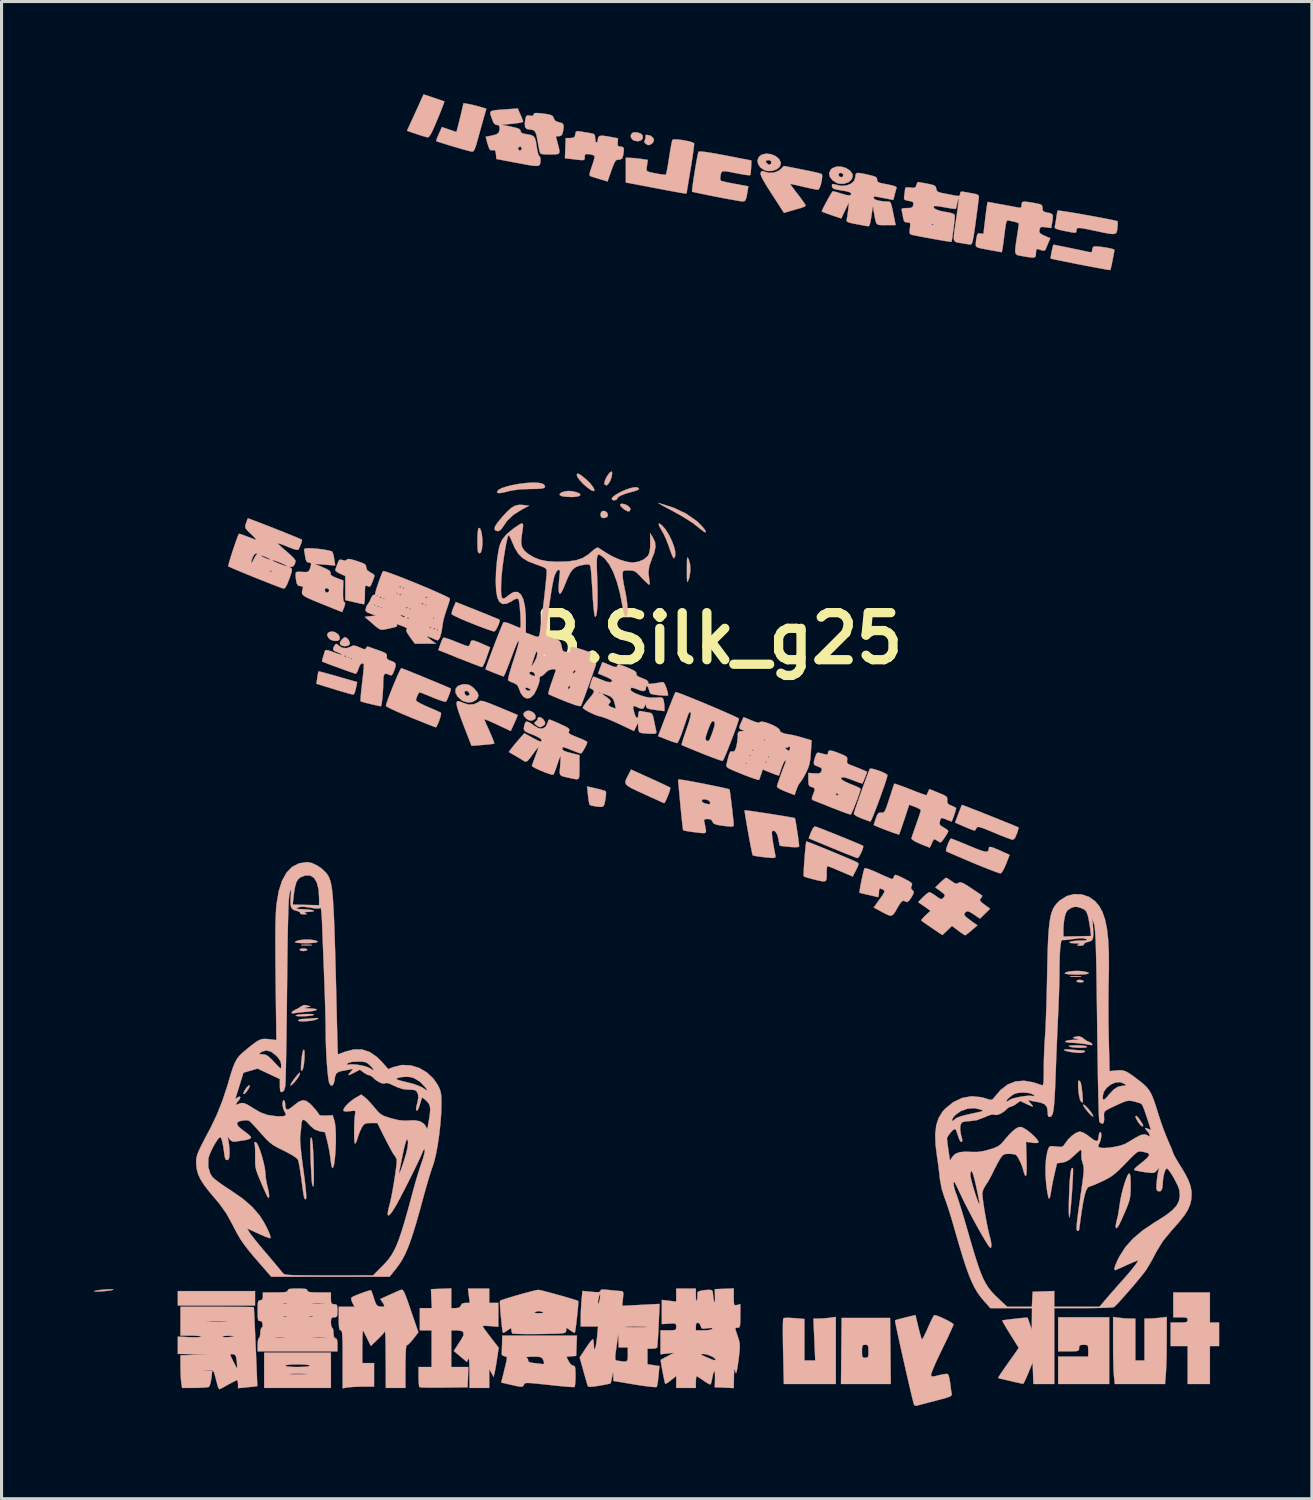
<source format=kicad_pcb>
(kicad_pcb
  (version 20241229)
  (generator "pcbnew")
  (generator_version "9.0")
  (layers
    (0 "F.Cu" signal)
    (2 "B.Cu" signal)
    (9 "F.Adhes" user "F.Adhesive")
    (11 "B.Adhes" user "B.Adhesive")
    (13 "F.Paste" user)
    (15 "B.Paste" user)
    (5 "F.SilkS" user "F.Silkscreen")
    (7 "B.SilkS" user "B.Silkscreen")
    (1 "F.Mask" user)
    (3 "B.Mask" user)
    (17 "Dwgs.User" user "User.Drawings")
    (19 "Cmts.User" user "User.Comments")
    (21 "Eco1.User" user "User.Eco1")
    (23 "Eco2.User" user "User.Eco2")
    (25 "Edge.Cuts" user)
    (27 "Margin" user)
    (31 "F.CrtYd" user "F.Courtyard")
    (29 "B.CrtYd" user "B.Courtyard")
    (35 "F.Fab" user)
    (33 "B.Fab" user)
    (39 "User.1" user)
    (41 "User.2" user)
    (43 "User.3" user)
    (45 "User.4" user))
  (footprint "B.Silk_g25"
    (layer "F.Cu")
    (at 20.19 17.612)
    (property "Reference" "B.Silk_g25" (at 0 0 0) (layer "F.SilkS") (effects (font (size 1.524 1.524) (thickness 0.3))))
    (attr through_hole)
    (fp_poly (pts (xy -14.986 21.59) (xy -17.484 21.59) (xy -17.484 21.124) (xy -14.986 21.124) (xy -14.986 21.59)) (stroke (width 0.01) (type solid)) (fill yes) (layer "B.SilkS"))
    (fp_poly (pts (xy -3.654 -4.12) (xy -3.586 -4.063) (xy -3.565 -3.982) (xy -3.57 -3.961) (xy -3.628 -3.908) (xy -3.717 -3.895) (xy -3.782 -3.923) (xy -3.81 -4.001) (xy -3.785 -4.087) (xy -3.739 -4.125) (xy -3.654 -4.12)) (stroke (width 0.01) (type solid)) (fill yes) (layer "B.SilkS"))
    (fp_poly (pts (xy 11.792 11.065) (xy 11.832 11.091) (xy 11.816 11.121) (xy 11.733 11.134) (xy 11.729 11.134) (xy 11.639 11.122) (xy 11.599 11.093) (xy 11.599 11.091) (xy 11.635 11.059) (xy 11.703 11.049) (xy 11.792 11.065)) (stroke (width 0.01) (type solid)) (fill yes) (layer "B.SilkS"))
    (fp_poly (pts (xy -13.183 9.917) (xy -13.177 9.917) (xy -13.137 9.925) (xy -13.173 9.931) (xy -13.278 9.934) (xy -13.314 9.934) (xy -13.437 9.933) (xy -13.499 9.927) (xy -13.487 9.92) (xy -13.474 9.918) (xy -13.334 9.911) (xy -13.183 9.917)) (stroke (width 0.01) (type solid)) (fill yes) (layer "B.SilkS"))
    (fp_poly (pts (xy 11.709 10.933) (xy 11.715 10.933) (xy 11.755 10.941) (xy 11.719 10.947) (xy 11.614 10.95) (xy 11.578 10.95) (xy 11.455 10.949) (xy 11.393 10.943) (xy 11.405 10.936) (xy 11.418 10.934) (xy 11.558 10.927) (xy 11.709 10.933)) (stroke (width 0.01) (type solid)) (fill yes) (layer "B.SilkS"))
    (fp_poly (pts (xy -15.157 14.478) (xy -15.182 14.55) (xy -15.244 14.648) (xy -15.26 14.668) (xy -15.33 14.74) (xy -15.363 14.744) (xy -15.365 14.732) (xy -15.341 14.66) (xy -15.279 14.562) (xy -15.262 14.541) (xy -15.193 14.47) (xy -15.159 14.466) (xy -15.157 14.478)) (stroke (width 0.01) (type solid)) (fill yes) (layer "B.SilkS"))
    (fp_poly (pts (xy -13.33 10.045) (xy -13.293 10.075) (xy -13.293 10.075) (xy -13.329 10.105) (xy -13.418 10.118) (xy -13.42 10.118) (xy -13.509 10.105) (xy -13.547 10.076) (xy -13.547 10.075) (xy -13.51 10.046) (xy -13.421 10.033) (xy -13.42 10.033) (xy -13.33 10.045)) (stroke (width 0.01) (type solid)) (fill yes) (layer "B.SilkS"))
    (fp_poly (pts (xy -12.379 -0.194) (xy -12.291 -0.129) (xy -12.243 -0.044) (xy -12.255 0.042) (xy -12.322 0.079) (xy -12.426 0.08) (xy -12.532 0.048) (xy -12.588 0.007) (xy -12.651 -0.092) (xy -12.635 -0.167) (xy -12.587 -0.205) (xy -12.485 -0.225) (xy -12.379 -0.194)) (stroke (width 0.01) (type solid)) (fill yes) (layer "B.SilkS"))
    (fp_poly (pts (xy -12.005 -0.007) (xy -11.943 0.073) (xy -11.916 0.159) (xy -11.92 0.184) (xy -11.979 0.236) (xy -12.078 0.253) (xy -12.177 0.235) (xy -12.225 0.201) (xy -12.24 0.135) (xy -12.192 0.053) (xy -12.124 -0.016) (xy -12.075 -0.042) (xy -12.005 -0.007)) (stroke (width 0.01) (type solid)) (fill yes) (layer "B.SilkS"))
    (fp_poly (pts (xy -6.053 2.355) (xy -5.965 2.411) (xy -5.91 2.489) (xy -5.909 2.574) (xy -5.929 2.606) (xy -6.022 2.662) (xy -6.135 2.645) (xy -6.223 2.582) (xy -6.294 2.494) (xy -6.296 2.428) (xy -6.245 2.371) (xy -6.153 2.336) (xy -6.053 2.355)) (stroke (width 0.01) (type solid)) (fill yes) (layer "B.SilkS"))
    (fp_poly (pts (xy -3.001 -4.337) (xy -2.9 -4.28) (xy -2.841 -4.209) (xy -2.836 -4.184) (xy -2.862 -4.119) (xy -2.935 -4.117) (xy -3.046 -4.18) (xy -3.063 -4.194) (xy -3.151 -4.278) (xy -3.171 -4.336) (xy -3.121 -4.36) (xy -3.113 -4.36) (xy -3.001 -4.337)) (stroke (width 0.01) (type solid)) (fill yes) (layer "B.SilkS"))
    (fp_poly (pts (xy -2.61 -16.376) (xy -2.498 -16.336) (xy -2.438 -16.272) (xy -2.437 -16.181) (xy -2.496 -16.118) (xy -2.592 -16.09) (xy -2.704 -16.107) (xy -2.769 -16.142) (xy -2.824 -16.221) (xy -2.82 -16.307) (xy -2.762 -16.368) (xy -2.737 -16.376) (xy -2.61 -16.376)) (stroke (width 0.01) (type solid)) (fill yes) (layer "B.SilkS"))
    (fp_poly (pts (xy 11.85 15.097) (xy 11.9 15.138) (xy 11.988 15.229) (xy 12.067 15.33) (xy 12.124 15.419) (xy 12.141 15.473) (xy 12.138 15.477) (xy 12.102 15.46) (xy 12.03 15.392) (xy 11.964 15.319) (xy 11.875 15.206) (xy 11.824 15.125) (xy 11.814 15.086) (xy 11.85 15.097)) (stroke (width 0.01) (type solid)) (fill yes) (layer "B.SilkS"))
    (fp_poly (pts (xy 13.574 15.484) (xy 13.635 15.561) (xy 13.699 15.654) (xy 13.746 15.734) (xy 13.758 15.769) (xy 13.737 15.796) (xy 13.685 15.764) (xy 13.618 15.686) (xy 13.592 15.648) (xy 13.526 15.532) (xy 13.507 15.471) (xy 13.531 15.452) (xy 13.536 15.452) (xy 13.574 15.484)) (stroke (width 0.01) (type solid)) (fill yes) (layer "B.SilkS"))
    (fp_poly (pts (xy -13.531 14.086) (xy -13.564 14.163) (xy -13.576 14.184) (xy -13.64 14.277) (xy -13.715 14.368) (xy -13.785 14.438) (xy -13.832 14.469) (xy -13.843 14.461) (xy -13.819 14.405) (xy -13.76 14.313) (xy -13.683 14.209) (xy -13.608 14.117) (xy -13.551 14.061) (xy -13.537 14.055) (xy -13.531 14.086)) (stroke (width 0.01) (type solid)) (fill yes) (layer "B.SilkS"))
    (fp_poly (pts (xy -13.148 12.159) (xy -13.084 12.171) (xy -13.098 12.19) (xy -13.102 12.192) (xy -13.188 12.211) (xy -13.326 12.224) (xy -13.462 12.228) (xy -13.607 12.225) (xy -13.671 12.213) (xy -13.656 12.194) (xy -13.652 12.192) (xy -13.567 12.173) (xy -13.429 12.16) (xy -13.293 12.156) (xy -13.148 12.159)) (stroke (width 0.01) (type solid)) (fill yes) (layer "B.SilkS"))
    (fp_poly (pts (xy -3.43 -5.363) (xy -3.429 -5.338) (xy -3.447 -5.221) (xy -3.492 -5.099) (xy -3.551 -5.001) (xy -3.609 -4.954) (xy -3.617 -4.953) (xy -3.675 -4.987) (xy -3.683 -5.019) (xy -3.658 -5.122) (xy -3.595 -5.247) (xy -3.518 -5.352) (xy -3.495 -5.374) (xy -3.445 -5.404) (xy -3.43 -5.363)) (stroke (width 0.01) (type solid)) (fill yes) (layer "B.SilkS"))
    (fp_poly (pts (xy 11.426 13.308) (xy 11.585 13.322) (xy 11.724 13.332) (xy 11.799 13.335) (xy 11.867 13.349) (xy 11.874 13.377) (xy 11.814 13.405) (xy 11.691 13.413) (xy 11.526 13.402) (xy 11.377 13.379) (xy 11.244 13.347) (xy 11.192 13.32) (xy 11.22 13.303) (xy 11.323 13.3) (xy 11.426 13.308)) (stroke (width 0.01) (type solid)) (fill yes) (layer "B.SilkS"))
    (fp_poly (pts (xy -19.589 21.068) (xy -19.57 21.078) (xy -19.579 21.082) (xy -19.654 21.099) (xy -19.768 21.115) (xy -19.899 21.127) (xy -20.027 21.135) (xy -20.129 21.137) (xy -20.185 21.131) (xy -20.183 21.121) (xy -20.117 21.105) (xy -19.991 21.087) (xy -19.833 21.073) (xy -19.812 21.071) (xy -19.674 21.065) (xy -19.589 21.068)) (stroke (width 0.01) (type solid)) (fill yes) (layer "B.SilkS"))
    (fp_poly (pts (xy -13.396 13.317) (xy -13.384 13.396) (xy -13.385 13.552) (xy -13.387 13.602) (xy -13.404 13.773) (xy -13.429 13.907) (xy -13.459 13.98) (xy -13.461 13.983) (xy -13.487 13.993) (xy -13.499 13.955) (xy -13.499 13.856) (xy -13.488 13.697) (xy -13.467 13.505) (xy -13.442 13.375) (xy -13.417 13.311) (xy -13.396 13.317)) (stroke (width 0.01) (type solid)) (fill yes) (layer "B.SilkS"))
    (fp_poly (pts (xy -13.203 9.749) (xy -13.141 9.756) (xy -13.01 9.783) (xy -12.958 9.809) (xy -12.982 9.833) (xy -13.076 9.852) (xy -13.235 9.862) (xy -13.337 9.864) (xy -13.51 9.86) (xy -13.634 9.849) (xy -13.694 9.833) (xy -13.697 9.825) (xy -13.634 9.788) (xy -13.513 9.76) (xy -13.36 9.746) (xy -13.203 9.749)) (stroke (width 0.01) (type solid)) (fill yes) (layer "B.SilkS"))
    (fp_poly (pts (xy -12.941 12.292) (xy -12.957 12.314) (xy -13.037 12.345) (xy -13.16 12.37) (xy -13.3 12.387) (xy -13.434 12.394) (xy -13.538 12.39) (xy -13.588 12.372) (xy -13.589 12.367) (xy -13.552 12.332) (xy -13.473 12.319) (xy -13.363 12.314) (xy -13.212 12.303) (xy -13.123 12.295) (xy -12.994 12.285) (xy -12.941 12.292)) (stroke (width 0.01) (type solid)) (fill yes) (layer "B.SilkS"))
    (fp_poly (pts (xy -2.189 -16.271) (xy -2.102 -16.203) (xy -2.074 -16.129) (xy -2.108 -16.045) (xy -2.156 -16.003) (xy -2.228 -15.968) (xy -2.276 -15.971) (xy -2.339 -16.006) (xy -2.389 -16.057) (xy -2.37 -16.131) (xy -2.369 -16.132) (xy -2.344 -16.215) (xy -2.35 -16.257) (xy -2.339 -16.292) (xy -2.307 -16.298) (xy -2.189 -16.271)) (stroke (width 0.01) (type solid)) (fill yes) (layer "B.SilkS"))
    (fp_poly (pts (xy 11.736 13.174) (xy 11.865 13.188) (xy 11.938 13.208) (xy 11.938 13.208) (xy 11.936 13.228) (xy 11.872 13.241) (xy 11.765 13.247) (xy 11.639 13.246) (xy 11.513 13.237) (xy 11.409 13.221) (xy 11.367 13.208) (xy 11.349 13.188) (xy 11.41 13.175) (xy 11.552 13.17) (xy 11.578 13.169) (xy 11.736 13.174)) (stroke (width 0.01) (type solid)) (fill yes) (layer "B.SilkS"))
    (fp_poly (pts (xy -5.749 2.551) (xy -5.668 2.607) (xy -5.658 2.617) (xy -5.595 2.716) (xy -5.611 2.791) (xy -5.67 2.835) (xy -5.739 2.869) (xy -5.786 2.869) (xy -5.852 2.829) (xy -5.88 2.809) (xy -5.945 2.756) (xy -5.942 2.722) (xy -5.911 2.701) (xy -5.852 2.639) (xy -5.842 2.601) (xy -5.815 2.548) (xy -5.749 2.551)) (stroke (width 0.01) (type solid)) (fill yes) (layer "B.SilkS"))
    (fp_poly (pts (xy -4.735 -4.767) (xy -4.734 -4.767) (xy -4.561 -4.727) (xy -4.469 -4.681) (xy -4.459 -4.635) (xy -4.527 -4.598) (xy -4.674 -4.578) (xy -4.763 -4.578) (xy -4.902 -4.584) (xy -5.014 -4.595) (xy -5.048 -4.601) (xy -5.121 -4.636) (xy -5.124 -4.679) (xy -5.073 -4.72) (xy -4.982 -4.754) (xy -4.864 -4.772) (xy -4.735 -4.767)) (stroke (width 0.01) (type solid)) (fill yes) (layer "B.SilkS"))
    (fp_poly (pts (xy -4.476 -5.307) (xy -4.381 -5.239) (xy -4.272 -5.148) (xy -4.171 -5.053) (xy -4.137 -5.016) (xy -4.038 -4.887) (xy -4 -4.802) (xy -4.021 -4.768) (xy -4.097 -4.79) (xy -4.218 -4.872) (xy -4.361 -4.997) (xy -4.474 -5.118) (xy -4.548 -5.221) (xy -4.575 -5.297) (xy -4.547 -5.333) (xy -4.533 -5.334) (xy -4.476 -5.307)) (stroke (width 0.01) (type solid)) (fill yes) (layer "B.SilkS"))
    (fp_poly (pts (xy -0.96 -2.581) (xy -0.951 -2.561) (xy -0.905 -2.388) (xy -0.898 -2.179) (xy -0.93 -1.974) (xy -0.953 -1.905) (xy -0.977 -1.846) (xy -0.994 -1.829) (xy -1.003 -1.864) (xy -1.008 -1.961) (xy -1.009 -2.128) (xy -1.009 -2.223) (xy -1.008 -2.423) (xy -1.005 -2.549) (xy -0.997 -2.61) (xy -0.983 -2.618) (xy -0.96 -2.581)) (stroke (width 0.01) (type solid)) (fill yes) (layer "B.SilkS"))
    (fp_poly (pts (xy 11.789 10.771) (xy 11.789 10.771) (xy 11.934 10.8) (xy 11.997 10.827) (xy 11.982 10.85) (xy 11.893 10.868) (xy 11.733 10.878) (xy 11.623 10.88) (xy 11.448 10.876) (xy 11.312 10.865) (xy 11.232 10.85) (xy 11.218 10.84) (xy 11.257 10.807) (xy 11.356 10.781) (xy 11.494 10.765) (xy 11.646 10.76) (xy 11.789 10.771)) (stroke (width 0.01) (type solid)) (fill yes) (layer "B.SilkS"))
    (fp_poly (pts (xy 11.71 14.324) (xy 11.737 14.379) (xy 11.76 14.488) (xy 11.782 14.662) (xy 11.79 14.743) (xy 11.804 14.906) (xy 11.803 14.995) (xy 11.787 15.021) (xy 11.751 14.994) (xy 11.735 14.975) (xy 11.707 14.908) (xy 11.683 14.792) (xy 11.664 14.651) (xy 11.653 14.51) (xy 11.653 14.391) (xy 11.664 14.319) (xy 11.676 14.309) (xy 11.71 14.324)) (stroke (width 0.01) (type solid)) (fill yes) (layer "B.SilkS"))
    (fp_poly (pts (xy -7.708 -3.563) (xy -7.672 -3.486) (xy -7.645 -3.361) (xy -7.629 -3.209) (xy -7.628 -3.048) (xy -7.644 -2.897) (xy -7.646 -2.884) (xy -7.679 -2.779) (xy -7.723 -2.754) (xy -7.761 -2.78) (xy -7.777 -2.836) (xy -7.786 -2.951) (xy -7.789 -3.101) (xy -7.787 -3.262) (xy -7.779 -3.411) (xy -7.767 -3.523) (xy -7.75 -3.575) (xy -7.749 -3.576) (xy -7.708 -3.563)) (stroke (width 0.01) (type solid)) (fill yes) (layer "B.SilkS"))
    (fp_poly (pts (xy -6.308 -4.319) (xy -6.117 -4.295) (xy -6.338 -4.18) (xy -6.616 -4.005) (xy -6.828 -3.808) (xy -6.946 -3.634) (xy -7.029 -3.519) (xy -7.119 -3.469) (xy -7.202 -3.491) (xy -7.211 -3.5) (xy -7.236 -3.549) (xy -7.22 -3.619) (xy -7.158 -3.72) (xy -7.042 -3.865) (xy -6.991 -3.925) (xy -6.823 -4.108) (xy -6.686 -4.23) (xy -6.562 -4.299) (xy -6.436 -4.325) (xy -6.308 -4.319)) (stroke (width 0.01) (type solid)) (fill yes) (layer "B.SilkS"))
    (fp_poly (pts (xy -3.951 4.855) (xy -3.803 4.891) (xy -3.689 4.924) (xy -3.634 4.946) (xy -3.634 4.947) (xy -3.626 5) (xy -3.633 5.11) (xy -3.649 5.218) (xy -3.674 5.349) (xy -3.705 5.423) (xy -3.763 5.452) (xy -3.868 5.448) (xy -4 5.43) (xy -4.099 5.409) (xy -4.155 5.384) (xy -4.172 5.33) (xy -4.193 5.216) (xy -4.21 5.073) (xy -4.239 4.791) (xy -3.951 4.855)) (stroke (width 0.01) (type solid)) (fill yes) (layer "B.SilkS"))
    (fp_poly (pts (xy -2.61 -4.886) (xy -2.559 -4.849) (xy -2.59 -4.809) (xy -2.705 -4.766) (xy -2.804 -4.74) (xy -2.988 -4.688) (xy -3.136 -4.63) (xy -3.232 -4.574) (xy -3.26 -4.533) (xy -3.294 -4.485) (xy -3.368 -4.469) (xy -3.428 -4.487) (xy -3.442 -4.53) (xy -3.391 -4.591) (xy -3.291 -4.662) (xy -3.16 -4.735) (xy -3.012 -4.803) (xy -2.863 -4.856) (xy -2.731 -4.889) (xy -2.63 -4.892) (xy -2.61 -4.886)) (stroke (width 0.01) (type solid)) (fill yes) (layer "B.SilkS"))
    (fp_poly (pts (xy 12.658 24.13) (xy 11.007 24.13) (xy 11.007 23.241) (xy 11.98 23.241) (xy 11.98 23.05) (xy 11.977 22.933) (xy 11.956 22.878) (xy 11.898 22.861) (xy 11.832 22.86) (xy 11.732 22.868) (xy 11.691 22.903) (xy 11.684 22.966) (xy 11.68 23.018) (xy 11.658 23.05) (xy 11.6 23.066) (xy 11.488 23.071) (xy 11.345 23.072) (xy 11.007 23.072) (xy 11.007 21.971) (xy 12.658 21.971) (xy 12.658 24.13)) (stroke (width 0.01) (type solid)) (fill yes) (layer "B.SilkS"))
    (fp_poly (pts (xy -12.89 1.073) (xy -12.781 1.1) (xy -12.619 1.144) (xy -12.418 1.2) (xy -12.301 1.234) (xy -11.681 1.414) (xy -11.707 1.543) (xy -11.74 1.695) (xy -11.77 1.78) (xy -11.801 1.814) (xy -11.824 1.817) (xy -11.881 1.803) (xy -12.003 1.77) (xy -12.173 1.72) (xy -12.375 1.66) (xy -12.437 1.64) (xy -12.999 1.468) (xy -12.971 1.274) (xy -12.952 1.156) (xy -12.937 1.08) (xy -12.932 1.067) (xy -12.89 1.073)) (stroke (width 0.01) (type solid)) (fill yes) (layer "B.SilkS"))
    (fp_poly (pts (xy -1.834 -3.674) (xy -1.815 -3.658) (xy -1.702 -3.53) (xy -1.594 -3.359) (xy -1.5 -3.168) (xy -1.427 -2.976) (xy -1.386 -2.806) (xy -1.386 -2.678) (xy -1.391 -2.661) (xy -1.42 -2.594) (xy -1.445 -2.603) (xy -1.47 -2.647) (xy -1.505 -2.729) (xy -1.554 -2.862) (xy -1.604 -3.01) (xy -1.674 -3.192) (xy -1.759 -3.376) (xy -1.824 -3.491) (xy -1.899 -3.623) (xy -1.925 -3.701) (xy -1.904 -3.719) (xy -1.834 -3.674)) (stroke (width 0.01) (type solid)) (fill yes) (layer "B.SilkS"))
    (fp_poly (pts (xy 15.917 22.14) (xy 16.214 22.14) (xy 16.214 22.902) (xy 15.917 22.902) (xy 15.917 24.13) (xy 15.198 24.13) (xy 15.198 22.902) (xy 14.647 22.902) (xy 14.647 22.14) (xy 14.922 22.14) (xy 15.071 22.138) (xy 15.154 22.126) (xy 15.19 22.099) (xy 15.198 22.056) (xy 15.188 22.007) (xy 15.144 21.981) (xy 15.047 21.972) (xy 14.965 21.971) (xy 14.732 21.971) (xy 14.732 21.167) (xy 15.917 21.167) (xy 15.917 22.14)) (stroke (width 0.01) (type solid)) (fill yes) (layer "B.SilkS"))
    (fp_poly (pts (xy -13.163 16.158) (xy -13.14 16.223) (xy -13.121 16.372) (xy -13.105 16.602) (xy -13.093 16.913) (xy -13.091 16.972) (xy -13.084 17.284) (xy -13.083 17.517) (xy -13.089 17.669) (xy -13.101 17.739) (xy -13.119 17.727) (xy -13.141 17.642) (xy -13.149 17.57) (xy -13.159 17.428) (xy -13.169 17.235) (xy -13.18 17.006) (xy -13.187 16.828) (xy -13.195 16.556) (xy -13.198 16.361) (xy -13.195 16.235) (xy -13.185 16.168) (xy -13.169 16.153) (xy -13.163 16.158)) (stroke (width 0.01) (type solid)) (fill yes) (layer "B.SilkS"))
    (fp_poly (pts (xy -5.83 -5.038) (xy -5.698 -5.014) (xy -5.632 -4.976) (xy -5.599 -4.917) (xy -5.619 -4.876) (xy -5.7 -4.851) (xy -5.85 -4.839) (xy -6.065 -4.837) (xy -6.413 -4.825) (xy -6.696 -4.785) (xy -6.758 -4.77) (xy -6.95 -4.722) (xy -7.074 -4.702) (xy -7.138 -4.711) (xy -7.154 -4.74) (xy -7.115 -4.802) (xy -7.007 -4.861) (xy -6.846 -4.916) (xy -6.65 -4.964) (xy -6.434 -5.003) (xy -6.215 -5.03) (xy -6.008 -5.043) (xy -5.83 -5.038)) (stroke (width 0.01) (type solid)) (fill yes) (layer "B.SilkS"))
    (fp_poly (pts (xy -1.444 -4.232) (xy -1.037 -4.04) (xy -0.704 -3.809) (xy -0.621 -3.733) (xy -0.506 -3.614) (xy -0.428 -3.515) (xy -0.395 -3.45) (xy -0.411 -3.43) (xy -0.457 -3.456) (xy -0.55 -3.524) (xy -0.67 -3.62) (xy -0.699 -3.643) (xy -0.835 -3.745) (xy -1.024 -3.868) (xy -1.241 -3.998) (xy -1.462 -4.12) (xy -1.482 -4.131) (xy -1.663 -4.226) (xy -1.806 -4.305) (xy -1.899 -4.359) (xy -1.933 -4.384) (xy -1.926 -4.384) (xy -1.444 -4.232)) (stroke (width 0.01) (type solid)) (fill yes) (layer "B.SilkS"))
    (fp_poly (pts (xy 11.484 17.148) (xy 11.489 17.199) (xy 11.487 17.318) (xy 11.48 17.488) (xy 11.469 17.693) (xy 11.454 17.916) (xy 11.437 18.142) (xy 11.42 18.353) (xy 11.403 18.533) (xy 11.387 18.665) (xy 11.374 18.734) (xy 11.371 18.74) (xy 11.36 18.712) (xy 11.353 18.609) (xy 11.351 18.442) (xy 11.354 18.219) (xy 11.361 17.994) (xy 11.375 17.66) (xy 11.394 17.409) (xy 11.416 17.24) (xy 11.443 17.15) (xy 11.474 17.137) (xy 11.484 17.148)) (stroke (width 0.01) (type solid)) (fill yes) (layer "B.SilkS"))
    (fp_poly (pts (xy 3.81 24.13) (xy 2.129 24.13) (xy 2.105 23.082) (xy 2.1 22.792) (xy 2.097 22.531) (xy 2.097 22.309) (xy 2.1 22.139) (xy 2.106 22.033) (xy 2.112 22.003) (xy 2.166 21.991) (xy 2.281 21.988) (xy 2.435 21.996) (xy 2.468 21.998) (xy 2.794 22.026) (xy 2.794 23.368) (xy 3.145 23.368) (xy 3.115 22.691) (xy 3.086 22.013) (xy 3.251 22.013) (xy 3.403 22.007) (xy 3.573 21.992) (xy 3.614 21.986) (xy 3.81 21.959) (xy 3.81 24.13)) (stroke (width 0.01) (type solid)) (fill yes) (layer "B.SilkS"))
    (fp_poly (pts (xy -13.305 11.876) (xy -13.187 11.909) (xy -13.314 11.94) (xy -13.375 11.957) (xy -13.368 11.968) (xy -13.287 11.973) (xy -13.221 11.975) (xy -13.067 11.985) (xy -12.994 12.004) (xy -12.998 12.027) (xy -13.076 12.051) (xy -13.226 12.074) (xy -13.318 12.083) (xy -13.49 12.099) (xy -13.634 12.116) (xy -13.725 12.131) (xy -13.74 12.135) (xy -13.793 12.132) (xy -13.801 12.111) (xy -13.765 12.063) (xy -13.684 12.019) (xy -13.571 11.962) (xy -13.496 11.909) (xy -13.4 11.865) (xy -13.305 11.876)) (stroke (width 0.01) (type solid)) (fill yes) (layer "B.SilkS"))
    (fp_poly (pts (xy -9.2 -17.497) (xy -9.047 -17.445) (xy -8.928 -17.405) (xy -8.864 -17.381) (xy -8.858 -17.378) (xy -8.869 -17.338) (xy -8.908 -17.234) (xy -8.968 -17.08) (xy -9.045 -16.888) (xy -9.085 -16.792) (xy -9.189 -16.546) (xy -9.27 -16.373) (xy -9.332 -16.267) (xy -9.377 -16.221) (xy -9.392 -16.217) (xy -9.464 -16.232) (xy -9.59 -16.268) (xy -9.745 -16.318) (xy -9.765 -16.325) (xy -10.068 -16.43) (xy -9.928 -16.735) (xy -9.837 -16.933) (xy -9.738 -17.151) (xy -9.66 -17.323) (xy -9.532 -17.607) (xy -9.2 -17.497)) (stroke (width 0.01) (type solid)) (fill yes) (layer "B.SilkS"))
    (fp_poly (pts (xy 5.578 23.061) (xy 5.589 24.13) (xy 3.978 24.13) (xy 3.989 23.072) (xy 4.657 23.072) (xy 4.66 23.197) (xy 4.678 23.26) (xy 4.72 23.281) (xy 4.763 23.283) (xy 4.825 23.276) (xy 4.857 23.241) (xy 4.867 23.157) (xy 4.868 23.072) (xy 4.865 22.946) (xy 4.847 22.883) (xy 4.805 22.862) (xy 4.763 22.86) (xy 4.7 22.867) (xy 4.668 22.902) (xy 4.658 22.987) (xy 4.657 23.072) (xy 3.989 23.072) (xy 3.989 23.061) (xy 4 21.992) (xy 5.567 21.992) (xy 5.578 23.061)) (stroke (width 0.01) (type solid)) (fill yes) (layer "B.SilkS"))
    (fp_poly (pts (xy -7.789 -0.9) (xy -7.563 -0.809) (xy -7.365 -0.729) (xy -7.209 -0.665) (xy -7.107 -0.622) (xy -7.072 -0.606) (xy -7.069 -0.556) (xy -7.098 -0.463) (xy -7.145 -0.358) (xy -7.197 -0.269) (xy -7.24 -0.226) (xy -7.243 -0.226) (xy -7.301 -0.238) (xy -7.422 -0.278) (xy -7.593 -0.34) (xy -7.799 -0.418) (xy -7.955 -0.48) (xy -8.174 -0.569) (xy -8.363 -0.651) (xy -8.51 -0.72) (xy -8.6 -0.768) (xy -8.623 -0.787) (xy -8.617 -0.851) (xy -8.583 -0.958) (xy -8.563 -1.006) (xy -8.488 -1.178) (xy -7.789 -0.9)) (stroke (width 0.01) (type solid)) (fill yes) (layer "B.SilkS"))
    (fp_poly (pts (xy -2.194 4.525) (xy -1.982 4.621) (xy -1.798 4.707) (xy -1.656 4.775) (xy -1.568 4.819) (xy -1.547 4.831) (xy -1.551 4.877) (xy -1.58 4.972) (xy -1.624 5.091) (xy -1.673 5.208) (xy -1.716 5.297) (xy -1.744 5.332) (xy -1.744 5.332) (xy -1.785 5.315) (xy -1.889 5.268) (xy -2.045 5.197) (xy -2.239 5.109) (xy -2.392 5.039) (xy -2.635 4.928) (xy -2.809 4.843) (xy -2.923 4.775) (xy -2.985 4.715) (xy -3.002 4.652) (xy -2.984 4.577) (xy -2.937 4.48) (xy -2.906 4.42) (xy -2.815 4.245) (xy -2.194 4.525)) (stroke (width 0.01) (type solid)) (fill yes) (layer "B.SilkS"))
    (fp_poly (pts (xy 3.994 -15.268) (xy 4.145 -15.221) (xy 4.27 -15.14) (xy 4.347 -15.034) (xy 4.36 -14.964) (xy 4.322 -14.854) (xy 4.224 -14.768) (xy 4.089 -14.718) (xy 3.939 -14.714) (xy 3.853 -14.736) (xy 3.705 -14.825) (xy 3.618 -14.937) (xy 3.604 -15.011) (xy 3.895 -15.011) (xy 3.927 -14.945) (xy 3.995 -14.926) (xy 4.037 -14.945) (xy 4.053 -15.006) (xy 4.045 -15.025) (xy 3.987 -15.066) (xy 3.924 -15.06) (xy 3.895 -15.011) (xy 3.604 -15.011) (xy 3.595 -15.056) (xy 3.642 -15.168) (xy 3.705 -15.223) (xy 3.84 -15.271) (xy 3.994 -15.268)) (stroke (width 0.01) (type solid)) (fill yes) (layer "B.SilkS"))
    (fp_poly (pts (xy 3.201 6.105) (xy 3.318 6.149) (xy 3.481 6.213) (xy 3.677 6.291) (xy 3.889 6.376) (xy 4.104 6.463) (xy 4.305 6.546) (xy 4.479 6.618) (xy 4.611 6.674) (xy 4.684 6.708) (xy 4.695 6.714) (xy 4.695 6.763) (xy 4.664 6.857) (xy 4.617 6.964) (xy 4.565 7.057) (xy 4.523 7.107) (xy 4.516 7.109) (xy 4.463 7.092) (xy 4.345 7.048) (xy 4.174 6.981) (xy 3.964 6.896) (xy 3.727 6.799) (xy 3.699 6.788) (xy 2.932 6.47) (xy 3.008 6.272) (xy 3.071 6.142) (xy 3.13 6.087) (xy 3.146 6.086) (xy 3.201 6.105)) (stroke (width 0.01) (type solid)) (fill yes) (layer "B.SilkS"))
    (fp_poly (pts (xy 11.797 12.92) (xy 11.829 12.95) (xy 11.928 13.025) (xy 12.005 13.057) (xy 12.07 13.088) (xy 12.11 13.13) (xy 12.107 13.159) (xy 12.076 13.16) (xy 12.018 13.151) (xy 11.908 13.133) (xy 11.832 13.121) (xy 11.654 13.1) (xy 11.468 13.086) (xy 11.417 13.085) (xy 11.29 13.074) (xy 11.239 13.053) (xy 11.258 13.027) (xy 11.341 13.005) (xy 11.482 12.992) (xy 11.507 12.991) (xy 11.632 12.987) (xy 11.679 12.98) (xy 11.654 12.969) (xy 11.599 12.958) (xy 11.51 12.938) (xy 11.497 12.918) (xy 11.529 12.9) (xy 11.678 12.872) (xy 11.797 12.92)) (stroke (width 0.01) (type solid)) (fill yes) (layer "B.SilkS"))
    (fp_poly (pts (xy 14.52 22.695) (xy 14.518 22.968) (xy 14.514 23.242) (xy 14.507 23.491) (xy 14.498 23.694) (xy 14.493 23.781) (xy 14.465 24.13) (xy 12.839 24.13) (xy 12.812 23.87) (xy 12.803 23.744) (xy 12.796 23.552) (xy 12.79 23.313) (xy 12.786 23.046) (xy 12.785 22.785) (xy 12.785 21.959) (xy 12.981 21.986) (xy 13.144 22.004) (xy 13.305 22.013) (xy 13.341 22.013) (xy 13.504 22.013) (xy 13.504 23.368) (xy 13.801 23.368) (xy 13.801 22.013) (xy 13.938 22.013) (xy 14.063 22.008) (xy 14.223 21.994) (xy 14.298 21.986) (xy 14.52 21.959) (xy 14.52 22.695)) (stroke (width 0.01) (type solid)) (fill yes) (layer "B.SilkS"))
    (fp_poly (pts (xy 1.715 -15.672) (xy 1.861 -15.611) (xy 1.973 -15.518) (xy 2.029 -15.403) (xy 2.032 -15.372) (xy 1.994 -15.264) (xy 1.896 -15.181) (xy 1.759 -15.132) (xy 1.607 -15.126) (xy 1.503 -15.153) (xy 1.372 -15.239) (xy 1.295 -15.353) (xy 1.282 -15.444) (xy 1.539 -15.444) (xy 1.566 -15.389) (xy 1.567 -15.388) (xy 1.642 -15.329) (xy 1.704 -15.353) (xy 1.717 -15.371) (xy 1.72 -15.434) (xy 1.668 -15.479) (xy 1.589 -15.479) (xy 1.586 -15.478) (xy 1.539 -15.444) (xy 1.282 -15.444) (xy 1.277 -15.475) (xy 1.322 -15.586) (xy 1.411 -15.656) (xy 1.557 -15.69) (xy 1.715 -15.672)) (stroke (width 0.01) (type solid)) (fill yes) (layer "B.SilkS"))
    (fp_poly (pts (xy 13.33 17.343) (xy 13.346 17.434) (xy 13.353 17.595) (xy 13.353 17.727) (xy 13.35 17.906) (xy 13.34 18.044) (xy 13.317 18.167) (xy 13.276 18.298) (xy 13.21 18.464) (xy 13.145 18.616) (xy 13.042 18.849) (xy 12.964 19.003) (xy 12.91 19.08) (xy 12.879 19.083) (xy 12.869 19.018) (xy 12.881 18.928) (xy 12.91 18.808) (xy 12.913 18.796) (xy 12.941 18.679) (xy 12.97 18.513) (xy 12.996 18.334) (xy 12.996 18.33) (xy 13.026 18.144) (xy 13.07 17.943) (xy 13.122 17.745) (xy 13.178 17.566) (xy 13.232 17.424) (xy 13.278 17.335) (xy 13.305 17.314) (xy 13.33 17.343)) (stroke (width 0.01) (type solid)) (fill yes) (layer "B.SilkS"))
    (fp_poly (pts (xy -8.07 1.499) (xy -7.962 1.561) (xy -7.891 1.626) (xy -7.786 1.749) (xy -7.753 1.847) (xy -7.788 1.939) (xy -7.832 1.99) (xy -7.954 2.058) (xy -8.108 2.07) (xy -8.261 2.025) (xy -8.298 2.002) (xy -8.436 1.876) (xy -8.493 1.763) (xy -8.207 1.763) (xy -8.198 1.797) (xy -8.149 1.852) (xy -8.085 1.858) (xy -8.045 1.816) (xy -8.043 1.798) (xy -8.074 1.735) (xy -8.138 1.697) (xy -8.198 1.707) (xy -8.199 1.707) (xy -8.207 1.763) (xy -8.493 1.763) (xy -8.5 1.749) (xy -8.495 1.632) (xy -8.423 1.541) (xy -8.286 1.489) (xy -8.195 1.482) (xy -8.07 1.499)) (stroke (width 0.01) (type solid)) (fill yes) (layer "B.SilkS"))
    (fp_poly (pts (xy -14.928 16.337) (xy -14.874 16.441) (xy -14.816 16.591) (xy -14.759 16.771) (xy -14.709 16.961) (xy -14.67 17.144) (xy -14.65 17.302) (xy -14.647 17.357) (xy -14.637 17.473) (xy -14.609 17.63) (xy -14.582 17.746) (xy -14.545 17.909) (xy -14.53 18.03) (xy -14.535 18.097) (xy -14.559 18.101) (xy -14.591 18.055) (xy -14.627 17.982) (xy -14.686 17.851) (xy -14.759 17.684) (xy -14.814 17.555) (xy -14.893 17.363) (xy -14.944 17.22) (xy -14.972 17.099) (xy -14.982 16.972) (xy -14.982 16.81) (xy -14.981 16.769) (xy -14.98 16.596) (xy -14.986 16.454) (xy -14.997 16.364) (xy -15.002 16.349) (xy -15 16.305) (xy -14.971 16.298) (xy -14.928 16.337)) (stroke (width 0.01) (type solid)) (fill yes) (layer "B.SilkS"))
    (fp_poly (pts (xy -8.836 -0.016) (xy -8.726 0.017) (xy -8.576 0.071) (xy -8.493 0.105) (xy -8.33 0.171) (xy -8.195 0.222) (xy -8.108 0.25) (xy -8.089 0.254) (xy -8.047 0.218) (xy -8.018 0.147) (xy -7.999 0.091) (xy -7.966 0.064) (xy -7.904 0.068) (xy -7.799 0.104) (xy -7.634 0.174) (xy -7.594 0.192) (xy -7.377 0.287) (xy -7.488 0.609) (xy -7.544 0.758) (xy -7.596 0.87) (xy -7.634 0.925) (xy -7.641 0.928) (xy -7.693 0.911) (xy -7.809 0.869) (xy -7.977 0.805) (xy -8.182 0.724) (xy -8.368 0.651) (xy -9.053 0.377) (xy -8.989 0.189) (xy -8.943 0.072) (xy -8.903 -0.006) (xy -8.889 -0.022) (xy -8.836 -0.016)) (stroke (width 0.01) (type solid)) (fill yes) (layer "B.SilkS"))
    (fp_poly (pts (xy 5.069 4.237) (xy 5.197 4.278) (xy 5.326 4.329) (xy 5.428 4.379) (xy 5.48 4.419) (xy 5.482 4.426) (xy 5.468 4.491) (xy 5.431 4.615) (xy 5.375 4.783) (xy 5.306 4.979) (xy 5.23 5.19) (xy 5.152 5.399) (xy 5.078 5.592) (xy 5.014 5.754) (xy 4.964 5.869) (xy 4.935 5.922) (xy 4.932 5.924) (xy 4.873 5.909) (xy 4.761 5.87) (xy 4.636 5.823) (xy 4.488 5.756) (xy 4.406 5.698) (xy 4.394 5.667) (xy 4.416 5.592) (xy 4.459 5.46) (xy 4.519 5.285) (xy 4.59 5.084) (xy 4.665 4.873) (xy 4.739 4.667) (xy 4.807 4.483) (xy 4.863 4.336) (xy 4.901 4.243) (xy 4.913 4.218) (xy 4.966 4.213) (xy 5.069 4.237)) (stroke (width 0.01) (type solid)) (fill yes) (layer "B.SilkS"))
    (fp_poly (pts (xy -8.088 -17.298) (xy -7.956 -17.271) (xy -7.794 -17.23) (xy -7.718 -17.209) (xy -7.499 -17.144) (xy -7.581 -16.859) (xy -7.63 -16.685) (xy -7.691 -16.468) (xy -7.752 -16.243) (xy -7.775 -16.161) (xy -7.832 -15.961) (xy -7.879 -15.833) (xy -7.92 -15.767) (xy -7.954 -15.752) (xy -8.018 -15.765) (xy -8.146 -15.798) (xy -8.32 -15.847) (xy -8.524 -15.907) (xy -8.568 -15.92) (xy -8.769 -15.981) (xy -8.938 -16.033) (xy -9.06 -16.073) (xy -9.12 -16.094) (xy -9.124 -16.096) (xy -9.114 -16.138) (xy -9.077 -16.233) (xy -9.036 -16.329) (xy -8.938 -16.55) (xy -8.469 -16.388) (xy -8.43 -16.529) (xy -8.402 -16.639) (xy -8.362 -16.8) (xy -8.319 -16.977) (xy -8.315 -16.996) (xy -8.238 -17.322) (xy -8.088 -17.298)) (stroke (width 0.01) (type solid)) (fill yes) (layer "B.SilkS"))
    (fp_poly (pts (xy -12.531 24.257) (xy -14.69 24.257) (xy -14.69 23.808) (xy -13.889 23.808) (xy -13.869 23.813) (xy -13.778 23.816) (xy -13.624 23.818) (xy -13.61 23.818) (xy -13.448 23.817) (xy -13.348 23.814) (xy -13.316 23.809) (xy -13.361 23.803) (xy -13.365 23.803) (xy -13.542 23.796) (xy -13.742 23.798) (xy -13.831 23.802) (xy -13.889 23.808) (xy -14.69 23.808) (xy -14.69 23.537) (xy -14.012 23.537) (xy -13.972 23.557) (xy -13.861 23.572) (xy -13.69 23.579) (xy -13.61 23.58) (xy -13.42 23.575) (xy -13.284 23.564) (xy -13.214 23.546) (xy -13.208 23.537) (xy -13.248 23.517) (xy -13.36 23.503) (xy -13.53 23.496) (xy -13.61 23.495) (xy -13.8 23.499) (xy -13.936 23.511) (xy -14.006 23.529) (xy -14.012 23.537) (xy -14.69 23.537) (xy -14.69 23.114) (xy -12.531 23.114) (xy -12.531 24.257)) (stroke (width 0.01) (type solid)) (fill yes) (layer "B.SilkS"))
    (fp_poly (pts (xy 7.587 6.493) (xy 7.699 6.536) (xy 7.859 6.6) (xy 8.053 6.68) (xy 8.131 6.713) (xy 8.366 6.809) (xy 8.534 6.872) (xy 8.647 6.901) (xy 8.715 6.898) (xy 8.75 6.865) (xy 8.762 6.802) (xy 8.762 6.781) (xy 8.776 6.751) (xy 8.822 6.748) (xy 8.913 6.775) (xy 9.06 6.836) (xy 9.191 6.895) (xy 9.435 7.006) (xy 9.32 7.302) (xy 9.255 7.451) (xy 9.193 7.558) (xy 9.146 7.605) (xy 9.143 7.605) (xy 9.087 7.591) (xy 8.965 7.549) (xy 8.791 7.483) (xy 8.575 7.397) (xy 8.331 7.298) (xy 8.241 7.26) (xy 7.993 7.155) (xy 7.771 7.061) (xy 7.589 6.981) (xy 7.457 6.923) (xy 7.387 6.89) (xy 7.379 6.885) (xy 7.379 6.836) (xy 7.406 6.74) (xy 7.448 6.63) (xy 7.493 6.533) (xy 7.531 6.48) (xy 7.538 6.477) (xy 7.587 6.493)) (stroke (width 0.01) (type solid)) (fill yes) (layer "B.SilkS"))
    (fp_poly (pts (xy 7.931 5.4) (xy 8.035 5.439) (xy 8.191 5.5) (xy 8.385 5.576) (xy 8.605 5.663) (xy 8.836 5.755) (xy 9.066 5.847) (xy 9.281 5.934) (xy 9.468 6.009) (xy 9.613 6.069) (xy 9.703 6.107) (xy 9.726 6.118) (xy 9.72 6.157) (xy 9.692 6.252) (xy 9.669 6.322) (xy 9.608 6.459) (xy 9.546 6.514) (xy 9.532 6.515) (xy 9.468 6.497) (xy 9.344 6.452) (xy 9.175 6.387) (xy 8.979 6.306) (xy 8.932 6.286) (xy 8.718 6.197) (xy 8.568 6.138) (xy 8.47 6.107) (xy 8.41 6.101) (xy 8.378 6.115) (xy 8.365 6.132) (xy 8.326 6.199) (xy 8.313 6.219) (xy 8.271 6.211) (xy 8.17 6.175) (xy 8.031 6.118) (xy 7.984 6.098) (xy 7.669 5.961) (xy 7.775 5.679) (xy 7.829 5.539) (xy 7.87 5.435) (xy 7.891 5.388) (xy 7.892 5.387) (xy 7.931 5.4)) (stroke (width 0.01) (type solid)) (fill yes) (layer "B.SilkS"))
    (fp_poly (pts (xy 2.898 6.582) (xy 3.002 6.621) (xy 3.155 6.682) (xy 3.345 6.759) (xy 3.557 6.845) (xy 3.777 6.936) (xy 3.991 7.025) (xy 4.185 7.107) (xy 4.346 7.176) (xy 4.458 7.227) (xy 4.498 7.246) (xy 4.537 7.274) (xy 4.544 7.316) (xy 4.515 7.394) (xy 4.465 7.495) (xy 4.359 7.705) (xy 4.222 7.647) (xy 4.11 7.6) (xy 3.956 7.534) (xy 3.822 7.478) (xy 3.686 7.421) (xy 3.583 7.381) (xy 3.536 7.366) (xy 3.524 7.404) (xy 3.516 7.504) (xy 3.514 7.62) (xy 3.513 7.745) (xy 3.5 7.823) (xy 3.461 7.86) (xy 3.38 7.862) (xy 3.244 7.835) (xy 3.082 7.795) (xy 2.937 7.757) (xy 2.826 7.722) (xy 2.773 7.699) (xy 2.773 7.699) (xy 2.769 7.651) (xy 2.772 7.539) (xy 2.78 7.382) (xy 2.792 7.198) (xy 2.807 7.008) (xy 2.822 6.831) (xy 2.838 6.686) (xy 2.851 6.593) (xy 2.858 6.57) (xy 2.898 6.582)) (stroke (width 0.01) (type solid)) (fill yes) (layer "B.SilkS"))
    (fp_poly (pts (xy 10.903 -12.734) (xy 11.014 -12.712) (xy 11.17 -12.681) (xy 11.352 -12.644) (xy 11.542 -12.604) (xy 11.721 -12.567) (xy 11.87 -12.535) (xy 11.97 -12.513) (xy 11.993 -12.508) (xy 12.076 -12.497) (xy 12.105 -12.532) (xy 12.107 -12.566) (xy 12.128 -12.65) (xy 12.154 -12.682) (xy 12.212 -12.688) (xy 12.323 -12.681) (xy 12.463 -12.664) (xy 12.607 -12.641) (xy 12.731 -12.615) (xy 12.81 -12.591) (xy 12.827 -12.578) (xy 12.819 -12.516) (xy 12.799 -12.404) (xy 12.772 -12.264) (xy 12.743 -12.122) (xy 12.717 -12.003) (xy 12.698 -11.932) (xy 12.694 -11.922) (xy 12.65 -11.926) (xy 12.535 -11.945) (xy 12.36 -11.977) (xy 12.138 -12.018) (xy 11.88 -12.067) (xy 11.727 -12.097) (xy 11.454 -12.151) (xy 11.212 -12.199) (xy 11.01 -12.24) (xy 10.861 -12.272) (xy 10.777 -12.291) (xy 10.763 -12.295) (xy 10.764 -12.338) (xy 10.78 -12.432) (xy 10.803 -12.549) (xy 10.828 -12.657) (xy 10.849 -12.729) (xy 10.856 -12.742) (xy 10.903 -12.734)) (stroke (width 0.01) (type solid)) (fill yes) (layer "B.SilkS"))
    (fp_poly (pts (xy 11.032 -13.846) (xy 11.144 -13.831) (xy 11.311 -13.806) (xy 11.518 -13.772) (xy 11.751 -13.732) (xy 11.996 -13.688) (xy 12.24 -13.644) (xy 12.466 -13.601) (xy 12.663 -13.563) (xy 12.814 -13.531) (xy 12.907 -13.509) (xy 12.929 -13.501) (xy 12.935 -13.452) (xy 12.93 -13.348) (xy 12.923 -13.282) (xy 12.912 -13.194) (xy 12.892 -13.134) (xy 12.852 -13.099) (xy 12.779 -13.088) (xy 12.662 -13.099) (xy 12.487 -13.131) (xy 12.243 -13.183) (xy 12.213 -13.189) (xy 11.976 -13.239) (xy 11.81 -13.271) (xy 11.701 -13.284) (xy 11.638 -13.281) (xy 11.608 -13.259) (xy 11.6 -13.221) (xy 11.599 -13.203) (xy 11.59 -13.147) (xy 11.547 -13.129) (xy 11.446 -13.142) (xy 11.441 -13.143) (xy 11.212 -13.187) (xy 11.055 -13.221) (xy 10.957 -13.25) (xy 10.908 -13.278) (xy 10.894 -13.309) (xy 10.897 -13.328) (xy 10.914 -13.41) (xy 10.936 -13.539) (xy 10.946 -13.61) (xy 10.965 -13.737) (xy 10.983 -13.825) (xy 10.989 -13.847) (xy 11.032 -13.846)) (stroke (width 0.01) (type solid)) (fill yes) (layer "B.SilkS"))
    (fp_poly (pts (xy -7.6 2.031) (xy -7.496 2.064) (xy -7.343 2.122) (xy -7.127 2.21) (xy -7.085 2.228) (xy -6.88 2.313) (xy -6.704 2.386) (xy -6.572 2.441) (xy -6.498 2.473) (xy -6.487 2.478) (xy -6.497 2.517) (xy -6.535 2.612) (xy -6.593 2.741) (xy -6.71 2.997) (xy -7.147 2.791) (xy -7.317 2.713) (xy -7.454 2.654) (xy -7.543 2.621) (xy -7.57 2.619) (xy -7.548 2.67) (xy -7.499 2.78) (xy -7.432 2.928) (xy -7.391 3.02) (xy -7.321 3.18) (xy -7.27 3.308) (xy -7.244 3.387) (xy -7.243 3.404) (xy -7.29 3.414) (xy -7.401 3.428) (xy -7.556 3.443) (xy -7.62 3.448) (xy -7.98 3.476) (xy -8.223 2.847) (xy -8.333 2.557) (xy -8.41 2.337) (xy -8.454 2.182) (xy -8.465 2.083) (xy -8.444 2.035) (xy -8.392 2.029) (xy -8.307 2.061) (xy -8.264 2.082) (xy -8.086 2.139) (xy -7.909 2.133) (xy -7.762 2.066) (xy -7.746 2.053) (xy -7.712 2.029) (xy -7.668 2.02) (xy -7.6 2.031)) (stroke (width 0.01) (type solid)) (fill yes) (layer "B.SilkS"))
    (fp_poly (pts (xy -11.906 -2.566) (xy -11.774 -2.532) (xy -11.686 -2.504) (xy -11.531 -2.451) (xy -11.441 -2.408) (xy -11.399 -2.365) (xy -11.388 -2.31) (xy -11.388 -2.304) (xy -11.362 -2.216) (xy -11.272 -2.146) (xy -11.243 -2.131) (xy -11.15 -2.079) (xy -11.121 -2.029) (xy -11.137 -1.962) (xy -11.184 -1.841) (xy -11.218 -1.755) (xy -11.258 -1.682) (xy -11.311 -1.677) (xy -11.345 -1.693) (xy -11.388 -1.711) (xy -11.413 -1.699) (xy -11.426 -1.641) (xy -11.43 -1.522) (xy -11.43 -1.42) (xy -11.434 -1.268) (xy -11.444 -1.157) (xy -11.459 -1.106) (xy -11.462 -1.105) (xy -11.516 -1.116) (xy -11.629 -1.14) (xy -11.776 -1.173) (xy -11.779 -1.174) (xy -12.065 -1.239) (xy -12.065 -2.019) (xy -12.236 -2.096) (xy -12.335 -2.152) (xy -12.388 -2.203) (xy -12.39 -2.219) (xy -12.366 -2.287) (xy -12.327 -2.395) (xy -12.318 -2.42) (xy -12.276 -2.518) (xy -12.234 -2.552) (xy -12.167 -2.539) (xy -12.157 -2.535) (xy -12.063 -2.517) (xy -12.018 -2.547) (xy -11.982 -2.57) (xy -11.906 -2.566)) (stroke (width 0.01) (type solid)) (fill yes) (layer "B.SilkS"))
    (fp_poly (pts (xy 2.726 -15.175) (xy 2.942 -15.131) (xy 3.128 -15.091) (xy 3.269 -15.056) (xy 3.348 -15.032) (xy 3.359 -15.027) (xy 3.37 -14.971) (xy 3.361 -14.861) (xy 3.342 -14.758) (xy 3.299 -14.608) (xy 3.254 -14.534) (xy 3.221 -14.522) (xy 3.153 -14.532) (xy 3.024 -14.557) (xy 2.855 -14.595) (xy 2.741 -14.621) (xy 2.568 -14.662) (xy 2.431 -14.692) (xy 2.346 -14.709) (xy 2.328 -14.71) (xy 2.352 -14.675) (xy 2.417 -14.588) (xy 2.512 -14.463) (xy 2.582 -14.372) (xy 2.691 -14.229) (xy 2.776 -14.109) (xy 2.827 -14.03) (xy 2.836 -14.008) (xy 2.8 -13.976) (xy 2.709 -13.94) (xy 2.678 -13.93) (xy 2.533 -13.89) (xy 2.369 -13.842) (xy 2.326 -13.83) (xy 2.133 -13.772) (xy 1.741 -14.378) (xy 1.585 -14.623) (xy 1.475 -14.808) (xy 1.407 -14.939) (xy 1.376 -15.026) (xy 1.376 -15.07) (xy 1.412 -15.129) (xy 1.476 -15.116) (xy 1.482 -15.113) (xy 1.639 -15.069) (xy 1.813 -15.079) (xy 1.967 -15.139) (xy 2.019 -15.181) (xy 2.129 -15.291) (xy 2.726 -15.175)) (stroke (width 0.01) (type solid)) (fill yes) (layer "B.SilkS"))
    (fp_poly (pts (xy -1.316 -16.148) (xy -1.174 -16.132) (xy -1.024 -16.106) (xy -0.892 -16.075) (xy -0.801 -16.042) (xy -0.776 -16.021) (xy -0.777 -15.966) (xy -0.791 -15.841) (xy -0.816 -15.662) (xy -0.849 -15.441) (xy -0.887 -15.209) (xy -0.928 -14.964) (xy -0.964 -14.749) (xy -0.992 -14.578) (xy -1.01 -14.463) (xy -1.016 -14.419) (xy -1.018 -14.408) (xy -1.03 -14.402) (xy -1.062 -14.401) (xy -1.123 -14.408) (xy -1.223 -14.424) (xy -1.372 -14.451) (xy -1.579 -14.489) (xy -1.854 -14.541) (xy -2.053 -14.579) (xy -2.985 -14.755) (xy -2.985 -15.557) (xy -2.836 -15.553) (xy -2.701 -15.544) (xy -2.538 -15.526) (xy -2.482 -15.518) (xy -2.275 -15.487) (xy -2.301 -15.301) (xy -2.314 -15.213) (xy -2.313 -15.156) (xy -2.286 -15.119) (xy -2.217 -15.092) (xy -2.092 -15.065) (xy -1.928 -15.033) (xy -1.802 -15.013) (xy -1.714 -15.006) (xy -1.691 -15.009) (xy -1.675 -15.054) (xy -1.651 -15.168) (xy -1.621 -15.332) (xy -1.589 -15.531) (xy -1.585 -15.558) (xy -1.553 -15.763) (xy -1.522 -15.939) (xy -1.497 -16.068) (xy -1.479 -16.132) (xy -1.478 -16.135) (xy -1.425 -16.15) (xy -1.316 -16.148)) (stroke (width 0.01) (type solid)) (fill yes) (layer "B.SilkS"))
    (fp_poly (pts (xy -5.776 -16.999) (xy -5.747 -16.996) (xy -5.559 -16.972) (xy -5.439 -16.949) (xy -5.37 -16.92) (xy -5.334 -16.879) (xy -5.318 -16.833) (xy -5.27 -16.752) (xy -5.166 -16.708) (xy -5.144 -16.703) (xy -5.051 -16.677) (xy -5.005 -16.628) (xy -4.998 -16.537) (xy -5.022 -16.388) (xy -5.056 -16.292) (xy -5.12 -16.258) (xy -5.149 -16.256) (xy -5.226 -16.252) (xy -5.249 -16.245) (xy -5.239 -16.202) (xy -5.212 -16.102) (xy -5.186 -16.002) (xy -5.143 -15.836) (xy -5.131 -15.735) (xy -5.164 -15.684) (xy -5.253 -15.666) (xy -5.412 -15.663) (xy -5.439 -15.663) (xy -5.602 -15.665) (xy -5.698 -15.675) (xy -5.749 -15.697) (xy -5.771 -15.738) (xy -5.777 -15.759) (xy -5.795 -15.85) (xy -5.821 -15.991) (xy -5.845 -16.129) (xy -5.88 -16.3) (xy -5.922 -16.402) (xy -5.982 -16.453) (xy -6.07 -16.468) (xy -6.075 -16.468) (xy -6.188 -16.486) (xy -6.246 -16.547) (xy -6.255 -16.665) (xy -6.246 -16.743) (xy -6.225 -16.862) (xy -6.198 -16.917) (xy -6.148 -16.927) (xy -6.093 -16.918) (xy -6.002 -16.911) (xy -5.97 -16.945) (xy -5.969 -16.957) (xy -5.954 -16.993) (xy -5.896 -17.006) (xy -5.776 -16.999)) (stroke (width 0.01) (type solid)) (fill yes) (layer "B.SilkS"))
    (fp_poly (pts (xy -0.447 -15.748) (xy -0.234 -15.717) (xy 0.056 -15.665) (xy 0.237 -15.631) (xy 1.079 -15.467) (xy 1.07 -15.242) (xy 1.06 -15.111) (xy 1.047 -15.019) (xy 1.037 -14.993) (xy 0.988 -14.991) (xy 0.877 -15.004) (xy 0.723 -15.03) (xy 0.645 -15.045) (xy 0.427 -15.088) (xy 0.278 -15.114) (xy 0.184 -15.121) (xy 0.13 -15.108) (xy 0.102 -15.072) (xy 0.086 -15.013) (xy 0.08 -14.986) (xy 0.069 -14.876) (xy 0.088 -14.815) (xy 0.09 -14.813) (xy 0.147 -14.795) (xy 0.268 -14.767) (xy 0.432 -14.733) (xy 0.555 -14.71) (xy 0.979 -14.632) (xy 0.952 -14.46) (xy 0.923 -14.296) (xy 0.895 -14.2) (xy 0.858 -14.154) (xy 0.803 -14.143) (xy 0.791 -14.143) (xy 0.721 -14.152) (xy 0.583 -14.175) (xy 0.392 -14.209) (xy 0.164 -14.251) (xy -0.064 -14.295) (xy -0.306 -14.343) (xy -0.519 -14.386) (xy -0.688 -14.422) (xy -0.8 -14.447) (xy -0.842 -14.459) (xy -0.842 -14.505) (xy -0.829 -14.616) (xy -0.807 -14.775) (xy -0.779 -14.965) (xy -0.747 -15.166) (xy -0.713 -15.363) (xy -0.682 -15.536) (xy -0.656 -15.669) (xy -0.637 -15.743) (xy -0.633 -15.751) (xy -0.581 -15.76) (xy -0.447 -15.748)) (stroke (width 0.01) (type solid)) (fill yes) (layer "B.SilkS"))
    (fp_poly (pts (xy 0.902 5.565) (xy 1.013 5.579) (xy 1.176 5.602) (xy 1.376 5.632) (xy 1.597 5.665) (xy 1.823 5.701) (xy 2.038 5.735) (xy 2.228 5.767) (xy 2.375 5.792) (xy 2.465 5.81) (xy 2.486 5.816) (xy 2.497 5.861) (xy 2.517 5.969) (xy 2.542 6.117) (xy 2.568 6.286) (xy 2.592 6.453) (xy 2.611 6.598) (xy 2.622 6.698) (xy 2.623 6.721) (xy 2.603 6.748) (xy 2.53 6.758) (xy 2.391 6.753) (xy 2.318 6.747) (xy 2.167 6.732) (xy 2.053 6.718) (xy 1.999 6.709) (xy 1.997 6.708) (xy 1.984 6.663) (xy 1.965 6.562) (xy 1.955 6.496) (xy 1.919 6.36) (xy 1.864 6.262) (xy 1.801 6.219) (xy 1.75 6.236) (xy 1.741 6.295) (xy 1.751 6.426) (xy 1.78 6.621) (xy 1.825 6.87) (xy 1.845 6.974) (xy 1.858 7.039) (xy 1.855 7.081) (xy 1.822 7.101) (xy 1.746 7.105) (xy 1.614 7.094) (xy 1.411 7.071) (xy 1.407 7.07) (xy 1.266 7.051) (xy 1.162 7.033) (xy 1.121 7.019) (xy 1.108 6.974) (xy 1.084 6.862) (xy 1.052 6.701) (xy 1.015 6.507) (xy 0.977 6.295) (xy 0.939 6.084) (xy 0.906 5.888) (xy 0.879 5.725) (xy 0.862 5.611) (xy 0.858 5.563) (xy 0.859 5.562) (xy 0.902 5.565)) (stroke (width 0.01) (type solid)) (fill yes) (layer "B.SilkS"))
    (fp_poly (pts (xy -10.199 0.981) (xy -10.084 1.026) (xy -9.922 1.091) (xy -9.726 1.17) (xy -9.513 1.258) (xy -9.295 1.348) (xy -9.088 1.434) (xy -8.905 1.511) (xy -8.762 1.572) (xy -8.673 1.611) (xy -8.65 1.623) (xy -8.654 1.669) (xy -8.682 1.762) (xy -8.724 1.875) (xy -8.768 1.979) (xy -8.805 2.044) (xy -8.806 2.046) (xy -8.856 2.045) (xy -8.964 2.014) (xy -9.116 1.96) (xy -9.249 1.905) (xy -9.419 1.835) (xy -9.556 1.78) (xy -9.646 1.749) (xy -9.672 1.743) (xy -9.717 1.819) (xy -9.759 1.92) (xy -9.779 1.997) (xy -9.779 1.999) (xy -9.742 2.04) (xy -9.641 2.101) (xy -9.492 2.174) (xy -9.387 2.22) (xy -9.219 2.291) (xy -9.081 2.352) (xy -8.991 2.395) (xy -8.968 2.409) (xy -8.967 2.458) (xy -8.991 2.555) (xy -9.03 2.673) (xy -9.076 2.784) (xy -9.116 2.86) (xy -9.136 2.877) (xy -9.183 2.861) (xy -9.295 2.818) (xy -9.461 2.753) (xy -9.669 2.669) (xy -9.907 2.573) (xy -9.959 2.552) (xy -10.199 2.452) (xy -10.41 2.36) (xy -10.58 2.282) (xy -10.697 2.222) (xy -10.749 2.187) (xy -10.751 2.183) (xy -10.735 2.115) (xy -10.693 1.992) (xy -10.633 1.83) (xy -10.561 1.646) (xy -10.484 1.457) (xy -10.408 1.277) (xy -10.34 1.124) (xy -10.287 1.014) (xy -10.256 0.963) (xy -10.252 0.962) (xy -10.199 0.981)) (stroke (width 0.01) (type solid)) (fill yes) (layer "B.SilkS"))
    (fp_poly (pts (xy -4.474 -16.409) (xy -4.341 -16.387) (xy -4.187 -16.362) (xy -4.159 -16.358) (xy -4.046 -16.335) (xy -3.995 -16.3) (xy -3.98 -16.229) (xy -3.979 -16.187) (xy -3.968 -16.091) (xy -3.941 -16.045) (xy -3.937 -16.044) (xy -3.901 -16.079) (xy -3.894 -16.118) (xy -3.883 -16.208) (xy -3.843 -16.258) (xy -3.757 -16.272) (xy -3.612 -16.255) (xy -3.533 -16.241) (xy -3.239 -16.185) (xy -3.249 -16.051) (xy -3.248 -15.958) (xy -3.211 -15.922) (xy -3.154 -15.917) (xy -3.084 -15.904) (xy -3.051 -15.855) (xy -3.053 -15.753) (xy -3.074 -15.626) (xy -3.107 -15.532) (xy -3.169 -15.497) (xy -3.215 -15.494) (xy -3.273 -15.488) (xy -3.317 -15.458) (xy -3.359 -15.39) (xy -3.409 -15.267) (xy -3.454 -15.142) (xy -3.577 -14.789) (xy -3.823 -14.863) (xy -3.965 -14.906) (xy -4.079 -14.942) (xy -4.129 -14.96) (xy -4.156 -14.985) (xy -4.158 -15.04) (xy -4.131 -15.143) (xy -4.083 -15.281) (xy -4.034 -15.43) (xy -4.003 -15.548) (xy -3.996 -15.613) (xy -3.998 -15.617) (xy -4.052 -15.646) (xy -4.153 -15.669) (xy -4.169 -15.671) (xy -4.269 -15.677) (xy -4.31 -15.651) (xy -4.318 -15.577) (xy -4.318 -15.527) (xy -4.329 -15.496) (xy -4.365 -15.481) (xy -4.44 -15.481) (xy -4.57 -15.494) (xy -4.768 -15.519) (xy -4.775 -15.52) (xy -4.956 -15.542) (xy -4.932 -16.192) (xy -4.784 -16.194) (xy -4.682 -16.205) (xy -4.637 -16.245) (xy -4.622 -16.315) (xy -4.603 -16.395) (xy -4.556 -16.419) (xy -4.474 -16.409)) (stroke (width 0.01) (type solid)) (fill yes) (layer "B.SilkS"))
    (fp_poly (pts (xy -1.138 4.58) (xy -1.008 4.601) (xy -0.832 4.633) (xy -0.625 4.673) (xy -0.403 4.716) (xy -0.182 4.761) (xy 0.021 4.803) (xy 0.191 4.839) (xy 0.312 4.867) (xy 0.368 4.884) (xy 0.369 4.885) (xy 0.379 4.929) (xy 0.395 5.039) (xy 0.416 5.196) (xy 0.438 5.38) (xy 0.461 5.573) (xy 0.481 5.757) (xy 0.497 5.911) (xy 0.506 6.019) (xy 0.508 6.048) (xy 0.49 6.079) (xy 0.425 6.09) (xy 0.297 6.08) (xy 0.265 6.077) (xy 0.069 6.051) (xy -0.058 6.025) (xy -0.132 5.996) (xy -0.17 5.956) (xy -0.183 5.923) (xy -0.229 5.861) (xy -0.335 5.842) (xy -0.338 5.842) (xy -0.429 5.851) (xy -0.456 5.887) (xy -0.451 5.916) (xy -0.431 6.007) (xy -0.407 6.131) (xy -0.404 6.149) (xy -0.392 6.224) (xy -0.396 6.273) (xy -0.429 6.297) (xy -0.505 6.301) (xy -0.638 6.288) (xy -0.841 6.262) (xy -0.983 6.241) (xy -1.087 6.222) (xy -1.129 6.209) (xy -1.138 6.163) (xy -1.153 6.047) (xy -1.172 5.872) (xy -1.195 5.653) (xy -1.219 5.402) (xy -1.221 5.382) (xy -1.235 5.229) (xy -0.526 5.229) (xy -0.524 5.268) (xy -0.494 5.31) (xy -0.429 5.339) (xy -0.304 5.367) (xy -0.286 5.371) (xy -0.257 5.342) (xy -0.254 5.317) (xy -0.292 5.251) (xy -0.394 5.213) (xy -0.468 5.207) (xy -0.526 5.229) (xy -1.235 5.229) (xy -1.295 4.572) (xy -1.205 4.572) (xy -1.138 4.58)) (stroke (width 0.01) (type solid)) (fill yes) (layer "B.SilkS"))
    (fp_poly (pts (xy 4.79 7.44) (xy 4.898 7.474) (xy 5.047 7.534) (xy 5.186 7.596) (xy 5.358 7.675) (xy 5.502 7.738) (xy 5.6 7.779) (xy 5.634 7.789) (xy 5.672 7.755) (xy 5.694 7.705) (xy 5.711 7.666) (xy 5.743 7.653) (xy 5.806 7.67) (xy 5.917 7.721) (xy 6.015 7.77) (xy 6.162 7.847) (xy 6.246 7.9) (xy 6.278 7.942) (xy 6.273 7.985) (xy 6.263 8.005) (xy 6.24 8.084) (xy 6.284 8.142) (xy 6.289 8.145) (xy 6.329 8.183) (xy 6.332 8.23) (xy 6.296 8.311) (xy 6.26 8.375) (xy 6.189 8.478) (xy 6.127 8.529) (xy 6.107 8.53) (xy 6.016 8.494) (xy 6.001 8.488) (xy 5.95 8.509) (xy 5.88 8.594) (xy 5.834 8.667) (xy 5.741 8.832) (xy 5.672 8.931) (xy 5.61 8.974) (xy 5.534 8.966) (xy 5.424 8.915) (xy 5.324 8.862) (xy 5.038 8.71) (xy 5.229 8.442) (xy 5.324 8.307) (xy 5.374 8.223) (xy 5.385 8.175) (xy 5.362 8.145) (xy 5.338 8.13) (xy 5.256 8.093) (xy 5.218 8.108) (xy 5.207 8.189) (xy 5.207 8.238) (xy 5.196 8.344) (xy 5.161 8.373) (xy 5.154 8.371) (xy 5.086 8.351) (xy 4.965 8.322) (xy 4.847 8.296) (xy 4.712 8.265) (xy 4.614 8.241) (xy 4.58 8.231) (xy 4.579 8.187) (xy 4.595 8.082) (xy 4.62 7.941) (xy 4.652 7.783) (xy 4.685 7.633) (xy 4.715 7.513) (xy 4.738 7.444) (xy 4.742 7.437) (xy 4.79 7.44)) (stroke (width 0.01) (type solid)) (fill yes) (layer "B.SilkS"))
    (fp_poly (pts (xy -8.636 21.675) (xy -8.493 21.675) (xy -8.384 21.66) (xy -8.333 21.608) (xy -8.327 21.59) (xy -8.283 21.526) (xy -8.183 21.505) (xy -8.171 21.505) (xy -8.037 21.505) (xy -8.066 21.273) (xy -8.095 21.04) (xy -7.408 21.04) (xy -7.408 21.505) (xy -7.112 21.505) (xy -7.112 22.279) (xy -7.366 22.256) (xy -7.5 22.248) (xy -7.592 22.25) (xy -7.62 22.259) (xy -7.596 22.301) (xy -7.53 22.395) (xy -7.434 22.524) (xy -7.36 22.62) (xy -7.1 22.956) (xy -7.154 23.316) (xy -7.182 23.496) (xy -7.21 23.656) (xy -7.232 23.767) (xy -7.237 23.787) (xy -7.267 23.897) (xy -7.405 23.643) (xy -7.407 23.95) (xy -7.408 24.257) (xy -8.043 24.257) (xy -8.046 23.738) (xy -8.049 23.516) (xy -8.057 23.373) (xy -8.068 23.306) (xy -8.085 23.311) (xy -8.088 23.319) (xy -8.128 23.418) (xy -8.341 23.24) (xy -8.554 23.061) (xy -8.482 22.95) (xy -8.411 22.84) (xy -8.326 22.711) (xy -8.31 22.687) (xy -8.24 22.551) (xy -8.241 22.459) (xy -8.315 22.409) (xy -8.45 22.394) (xy -8.636 22.394) (xy -8.636 23.58) (xy -8.082 23.58) (xy -8.094 23.908) (xy -8.107 24.236) (xy -8.871 24.247) (xy -9.118 24.249) (xy -9.334 24.248) (xy -9.507 24.244) (xy -9.622 24.238) (xy -9.665 24.23) (xy -9.679 24.176) (xy -9.69 24.061) (xy -9.694 23.909) (xy -9.694 23.89) (xy -9.694 23.58) (xy -9.271 23.58) (xy -9.271 22.394) (xy -9.652 22.394) (xy -9.652 21.675) (xy -9.263 21.675) (xy -9.278 21.368) (xy -9.292 21.061) (xy -8.964 21.048) (xy -8.636 21.036) (xy -8.636 21.675)) (stroke (width 0.01) (type solid)) (fill yes) (layer "B.SilkS"))
    (fp_poly (pts (xy -4.581 22.892) (xy -4.593 23.22) (xy -4.75 23.233) (xy -4.907 23.246) (xy -4.837 23.392) (xy -4.768 23.495) (xy -4.695 23.537) (xy -4.691 23.537) (xy -4.653 23.547) (xy -4.629 23.586) (xy -4.618 23.672) (xy -4.614 23.821) (xy -4.614 23.874) (xy -4.618 24.033) (xy -4.628 24.157) (xy -4.642 24.223) (xy -4.646 24.228) (xy -4.697 24.229) (xy -4.817 24.223) (xy -4.993 24.208) (xy -5.209 24.188) (xy -5.397 24.168) (xy -5.685 24.137) (xy -5.899 24.115) (xy -6.052 24.101) (xy -6.155 24.096) (xy -6.218 24.099) (xy -6.254 24.111) (xy -6.273 24.131) (xy -6.288 24.159) (xy -6.291 24.165) (xy -6.314 24.201) (xy -6.349 24.219) (xy -6.415 24.216) (xy -6.529 24.195) (xy -6.673 24.163) (xy -7.018 24.083) (xy -6.942 23.779) (xy -6.889 23.561) (xy -6.854 23.413) (xy -6.837 23.319) (xy -6.837 23.269) (xy -6.215 23.269) (xy -6.211 23.27) (xy -6.154 23.319) (xy -6.148 23.361) (xy -6.138 23.404) (xy -6.08 23.433) (xy -5.956 23.453) (xy -5.927 23.456) (xy -5.792 23.471) (xy -5.694 23.483) (xy -5.662 23.488) (xy -5.632 23.463) (xy -5.63 23.45) (xy -5.649 23.378) (xy -5.674 23.323) (xy -5.711 23.278) (xy -5.775 23.254) (xy -5.887 23.246) (xy -6.002 23.246) (xy -6.132 23.251) (xy -6.208 23.259) (xy -6.215 23.269) (xy -6.837 23.269) (xy -6.837 23.268) (xy -6.853 23.245) (xy -6.886 23.237) (xy -6.911 23.233) (xy -6.984 23.203) (xy -7.002 23.167) (xy -6.999 23.099) (xy -6.995 22.975) (xy -6.991 22.839) (xy -6.985 22.564) (xy -4.568 22.564) (xy -4.581 22.892)) (stroke (width 0.01) (type solid)) (fill yes) (layer "B.SilkS"))
    (fp_poly (pts (xy 7.433 7.771) (xy 7.521 7.83) (xy 7.556 7.855) (xy 7.655 7.922) (xy 7.723 7.936) (xy 7.779 7.913) (xy 7.827 7.895) (xy 7.887 7.904) (xy 7.975 7.946) (xy 8.108 8.028) (xy 8.195 8.086) (xy 8.342 8.184) (xy 8.46 8.264) (xy 8.533 8.314) (xy 8.549 8.326) (xy 8.54 8.363) (xy 8.517 8.391) (xy 8.476 8.444) (xy 8.482 8.492) (xy 8.543 8.555) (xy 8.635 8.625) (xy 8.802 8.749) (xy 8.639 8.909) (xy 8.475 9.069) (xy 8.278 8.934) (xy 8.157 8.857) (xy 8.081 8.829) (xy 8.029 8.843) (xy 8.02 8.849) (xy 7.973 8.901) (xy 7.972 8.951) (xy 8.026 9.015) (xy 8.142 9.106) (xy 8.176 9.131) (xy 8.393 9.287) (xy 8.207 9.447) (xy 8.103 9.534) (xy 8.025 9.592) (xy 7.997 9.608) (xy 7.952 9.585) (xy 7.862 9.524) (xy 7.77 9.457) (xy 7.57 9.304) (xy 7.415 9.452) (xy 7.26 9.601) (xy 6.931 9.379) (xy 6.785 9.279) (xy 6.667 9.198) (xy 6.594 9.145) (xy 6.579 9.133) (xy 6.593 9.094) (xy 6.657 9.019) (xy 6.715 8.962) (xy 6.875 8.816) (xy 6.676 8.675) (xy 6.476 8.535) (xy 6.633 8.374) (xy 6.73 8.283) (xy 6.808 8.225) (xy 6.837 8.213) (xy 6.896 8.236) (xy 6.994 8.296) (xy 7.055 8.339) (xy 7.159 8.412) (xy 7.219 8.438) (xy 7.262 8.423) (xy 7.299 8.386) (xy 7.336 8.336) (xy 7.331 8.294) (xy 7.274 8.238) (xy 7.2 8.183) (xy 7.03 8.058) (xy 7.189 7.902) (xy 7.285 7.815) (xy 7.357 7.758) (xy 7.381 7.747) (xy 7.433 7.771)) (stroke (width 0.01) (type solid)) (fill yes) (layer "B.SilkS"))
    (fp_poly (pts (xy -5.753 21.094) (xy -5.627 21.124) (xy -5.457 21.169) (xy -5.26 21.222) (xy -5.055 21.279) (xy -4.861 21.336) (xy -4.696 21.385) (xy -4.578 21.423) (xy -4.527 21.444) (xy -4.524 21.487) (xy -4.53 21.595) (xy -4.543 21.747) (xy -4.561 21.922) (xy -4.581 22.102) (xy -4.601 22.265) (xy -4.62 22.393) (xy -4.635 22.465) (xy -4.638 22.473) (xy -4.678 22.461) (xy -4.758 22.413) (xy -4.778 22.398) (xy -4.905 22.308) (xy -4.918 22.404) (xy -4.925 22.437) (xy -4.941 22.461) (xy -4.979 22.479) (xy -5.049 22.491) (xy -5.162 22.499) (xy -5.33 22.504) (xy -5.563 22.509) (xy -5.781 22.512) (xy -6.041 22.514) (xy -6.272 22.513) (xy -6.46 22.509) (xy -6.593 22.504) (xy -6.656 22.496) (xy -6.66 22.494) (xy -6.684 22.431) (xy -6.689 22.384) (xy -6.694 22.336) (xy -6.723 22.333) (xy -6.795 22.38) (xy -6.818 22.396) (xy -6.905 22.452) (xy -6.958 22.474) (xy -6.962 22.473) (xy -6.975 22.424) (xy -6.991 22.312) (xy -7.009 22.157) (xy -7.026 21.978) (xy -7.04 21.82) (xy -5.943 21.82) (xy -5.929 21.834) (xy -5.844 21.838) (xy -5.8 21.838) (xy -5.689 21.836) (xy -5.654 21.826) (xy -5.683 21.803) (xy -5.704 21.792) (xy -5.822 21.769) (xy -5.895 21.792) (xy -5.943 21.82) (xy -7.04 21.82) (xy -7.042 21.797) (xy -7.054 21.634) (xy -7.06 21.509) (xy -7.058 21.441) (xy -7.056 21.436) (xy -7.006 21.413) (xy -6.891 21.375) (xy -6.731 21.325) (xy -6.542 21.269) (xy -6.344 21.213) (xy -6.154 21.161) (xy -5.99 21.119) (xy -5.87 21.091) (xy -5.816 21.083) (xy -5.753 21.094)) (stroke (width 0.01) (type solid)) (fill yes) (layer "B.SilkS"))
    (fp_poly (pts (xy 6.483 22.295) (xy 6.526 22.464) (xy 6.564 22.597) (xy 6.592 22.676) (xy 6.602 22.69) (xy 6.627 22.654) (xy 6.678 22.556) (xy 6.745 22.414) (xy 6.793 22.306) (xy 6.867 22.141) (xy 6.932 22.007) (xy 6.978 21.923) (xy 6.993 21.903) (xy 7.048 21.908) (xy 7.152 21.944) (xy 7.283 22.001) (xy 7.417 22.067) (xy 7.532 22.131) (xy 7.606 22.182) (xy 7.62 22.203) (xy 7.602 22.254) (xy 7.552 22.369) (xy 7.476 22.535) (xy 7.379 22.74) (xy 7.267 22.971) (xy 7.248 23.011) (xy 7.134 23.247) (xy 7.036 23.46) (xy 6.959 23.637) (xy 6.909 23.767) (xy 6.89 23.835) (xy 6.89 23.84) (xy 6.906 23.877) (xy 6.946 23.888) (xy 7.031 23.875) (xy 7.14 23.848) (xy 7.278 23.817) (xy 7.386 23.803) (xy 7.429 23.806) (xy 7.461 23.856) (xy 7.491 23.968) (xy 7.511 24.095) (xy 7.53 24.25) (xy 7.549 24.381) (xy 7.561 24.448) (xy 7.562 24.483) (xy 7.538 24.514) (xy 7.478 24.546) (xy 7.368 24.583) (xy 7.197 24.63) (xy 7.019 24.677) (xy 6.809 24.731) (xy 6.628 24.778) (xy 6.49 24.815) (xy 6.414 24.836) (xy 6.407 24.838) (xy 6.357 24.819) (xy 6.336 24.779) (xy 6.307 24.671) (xy 6.266 24.503) (xy 6.215 24.288) (xy 6.156 24.036) (xy 6.092 23.759) (xy 6.027 23.469) (xy 5.961 23.178) (xy 5.899 22.899) (xy 5.842 22.641) (xy 5.794 22.418) (xy 5.757 22.241) (xy 5.734 22.122) (xy 5.727 22.073) (xy 5.727 22.072) (xy 5.775 22.053) (xy 5.884 22.022) (xy 6.033 21.984) (xy 6.067 21.975) (xy 6.388 21.899) (xy 6.483 22.295)) (stroke (width 0.01) (type solid)) (fill yes) (layer "B.SilkS"))
    (fp_poly (pts (xy -6.396 -16.952) (xy -6.345 -16.833) (xy -6.314 -16.746) (xy -6.308 -16.722) (xy -6.347 -16.704) (xy -6.45 -16.683) (xy -6.599 -16.663) (xy -6.657 -16.657) (xy -7.006 -16.624) (xy -6.699 -16.562) (xy -6.536 -16.525) (xy -6.441 -16.491) (xy -6.399 -16.453) (xy -6.392 -16.422) (xy -6.374 -16.371) (xy -6.308 -16.339) (xy -6.177 -16.315) (xy -6.056 -16.293) (xy -5.976 -16.254) (xy -5.924 -16.182) (xy -5.891 -16.059) (xy -5.863 -15.869) (xy -5.863 -15.864) (xy -5.838 -15.731) (xy -5.806 -15.637) (xy -5.782 -15.607) (xy -5.749 -15.552) (xy -5.749 -15.435) (xy -5.749 -15.435) (xy -5.757 -15.372) (xy -5.774 -15.327) (xy -5.81 -15.301) (xy -5.876 -15.291) (xy -5.984 -15.299) (xy -6.144 -15.323) (xy -6.368 -15.364) (xy -6.583 -15.404) (xy -7.176 -15.516) (xy -7.188 -15.668) (xy -7.204 -15.768) (xy -7.238 -15.805) (xy -7.298 -15.802) (xy -7.357 -15.8) (xy -7.398 -15.836) (xy -7.405 -15.854) (xy -6.477 -15.854) (xy -6.443 -15.798) (xy -6.413 -15.79) (xy -6.357 -15.824) (xy -6.35 -15.854) (xy -6.384 -15.91) (xy -6.413 -15.917) (xy -6.47 -15.883) (xy -6.477 -15.854) (xy -7.405 -15.854) (xy -7.434 -15.926) (xy -7.459 -16.009) (xy -7.522 -16.235) (xy -7.328 -16.273) (xy -7.183 -16.31) (xy -7.105 -16.364) (xy -7.074 -16.45) (xy -7.07 -16.513) (xy -7.086 -16.596) (xy -7.148 -16.619) (xy -7.16 -16.619) (xy -7.22 -16.634) (xy -7.27 -16.696) (xy -7.321 -16.821) (xy -7.326 -16.836) (xy -7.361 -16.939) (xy -7.376 -17.009) (xy -7.358 -17.054) (xy -7.296 -17.082) (xy -7.179 -17.1) (xy -6.995 -17.115) (xy -6.872 -17.123) (xy -6.484 -17.151) (xy -6.396 -16.952)) (stroke (width 0.01) (type solid)) (fill yes) (layer "B.SilkS"))
    (fp_poly (pts (xy -13.086 -2.913) (xy -12.914 -2.896) (xy -12.745 -2.872) (xy -12.602 -2.846) (xy -12.507 -2.819) (xy -12.486 -2.807) (xy -12.461 -2.748) (xy -12.434 -2.636) (xy -12.423 -2.566) (xy -12.392 -2.36) (xy -12.726 -2.387) (xy -13.06 -2.414) (xy -12.792 -2.302) (xy -12.645 -2.235) (xy -12.566 -2.182) (xy -12.541 -2.134) (xy -12.543 -2.115) (xy -12.536 -2.062) (xy -12.475 -2.013) (xy -12.346 -1.956) (xy -12.129 -1.873) (xy -12.138 -1.529) (xy -12.138 -1.36) (xy -12.128 -1.241) (xy -12.11 -1.187) (xy -12.106 -1.185) (xy -12.07 -1.152) (xy -12.084 -1.058) (xy -12.12 -0.966) (xy -12.171 -0.853) (xy -12.827 -1.118) (xy -13.073 -1.218) (xy -13.25 -1.295) (xy -13.368 -1.355) (xy -13.437 -1.408) (xy -13.466 -1.46) (xy -13.466 -1.519) (xy -13.458 -1.549) (xy -12.73 -1.549) (xy -12.693 -1.493) (xy -12.658 -1.482) (xy -12.604 -1.513) (xy -12.591 -1.529) (xy -12.593 -1.583) (xy -12.643 -1.622) (xy -12.703 -1.62) (xy -12.715 -1.611) (xy -12.73 -1.549) (xy -13.458 -1.549) (xy -13.446 -1.593) (xy -13.444 -1.598) (xy -13.434 -1.669) (xy -13.483 -1.692) (xy -13.517 -1.693) (xy -13.596 -1.712) (xy -13.637 -1.784) (xy -13.647 -1.826) (xy -13.667 -1.957) (xy -13.674 -2.063) (xy -13.668 -2.124) (xy -13.635 -2.153) (xy -13.555 -2.158) (xy -13.462 -2.153) (xy -13.336 -2.147) (xy -13.266 -2.162) (xy -13.229 -2.208) (xy -13.208 -2.261) (xy -13.173 -2.377) (xy -13.176 -2.435) (xy -13.221 -2.454) (xy -13.248 -2.455) (xy -13.31 -2.478) (xy -13.346 -2.558) (xy -13.357 -2.614) (xy -13.377 -2.739) (xy -13.395 -2.838) (xy -13.397 -2.847) (xy -13.392 -2.894) (xy -13.339 -2.916) (xy -13.236 -2.92) (xy -13.086 -2.913)) (stroke (width 0.01) (type solid)) (fill yes) (layer "B.SilkS"))
    (fp_poly (pts (xy -1.316 1.751) (xy -1.196 1.795) (xy -1.026 1.861) (xy -0.82 1.944) (xy -0.588 2.039) (xy -0.344 2.14) (xy -0.101 2.243) (xy 0.13 2.342) (xy 0.335 2.432) (xy 0.502 2.508) (xy 0.619 2.563) (xy 0.673 2.594) (xy 0.675 2.597) (xy 0.659 2.664) (xy 0.618 2.789) (xy 0.559 2.956) (xy 0.488 3.149) (xy 0.41 3.351) (xy 0.333 3.548) (xy 0.262 3.723) (xy 0.203 3.861) (xy 0.162 3.945) (xy 0.148 3.963) (xy 0.096 3.952) (xy -0.02 3.914) (xy -0.185 3.853) (xy -0.387 3.776) (xy -0.529 3.719) (xy -0.744 3.632) (xy -0.93 3.556) (xy -1.073 3.496) (xy -1.161 3.458) (xy -1.181 3.447) (xy -1.174 3.404) (xy -1.142 3.296) (xy -1.123 3.236) (xy -0.408 3.236) (xy -0.399 3.285) (xy -0.377 3.304) (xy -0.335 3.323) (xy -0.301 3.31) (xy -0.265 3.253) (xy -0.218 3.138) (xy -0.172 3.012) (xy -0.121 2.848) (xy -0.106 2.746) (xy -0.123 2.696) (xy -0.164 2.672) (xy -0.203 2.694) (xy -0.249 2.772) (xy -0.308 2.917) (xy -0.339 2.999) (xy -0.389 3.147) (xy -0.408 3.236) (xy -1.123 3.236) (xy -1.092 3.141) (xy -1.027 2.953) (xy -1.021 2.936) (xy -0.948 2.721) (xy -0.9 2.552) (xy -0.879 2.441) (xy -0.883 2.402) (xy -0.904 2.384) (xy -0.924 2.386) (xy -0.947 2.419) (xy -0.978 2.494) (xy -1.024 2.622) (xy -1.088 2.815) (xy -1.12 2.91) (xy -1.185 3.096) (xy -1.245 3.248) (xy -1.295 3.35) (xy -1.325 3.387) (xy -1.387 3.372) (xy -1.502 3.334) (xy -1.647 3.279) (xy -1.658 3.275) (xy -1.942 3.164) (xy -1.844 2.905) (xy -1.702 2.536) (xy -1.584 2.234) (xy -1.491 2) (xy -1.424 1.838) (xy -1.384 1.751) (xy -1.373 1.736) (xy -1.316 1.751)) (stroke (width 0.01) (type solid)) (fill yes) (layer "B.SilkS"))
    (fp_poly (pts (xy -10.203 21.094) (xy -10.169 21.143) (xy -10.127 21.234) (xy -10.071 21.379) (xy -9.998 21.588) (xy -9.941 21.754) (xy -9.7 22.457) (xy -9.871 22.679) (xy -9.963 22.788) (xy -10.038 22.86) (xy -10.08 22.878) (xy -10.093 22.91) (xy -10.104 23.015) (xy -10.112 23.18) (xy -10.117 23.393) (xy -10.118 23.556) (xy -10.118 24.257) (xy -10.753 24.257) (xy -10.756 23.315) (xy -10.758 23.047) (xy -10.761 22.813) (xy -10.766 22.625) (xy -10.771 22.493) (xy -10.778 22.429) (xy -10.781 22.427) (xy -10.821 22.481) (xy -10.905 22.574) (xy -11.015 22.685) (xy -11.021 22.69) (xy -11.239 22.9) (xy -11.352 22.665) (xy -11.416 22.537) (xy -11.466 22.442) (xy -11.49 22.405) (xy -11.499 22.435) (xy -11.507 22.535) (xy -11.512 22.689) (xy -11.515 22.883) (xy -11.515 22.916) (xy -11.515 23.453) (xy -11.134 23.453) (xy -11.134 24.215) (xy -11.483 24.215) (xy -11.67 24.219) (xy -11.846 24.227) (xy -11.976 24.24) (xy -11.991 24.242) (xy -12.15 24.268) (xy -12.15 23.331) (xy -12.15 23.022) (xy -12.153 22.788) (xy -12.158 22.619) (xy -12.166 22.505) (xy -12.178 22.436) (xy -12.194 22.402) (xy -12.213 22.394) (xy -12.244 22.379) (xy -12.263 22.325) (xy -12.273 22.217) (xy -12.277 22.041) (xy -12.277 22.013) (xy -12.277 21.632) (xy -11.766 21.632) (xy -11.835 21.5) (xy -11.871 21.404) (xy -11.871 21.338) (xy -11.867 21.333) (xy -11.811 21.3) (xy -11.704 21.253) (xy -11.57 21.2) (xy -11.433 21.15) (xy -11.316 21.113) (xy -11.243 21.096) (xy -11.231 21.098) (xy -11.209 21.146) (xy -11.172 21.25) (xy -11.135 21.364) (xy -11.089 21.502) (xy -11.047 21.578) (xy -10.994 21.613) (xy -10.927 21.624) (xy -10.83 21.628) (xy -10.801 21.601) (xy -10.834 21.528) (xy -10.863 21.483) (xy -10.931 21.379) (xy -10.641 21.247) (xy -10.487 21.179) (xy -10.355 21.121) (xy -10.27 21.085) (xy -10.266 21.084) (xy -10.233 21.078) (xy -10.203 21.094)) (stroke (width 0.01) (type solid)) (fill yes) (layer "B.SilkS"))
    (fp_poly (pts (xy 3.709 3.641) (xy 3.863 3.694) (xy 3.913 3.714) (xy 4.06 3.775) (xy 4.144 3.82) (xy 4.178 3.863) (xy 4.18 3.917) (xy 4.176 3.938) (xy 4.172 4.014) (xy 4.212 4.063) (xy 4.31 4.105) (xy 4.453 4.159) (xy 4.611 4.223) (xy 4.646 4.238) (xy 4.826 4.315) (xy 4.756 4.497) (xy 4.711 4.608) (xy 4.68 4.681) (xy 4.673 4.694) (xy 4.63 4.687) (xy 4.531 4.655) (xy 4.395 4.603) (xy 4.383 4.598) (xy 4.194 4.528) (xy 4.071 4.494) (xy 4.003 4.497) (xy 3.98 4.534) (xy 3.979 4.541) (xy 4.016 4.58) (xy 4.114 4.636) (xy 4.254 4.699) (xy 4.297 4.716) (xy 4.445 4.776) (xy 4.556 4.828) (xy 4.611 4.863) (xy 4.614 4.869) (xy 4.6 4.933) (xy 4.562 5.049) (xy 4.509 5.196) (xy 4.448 5.355) (xy 4.388 5.503) (xy 4.336 5.622) (xy 4.3 5.69) (xy 4.292 5.699) (xy 4.241 5.687) (xy 4.127 5.648) (xy 3.964 5.588) (xy 3.768 5.512) (xy 3.683 5.479) (xy 3.476 5.396) (xy 3.295 5.324) (xy 3.155 5.268) (xy 3.073 5.236) (xy 3.06 5.231) (xy 3.033 5.197) (xy 3.048 5.12) (xy 3.071 5.062) (xy 3.081 5.035) (xy 3.81 5.035) (xy 3.841 5.078) (xy 3.852 5.08) (xy 3.894 5.066) (xy 3.895 5.061) (xy 3.865 5.025) (xy 3.852 5.016) (xy 3.813 5.02) (xy 3.81 5.035) (xy 3.081 5.035) (xy 3.118 4.936) (xy 3.125 4.865) (xy 3.086 4.827) (xy 3.027 4.809) (xy 2.964 4.784) (xy 2.932 4.735) (xy 2.922 4.638) (xy 2.921 4.567) (xy 2.921 4.353) (xy 3.117 4.367) (xy 3.241 4.371) (xy 3.307 4.351) (xy 3.343 4.3) (xy 3.348 4.289) (xy 3.359 4.223) (xy 3.32 4.181) (xy 3.236 4.148) (xy 3.144 4.112) (xy 3.102 4.067) (xy 3.101 3.99) (xy 3.136 3.857) (xy 3.14 3.844) (xy 3.18 3.738) (xy 3.223 3.697) (xy 3.278 3.702) (xy 3.425 3.741) (xy 3.508 3.758) (xy 3.545 3.753) (xy 3.556 3.726) (xy 3.556 3.711) (xy 3.569 3.65) (xy 3.616 3.627) (xy 3.709 3.641)) (stroke (width 0.01) (type solid)) (fill yes) (layer "B.SilkS"))
    (fp_poly (pts (xy 4.64 -15.053) (xy 4.811 -15.017) (xy 4.863 -15.005) (xy 5.016 -14.967) (xy 5.102 -14.934) (xy 5.14 -14.895) (xy 5.147 -14.847) (xy 5.153 -14.799) (xy 5.189 -14.764) (xy 5.27 -14.736) (xy 5.413 -14.707) (xy 5.469 -14.697) (xy 5.646 -14.659) (xy 5.751 -14.623) (xy 5.778 -14.591) (xy 5.758 -14.521) (xy 5.727 -14.407) (xy 5.717 -14.367) (xy 5.672 -14.192) (xy 5.365 -14.25) (xy 5.216 -14.278) (xy 5.104 -14.299) (xy 5.05 -14.308) (xy 5.048 -14.309) (xy 5.039 -14.274) (xy 5.038 -14.251) (xy 5.077 -14.207) (xy 5.181 -14.171) (xy 5.331 -14.147) (xy 5.471 -14.14) (xy 5.523 -14.139) (xy 5.56 -14.127) (xy 5.588 -14.089) (xy 5.614 -14.013) (xy 5.644 -13.883) (xy 5.684 -13.685) (xy 5.689 -13.663) (xy 5.747 -13.377) (xy 5.435 -13.377) (xy 5.29 -13.376) (xy 5.196 -13.384) (xy 5.138 -13.415) (xy 5.104 -13.484) (xy 5.077 -13.606) (xy 5.047 -13.78) (xy 5.01 -13.991) (xy 4.979 -13.78) (xy 4.948 -13.579) (xy 4.923 -13.449) (xy 4.9 -13.375) (xy 4.876 -13.344) (xy 4.854 -13.34) (xy 4.791 -13.35) (xy 4.669 -13.372) (xy 4.512 -13.402) (xy 4.473 -13.409) (xy 4.309 -13.442) (xy 4.212 -13.47) (xy 4.167 -13.499) (xy 4.16 -13.538) (xy 4.164 -13.562) (xy 4.181 -13.655) (xy 4.201 -13.794) (xy 4.212 -13.885) (xy 4.237 -14.118) (xy 4.111 -13.855) (xy 3.986 -13.592) (xy 3.679 -13.696) (xy 3.531 -13.748) (xy 3.417 -13.791) (xy 3.358 -13.816) (xy 3.355 -13.818) (xy 3.368 -13.858) (xy 3.412 -13.95) (xy 3.477 -14.074) (xy 3.551 -14.21) (xy 3.622 -14.336) (xy 3.681 -14.433) (xy 3.708 -14.472) (xy 3.751 -14.467) (xy 3.852 -14.44) (xy 3.985 -14.398) (xy 4.155 -14.348) (xy 4.258 -14.338) (xy 4.294 -14.353) (xy 4.309 -14.405) (xy 4.24 -14.449) (xy 4.087 -14.485) (xy 4.016 -14.496) (xy 3.846 -14.523) (xy 3.745 -14.552) (xy 3.696 -14.593) (xy 3.683 -14.651) (xy 3.695 -14.704) (xy 3.746 -14.704) (xy 3.792 -14.689) (xy 3.977 -14.647) (xy 4.153 -14.659) (xy 4.301 -14.716) (xy 4.404 -14.812) (xy 4.445 -14.941) (xy 4.445 -14.947) (xy 4.45 -15.015) (xy 4.474 -15.054) (xy 4.532 -15.066) (xy 4.64 -15.053)) (stroke (width 0.01) (type solid)) (fill yes) (layer "B.SilkS"))
    (fp_poly (pts (xy 10.026 -14.126) (xy 10.205 -14.097) (xy 10.231 -14.093) (xy 10.376 -14.065) (xy 10.456 -14.038) (xy 10.491 -14) (xy 10.499 -13.939) (xy 10.499 -13.927) (xy 10.509 -13.849) (xy 10.554 -13.807) (xy 10.659 -13.781) (xy 10.668 -13.78) (xy 10.766 -13.758) (xy 10.819 -13.721) (xy 10.834 -13.65) (xy 10.822 -13.524) (xy 10.809 -13.447) (xy 10.782 -13.283) (xy 10.603 -13.307) (xy 10.489 -13.319) (xy 10.433 -13.303) (xy 10.408 -13.251) (xy 10.402 -13.223) (xy 10.4 -13.152) (xy 10.437 -13.101) (xy 10.531 -13.048) (xy 10.567 -13.032) (xy 10.752 -12.95) (xy 10.685 -12.793) (xy 10.636 -12.679) (xy 10.601 -12.594) (xy 10.596 -12.582) (xy 10.562 -12.551) (xy 10.49 -12.556) (xy 10.362 -12.596) (xy 10.34 -12.605) (xy 10.302 -12.587) (xy 10.287 -12.492) (xy 10.287 -12.472) (xy 10.284 -12.394) (xy 10.265 -12.347) (xy 10.216 -12.327) (xy 10.121 -12.33) (xy 9.966 -12.352) (xy 9.853 -12.372) (xy 9.746 -12.39) (xy 9.673 -12.412) (xy 9.631 -12.452) (xy 9.615 -12.522) (xy 9.621 -12.638) (xy 9.645 -12.814) (xy 9.673 -12.996) (xy 9.7 -13.172) (xy 9.721 -13.315) (xy 9.734 -13.406) (xy 9.736 -13.427) (xy 9.7 -13.454) (xy 9.611 -13.481) (xy 9.599 -13.483) (xy 9.481 -13.508) (xy 9.393 -13.53) (xy 9.359 -13.527) (xy 9.333 -13.486) (xy 9.311 -13.396) (xy 9.288 -13.241) (xy 9.275 -13.135) (xy 9.251 -12.944) (xy 9.228 -12.774) (xy 9.21 -12.649) (xy 9.204 -12.61) (xy 9.182 -12.499) (xy 8.856 -12.558) (xy 8.641 -12.597) (xy 8.496 -12.626) (xy 8.407 -12.651) (xy 8.361 -12.676) (xy 8.343 -12.707) (xy 8.34 -12.749) (xy 8.34 -12.759) (xy 8.348 -12.874) (xy 8.367 -12.994) (xy 8.394 -13.086) (xy 8.44 -13.113) (xy 8.494 -13.104) (xy 8.569 -13.097) (xy 8.594 -13.113) (xy 8.599 -13.176) (xy 8.612 -13.299) (xy 8.631 -13.46) (xy 8.652 -13.634) (xy 8.673 -13.8) (xy 8.691 -13.934) (xy 8.7 -13.996) (xy 8.722 -14.128) (xy 9.155 -14.049) (xy 9.35 -14.014) (xy 9.525 -13.981) (xy 9.656 -13.956) (xy 9.705 -13.946) (xy 9.788 -13.938) (xy 9.818 -13.976) (xy 9.821 -14.03) (xy 9.827 -14.09) (xy 9.852 -14.125) (xy 9.914 -14.136) (xy 10.026 -14.126)) (stroke (width 0.01) (type solid)) (fill yes) (layer "B.SilkS"))
    (fp_poly (pts (xy 5.745 4.71) (xy 5.85 4.745) (xy 6.003 4.801) (xy 6.19 4.873) (xy 6.225 4.887) (xy 6.416 4.961) (xy 6.576 5.021) (xy 6.691 5.061) (xy 6.744 5.075) (xy 6.746 5.074) (xy 6.769 5.028) (xy 6.797 4.967) (xy 6.837 4.876) (xy 7.133 4.995) (xy 7.284 5.058) (xy 7.372 5.105) (xy 7.411 5.149) (xy 7.42 5.205) (xy 7.417 5.236) (xy 7.421 5.322) (xy 7.467 5.374) (xy 7.555 5.412) (xy 7.652 5.455) (xy 7.702 5.492) (xy 7.705 5.499) (xy 7.692 5.554) (xy 7.662 5.653) (xy 7.624 5.766) (xy 7.587 5.866) (xy 7.562 5.922) (xy 7.558 5.927) (xy 7.515 5.912) (xy 7.423 5.875) (xy 7.388 5.861) (xy 7.279 5.818) (xy 7.223 5.814) (xy 7.195 5.859) (xy 7.176 5.929) (xy 7.17 6.006) (xy 7.21 6.063) (xy 7.3 6.119) (xy 7.395 6.177) (xy 7.447 6.224) (xy 7.451 6.234) (xy 7.429 6.289) (xy 7.375 6.379) (xy 7.308 6.48) (xy 7.245 6.563) (xy 7.203 6.603) (xy 7.2 6.604) (xy 7.149 6.582) (xy 7.078 6.537) (xy 7.015 6.5) (xy 6.975 6.512) (xy 6.935 6.587) (xy 6.92 6.622) (xy 6.878 6.718) (xy 6.85 6.769) (xy 6.847 6.771) (xy 6.806 6.755) (xy 6.706 6.715) (xy 6.569 6.659) (xy 6.54 6.647) (xy 6.38 6.574) (xy 6.283 6.511) (xy 6.257 6.47) (xy 6.277 6.408) (xy 6.318 6.286) (xy 6.374 6.125) (xy 6.416 6.006) (xy 6.477 5.832) (xy 6.526 5.687) (xy 6.555 5.59) (xy 6.562 5.56) (xy 6.526 5.524) (xy 6.434 5.476) (xy 6.374 5.452) (xy 6.186 5.382) (xy 6.029 5.856) (xy 5.967 6.042) (xy 5.913 6.197) (xy 5.875 6.304) (xy 5.857 6.347) (xy 5.816 6.338) (xy 5.717 6.306) (xy 5.579 6.257) (xy 5.425 6.199) (xy 5.273 6.14) (xy 5.145 6.088) (xy 5.06 6.051) (xy 5.038 6.036) (xy 5.05 5.994) (xy 5.082 5.898) (xy 5.106 5.826) (xy 5.152 5.706) (xy 5.196 5.649) (xy 5.255 5.636) (xy 5.283 5.639) (xy 5.331 5.64) (xy 5.369 5.621) (xy 5.405 5.569) (xy 5.446 5.47) (xy 5.501 5.312) (xy 5.541 5.186) (xy 5.602 5.001) (xy 5.652 4.847) (xy 5.688 4.742) (xy 5.703 4.702) (xy 5.745 4.71)) (stroke (width 0.01) (type solid)) (fill yes) (layer "B.SilkS"))
    (fp_poly (pts (xy -5.411 2.641) (xy -5.303 2.685) (xy -5.159 2.748) (xy -5.105 2.773) (xy -4.947 2.847) (xy -4.854 2.9) (xy -4.814 2.941) (xy -4.814 2.981) (xy -4.823 3) (xy -4.836 3.043) (xy -4.815 3.08) (xy -4.745 3.121) (xy -4.614 3.176) (xy -4.55 3.201) (xy -4.402 3.261) (xy -4.291 3.314) (xy -4.236 3.35) (xy -4.233 3.356) (xy -4.252 3.42) (xy -4.298 3.518) (xy -4.356 3.62) (xy -4.408 3.699) (xy -4.439 3.725) (xy -4.493 3.71) (xy -4.601 3.671) (xy -4.733 3.619) (xy -4.886 3.558) (xy -4.977 3.526) (xy -5.021 3.521) (xy -5.036 3.541) (xy -5.038 3.576) (xy -5.025 3.61) (xy -4.977 3.642) (xy -4.881 3.676) (xy -4.723 3.719) (xy -4.604 3.749) (xy -4.487 3.777) (xy -4.487 4.174) (xy -4.488 4.364) (xy -4.496 4.483) (xy -4.523 4.544) (xy -4.579 4.56) (xy -4.674 4.545) (xy -4.763 4.526) (xy -4.939 4.487) (xy -5.048 4.457) (xy -5.106 4.418) (xy -5.125 4.355) (xy -5.121 4.25) (xy -5.11 4.125) (xy -5.101 3.974) (xy -5.097 3.863) (xy -5.1 3.811) (xy -5.101 3.81) (xy -5.12 3.847) (xy -5.157 3.944) (xy -5.204 4.082) (xy -5.209 4.096) (xy -5.259 4.241) (xy -5.301 4.353) (xy -5.328 4.409) (xy -5.329 4.41) (xy -5.377 4.409) (xy -5.479 4.379) (xy -5.613 4.331) (xy -5.756 4.273) (xy -5.886 4.213) (xy -5.983 4.161) (xy -6.025 4.126) (xy -6.025 4.123) (xy -6.007 4.067) (xy -5.967 3.955) (xy -5.913 3.811) (xy -5.909 3.799) (xy -5.858 3.661) (xy -5.824 3.559) (xy -5.813 3.514) (xy -5.814 3.514) (xy -5.843 3.545) (xy -5.909 3.629) (xy -5.997 3.747) (xy -6.011 3.768) (xy -6.108 3.897) (xy -6.171 3.967) (xy -6.219 3.99) (xy -6.264 3.977) (xy -6.283 3.965) (xy -6.37 3.912) (xy -6.495 3.837) (xy -6.572 3.792) (xy -6.773 3.675) (xy -6.69 3.563) (xy -6.614 3.467) (xy -6.51 3.342) (xy -6.438 3.26) (xy -6.271 3.069) (xy -6.019 3.207) (xy -5.87 3.287) (xy -5.78 3.329) (xy -5.733 3.337) (xy -5.717 3.314) (xy -5.715 3.285) (xy -5.753 3.239) (xy -5.856 3.179) (xy -6.009 3.112) (xy -6.011 3.112) (xy -6.167 3.05) (xy -6.255 2.998) (xy -6.288 2.936) (xy -6.278 2.844) (xy -6.242 2.721) (xy -6.197 2.689) (xy -6.105 2.719) (xy -5.975 2.806) (xy -5.955 2.822) (xy -5.81 2.907) (xy -5.681 2.918) (xy -5.581 2.858) (xy -5.523 2.741) (xy -5.492 2.657) (xy -5.462 2.625) (xy -5.411 2.641)) (stroke (width 0.01) (type solid)) (fill yes) (layer "B.SilkS"))
    (fp_poly (pts (xy -12.28 0.229) (xy -12.169 0.302) (xy -12.028 0.315) (xy -11.904 0.274) (xy -11.829 0.236) (xy -11.761 0.231) (xy -11.669 0.262) (xy -11.599 0.292) (xy -11.484 0.34) (xy -11.424 0.351) (xy -11.399 0.327) (xy -11.395 0.313) (xy -11.357 0.265) (xy -11.331 0.265) (xy -11.269 0.287) (xy -11.151 0.328) (xy -11.003 0.38) (xy -10.993 0.383) (xy -10.843 0.438) (xy -10.758 0.481) (xy -10.722 0.523) (xy -10.721 0.574) (xy -10.722 0.579) (xy -10.719 0.651) (xy -10.662 0.698) (xy -10.599 0.721) (xy -10.485 0.768) (xy -10.435 0.826) (xy -10.439 0.916) (xy -10.48 1.037) (xy -10.528 1.149) (xy -10.569 1.195) (xy -10.616 1.19) (xy -10.628 1.184) (xy -10.731 1.141) (xy -10.794 1.152) (xy -10.826 1.226) (xy -10.837 1.373) (xy -10.837 1.412) (xy -10.841 1.598) (xy -10.852 1.786) (xy -10.867 1.958) (xy -10.885 2.095) (xy -10.905 2.18) (xy -10.917 2.197) (xy -10.968 2.186) (xy -11.079 2.161) (xy -11.227 2.128) (xy -11.247 2.123) (xy -11.397 2.086) (xy -11.511 2.055) (xy -11.568 2.034) (xy -11.57 2.032) (xy -11.572 1.985) (xy -11.564 1.869) (xy -11.549 1.701) (xy -11.526 1.497) (xy -11.518 1.427) (xy -11.494 1.215) (xy -11.476 1.034) (xy -11.466 0.901) (xy -11.465 0.83) (xy -11.467 0.824) (xy -11.529 0.804) (xy -11.59 0.862) (xy -11.637 0.974) (xy -11.676 1.078) (xy -11.715 1.138) (xy -11.726 1.143) (xy -11.775 1.129) (xy -11.885 1.092) (xy -12.037 1.039) (xy -12.213 0.975) (xy -12.395 0.909) (xy -12.564 0.846) (xy -12.702 0.793) (xy -12.792 0.757) (xy -12.816 0.745) (xy -12.812 0.701) (xy -12.8 0.656) (xy -11.896 0.656) (xy -11.874 0.677) (xy -11.853 0.656) (xy -11.874 0.635) (xy -11.896 0.656) (xy -12.8 0.656) (xy -12.789 0.614) (xy -11.98 0.614) (xy -11.959 0.635) (xy -11.938 0.614) (xy -11.959 0.593) (xy -11.98 0.614) (xy -12.789 0.614) (xy -12.787 0.609) (xy -12.781 0.589) (xy -12.773 0.564) (xy -12.093 0.564) (xy -12.087 0.59) (xy -12.065 0.593) (xy -12.03 0.577) (xy -12.037 0.564) (xy -12.087 0.559) (xy -12.093 0.564) (xy -12.773 0.564) (xy -12.746 0.478) (xy -12.721 0.399) (xy -12.72 0.394) (xy -12.682 0.375) (xy -12.585 0.395) (xy -12.441 0.447) (xy -12.306 0.496) (xy -12.205 0.528) (xy -12.162 0.534) (xy -12.187 0.511) (xy -12.269 0.47) (xy -12.317 0.45) (xy -12.421 0.404) (xy -12.461 0.364) (xy -12.452 0.308) (xy -12.439 0.276) (xy -12.386 0.188) (xy -12.334 0.179) (xy -12.28 0.229)) (stroke (width 0.01) (type solid)) (fill yes) (layer "B.SilkS"))
    (fp_poly (pts (xy -15.907 21.633) (xy -15.629 21.634) (xy -15.391 21.635) (xy -15.204 21.637) (xy -15.079 21.64) (xy -15.026 21.643) (xy -15.025 21.643) (xy -15.022 21.689) (xy -15.016 21.806) (xy -15.007 21.982) (xy -14.997 22.204) (xy -14.985 22.459) (xy -14.973 22.735) (xy -14.961 23.02) (xy -14.949 23.3) (xy -14.938 23.563) (xy -14.928 23.796) (xy -14.921 23.987) (xy -14.916 24.124) (xy -14.915 24.193) (xy -14.915 24.199) (xy -14.957 24.206) (xy -15.063 24.218) (xy -15.209 24.233) (xy -15.229 24.235) (xy -15.536 24.266) (xy -15.536 24.134) (xy -15.544 24.043) (xy -15.563 24.003) (xy -15.564 24.003) (xy -15.612 24.022) (xy -15.713 24.073) (xy -15.845 24.145) (xy -15.857 24.151) (xy -15.99 24.224) (xy -16.092 24.277) (xy -16.143 24.299) (xy -16.145 24.299) (xy -16.169 24.263) (xy -16.201 24.172) (xy -16.209 24.141) (xy -16.249 23.988) (xy -16.287 23.838) (xy -16.288 23.834) (xy -16.315 23.745) (xy -16.356 23.701) (xy -16.437 23.685) (xy -16.534 23.681) (xy -16.653 23.679) (xy -16.689 23.68) (xy -16.646 23.685) (xy -16.557 23.694) (xy -16.372 23.712) (xy -16.4 23.951) (xy -16.424 24.088) (xy -16.456 24.188) (xy -16.48 24.223) (xy -16.542 24.237) (xy -16.668 24.248) (xy -16.836 24.255) (xy -16.938 24.256) (xy -17.346 24.257) (xy -17.372 24.098) (xy -17.384 23.981) (xy -17.393 23.811) (xy -17.398 23.62) (xy -17.399 23.571) (xy -17.399 23.202) (xy -16.944 23.188) (xy -16.544 23.176) (xy -15.79 23.176) (xy -15.773 23.223) (xy -15.731 23.316) (xy -15.675 23.428) (xy -15.621 23.533) (xy -15.58 23.605) (xy -15.566 23.622) (xy -15.564 23.584) (xy -15.57 23.486) (xy -15.577 23.4) (xy -15.596 23.267) (xy -15.624 23.197) (xy -15.673 23.168) (xy -15.695 23.164) (xy -15.769 23.163) (xy -15.79 23.176) (xy -16.544 23.176) (xy -16.489 23.174) (xy -16.986 23.165) (xy -17.484 23.156) (xy -17.484 22.596) (xy -17.103 22.614) (xy -16.935 22.618) (xy -16.805 22.615) (xy -16.731 22.605) (xy -16.722 22.598) (xy -16.723 22.598) (xy -16.044 22.598) (xy -16.007 22.614) (xy -15.913 22.617) (xy -15.789 22.608) (xy -15.663 22.587) (xy -15.665 22.579) (xy -15.735 22.572) (xy -15.822 22.569) (xy -15.946 22.572) (xy -16.027 22.585) (xy -16.044 22.598) (xy -16.723 22.598) (xy -16.761 22.582) (xy -16.864 22.57) (xy -17.012 22.564) (xy -17.06 22.564) (xy -17.399 22.564) (xy -17.399 22.114) (xy -16.563 22.114) (xy -16.548 22.118) (xy -16.462 22.122) (xy -16.311 22.124) (xy -16.214 22.124) (xy -16.033 22.123) (xy -15.913 22.12) (xy -15.862 22.116) (xy -15.886 22.112) (xy -15.928 22.109) (xy -16.136 22.103) (xy -16.366 22.104) (xy -16.499 22.109) (xy -16.563 22.114) (xy -17.399 22.114) (xy -17.399 21.632) (xy -16.214 21.632) (xy -15.907 21.633)) (stroke (width 0.01) (type solid)) (fill yes) (layer "B.SilkS"))
    (fp_poly (pts (xy -3.624 21.078) (xy -3.524 21.088) (xy -3.363 21.105) (xy -3.226 21.117) (xy -3.146 21.122) (xy -3.095 21.13) (xy -3.07 21.163) (xy -3.068 21.242) (xy -3.079 21.362) (xy -3.103 21.6) (xy -2.498 21.569) (xy -1.893 21.538) (xy -1.924 22.23) (xy -1.935 22.464) (xy -1.948 22.669) (xy -1.959 22.828) (xy -1.969 22.928) (xy -1.975 22.955) (xy -2.026 22.976) (xy -2.126 22.987) (xy -2.14 22.987) (xy -2.286 22.987) (xy -2.286 23.49) (xy -2.092 23.519) (xy -1.899 23.548) (xy -1.928 23.871) (xy -1.945 24.029) (xy -1.966 24.154) (xy -1.984 24.222) (xy -1.987 24.227) (xy -2.037 24.231) (xy -2.156 24.222) (xy -2.329 24.202) (xy -2.541 24.172) (xy -2.702 24.146) (xy -3.387 24.032) (xy -3.391 23.88) (xy -3.396 23.728) (xy -3.432 23.914) (xy -3.457 24.028) (xy -3.476 24.101) (xy -3.481 24.112) (xy -3.526 24.124) (xy -3.634 24.146) (xy -3.785 24.174) (xy -3.846 24.185) (xy -4.033 24.214) (xy -4.15 24.221) (xy -4.207 24.209) (xy -4.216 24.198) (xy -4.235 24.139) (xy -4.27 24.018) (xy -4.317 23.854) (xy -4.357 23.711) (xy -4.479 23.273) (xy -4.469 23.257) (xy -3.329 23.257) (xy -3.327 23.324) (xy -3.311 23.358) (xy -3.28 23.372) (xy -3.235 23.379) (xy -3.229 23.38) (xy -3.071 23.402) (xy -2.979 23.401) (xy -2.935 23.365) (xy -2.922 23.283) (xy -2.921 23.177) (xy -2.921 22.945) (xy -3.217 22.945) (xy -3.223 22.722) (xy -3.228 22.5) (xy -3.261 22.733) (xy -3.296 22.975) (xy -3.319 23.145) (xy -3.329 23.257) (xy -4.469 23.257) (xy -4.276 22.963) (xy -4.184 22.828) (xy -4.107 22.728) (xy -4.058 22.68) (xy -4.048 22.679) (xy -4.031 22.734) (xy -4.021 22.84) (xy -4.02 22.878) (xy -4.014 22.981) (xy -3.998 23.01) (xy -3.977 22.972) (xy -3.953 22.875) (xy -3.93 22.729) (xy -3.915 22.595) (xy -3.886 22.283) (xy -3.016 22.283) (xy -2.999 22.288) (xy -2.911 22.291) (xy -2.759 22.293) (xy -2.646 22.293) (xy -2.462 22.292) (xy -2.341 22.29) (xy -2.288 22.286) (xy -2.311 22.281) (xy -2.362 22.278) (xy -2.571 22.273) (xy -2.798 22.273) (xy -2.955 22.278) (xy -3.016 22.283) (xy -3.886 22.283) (xy -3.885 22.267) (xy -4.445 22.267) (xy -4.445 21.982) (xy -4.44 21.775) (xy -4.428 21.546) (xy -4.423 21.484) (xy -3.887 21.484) (xy -3.886 21.545) (xy -3.871 21.527) (xy -3.852 21.484) (xy -3.824 21.373) (xy -3.817 21.294) (xy -3.818 21.188) (xy -3.852 21.294) (xy -3.88 21.41) (xy -3.887 21.484) (xy -4.423 21.484) (xy -4.417 21.406) (xy -4.39 21.117) (xy -4.1 21.146) (xy -3.943 21.159) (xy -3.853 21.156) (xy -3.815 21.136) (xy -3.81 21.116) (xy -3.795 21.085) (xy -3.738 21.073) (xy -3.624 21.078)) (stroke (width 0.01) (type solid)) (fill yes) (layer "B.SilkS"))
    (fp_poly (pts (xy -15.178 -3.874) (xy -15.074 -3.836) (xy -14.918 -3.777) (xy -14.725 -3.703) (xy -14.509 -3.618) (xy -14.282 -3.529) (xy -14.059 -3.44) (xy -13.853 -3.357) (xy -13.678 -3.286) (xy -13.548 -3.231) (xy -13.476 -3.199) (xy -13.467 -3.194) (xy -13.47 -3.149) (xy -13.498 -3.06) (xy -13.538 -2.96) (xy -13.577 -2.882) (xy -13.589 -2.867) (xy -13.638 -2.867) (xy -13.744 -2.896) (xy -13.886 -2.949) (xy -13.925 -2.965) (xy -14.071 -3.024) (xy -14.184 -3.065) (xy -14.244 -3.081) (xy -14.249 -3.08) (xy -14.226 -3.048) (xy -14.15 -2.975) (xy -14.037 -2.875) (xy -13.969 -2.817) (xy -13.838 -2.702) (xy -13.737 -2.601) (xy -13.681 -2.529) (xy -13.674 -2.511) (xy -13.698 -2.402) (xy -13.757 -2.328) (xy -13.832 -2.312) (xy -13.833 -2.312) (xy -13.883 -2.325) (xy -13.861 -2.305) (xy -13.835 -2.288) (xy -13.801 -2.259) (xy -13.79 -2.216) (xy -13.804 -2.14) (xy -13.846 -2.013) (xy -13.877 -1.925) (xy -13.952 -1.74) (xy -14.014 -1.636) (xy -14.054 -1.613) (xy -14.111 -1.629) (xy -14.234 -1.673) (xy -14.41 -1.74) (xy -14.627 -1.825) (xy -14.873 -1.923) (xy -14.973 -1.963) (xy -15.225 -2.065) (xy -15.449 -2.158) (xy -15.518 -2.187) (xy -14.506 -2.187) (xy -14.5 -2.162) (xy -14.478 -2.159) (xy -14.443 -2.174) (xy -14.45 -2.187) (xy -14.5 -2.192) (xy -14.506 -2.187) (xy -15.518 -2.187) (xy -15.635 -2.236) (xy -15.77 -2.295) (xy -15.843 -2.329) (xy -15.853 -2.334) (xy -15.847 -2.378) (xy -15.829 -2.442) (xy -15.108 -2.442) (xy -15.089 -2.449) (xy -15.046 -2.529) (xy -15.046 -2.531) (xy -14.438 -2.531) (xy -14.436 -2.527) (xy -14.383 -2.497) (xy -14.28 -2.451) (xy -14.156 -2.401) (xy -14.039 -2.358) (xy -13.961 -2.335) (xy -13.949 -2.334) (xy -13.957 -2.349) (xy -14.026 -2.386) (xy -14.076 -2.41) (xy -14.214 -2.468) (xy -14.333 -2.511) (xy -14.414 -2.534) (xy -14.438 -2.531) (xy -15.046 -2.531) (xy -15.042 -2.54) (xy -14.987 -2.645) (xy -14.959 -2.683) (xy -14.804 -2.683) (xy -14.765 -2.655) (xy -14.711 -2.628) (xy -14.599 -2.578) (xy -14.52 -2.551) (xy -14.487 -2.547) (xy -14.512 -2.571) (xy -14.563 -2.6) (xy -14.684 -2.654) (xy -14.774 -2.683) (xy -14.804 -2.683) (xy -14.959 -2.683) (xy -14.936 -2.713) (xy -14.929 -2.719) (xy -14.913 -2.745) (xy -14.95 -2.751) (xy -15.013 -2.714) (xy -15.067 -2.618) (xy -15.101 -2.502) (xy -15.108 -2.442) (xy -15.829 -2.442) (xy -15.818 -2.483) (xy -15.774 -2.631) (xy -15.719 -2.804) (xy -15.66 -2.982) (xy -15.603 -3.147) (xy -15.554 -3.281) (xy -15.519 -3.365) (xy -15.51 -3.382) (xy -15.488 -3.384) (xy -15.431 -3.369) (xy -15.328 -3.332) (xy -15.167 -3.271) (xy -14.965 -3.192) (xy -14.952 -3.202) (xy -14.993 -3.256) (xy -15.08 -3.345) (xy -15.105 -3.368) (xy -15.22 -3.478) (xy -15.283 -3.551) (xy -15.305 -3.609) (xy -15.296 -3.673) (xy -15.278 -3.725) (xy -15.243 -3.825) (xy -15.22 -3.882) (xy -15.218 -3.886) (xy -15.178 -3.874)) (stroke (width 0.01) (type solid)) (fill yes) (layer "B.SilkS"))
    (fp_poly (pts (xy 6.524 -14.763) (xy 6.635 -14.743) (xy 6.773 -14.717) (xy 6.922 -14.685) (xy 7.007 -14.655) (xy 7.047 -14.614) (xy 7.061 -14.555) (xy 7.077 -14.493) (xy 7.12 -14.453) (xy 7.209 -14.423) (xy 7.337 -14.397) (xy 7.497 -14.367) (xy 7.64 -14.339) (xy 7.715 -14.325) (xy 7.8 -14.319) (xy 7.83 -14.357) (xy 7.832 -14.389) (xy 7.846 -14.449) (xy 7.906 -14.461) (xy 7.948 -14.454) (xy 8.064 -14.433) (xy 8.212 -14.407) (xy 8.255 -14.4) (xy 8.376 -14.372) (xy 8.431 -14.334) (xy 8.44 -14.285) (xy 8.432 -14.217) (xy 8.416 -14.081) (xy 8.392 -13.893) (xy 8.362 -13.666) (xy 8.336 -13.473) (xy 8.299 -13.202) (xy 8.268 -13.005) (xy 8.241 -12.871) (xy 8.217 -12.791) (xy 8.192 -12.754) (xy 8.173 -12.748) (xy 8.096 -12.758) (xy 7.969 -12.777) (xy 7.863 -12.795) (xy 7.766 -12.811) (xy 7.697 -12.828) (xy 7.653 -12.86) (xy 7.631 -12.918) (xy 7.629 -13.014) (xy 7.644 -13.161) (xy 7.675 -13.371) (xy 7.705 -13.568) (xy 7.737 -13.791) (xy 7.761 -13.979) (xy 7.777 -14.122) (xy 7.783 -14.213) (xy 7.78 -14.244) (xy 7.766 -14.207) (xy 7.744 -14.102) (xy 7.719 -13.987) (xy 7.698 -13.913) (xy 7.692 -13.901) (xy 7.647 -13.902) (xy 7.539 -13.916) (xy 7.39 -13.942) (xy 7.346 -13.95) (xy 7.189 -13.977) (xy 7.066 -13.993) (xy 7 -13.996) (xy 6.994 -13.994) (xy 6.981 -13.939) (xy 7.047 -13.886) (xy 7.188 -13.838) (xy 7.34 -13.807) (xy 7.504 -13.777) (xy 7.601 -13.75) (xy 7.648 -13.718) (xy 7.662 -13.673) (xy 7.662 -13.66) (xy 7.657 -13.582) (xy 7.644 -13.453) (xy 7.625 -13.296) (xy 7.603 -13.133) (xy 7.582 -12.986) (xy 7.565 -12.879) (xy 7.554 -12.835) (xy 7.512 -12.838) (xy 7.404 -12.854) (xy 7.247 -12.88) (xy 7.058 -12.913) (xy 6.854 -12.95) (xy 6.651 -12.987) (xy 6.468 -13.022) (xy 6.321 -13.052) (xy 6.277 -13.061) (xy 6.22 -13.083) (xy 6.198 -13.13) (xy 6.203 -13.227) (xy 6.208 -13.272) (xy 6.221 -13.388) (xy 6.218 -13.406) (xy 6.914 -13.406) (xy 6.92 -13.38) (xy 6.943 -13.377) (xy 6.978 -13.393) (xy 6.971 -13.406) (xy 6.921 -13.411) (xy 6.914 -13.406) (xy 6.218 -13.406) (xy 6.211 -13.444) (xy 6.167 -13.461) (xy 6.125 -13.462) (xy 6.05 -13.475) (xy 6.01 -13.528) (xy 5.988 -13.621) (xy 5.965 -13.746) (xy 5.944 -13.845) (xy 5.941 -13.854) (xy 5.941 -13.9) (xy 5.988 -13.922) (xy 6.098 -13.928) (xy 6.109 -13.928) (xy 6.229 -13.933) (xy 6.289 -13.959) (xy 6.315 -14.017) (xy 6.318 -14.031) (xy 6.321 -14.099) (xy 6.282 -14.136) (xy 6.181 -14.16) (xy 6.169 -14.162) (xy 6.063 -14.185) (xy 6.02 -14.22) (xy 6.019 -14.294) (xy 6.027 -14.345) (xy 6.044 -14.463) (xy 6.053 -14.551) (xy 6.053 -14.558) (xy 6.077 -14.594) (xy 6.157 -14.6) (xy 6.223 -14.593) (xy 6.334 -14.584) (xy 6.389 -14.604) (xy 6.416 -14.664) (xy 6.418 -14.673) (xy 6.447 -14.749) (xy 6.471 -14.772) (xy 6.524 -14.763)) (stroke (width 0.01) (type solid)) (fill yes) (layer "B.SilkS"))
    (fp_poly (pts (xy -13.443 21.043) (xy -13.344 21.055) (xy -13.3 21.079) (xy -13.293 21.103) (xy -13.278 21.134) (xy -13.224 21.153) (xy -13.116 21.163) (xy -12.939 21.167) (xy -12.912 21.167) (xy -12.531 21.167) (xy -12.531 21.357) (xy -12.526 21.475) (xy -12.505 21.53) (xy -12.453 21.547) (xy -12.425 21.548) (xy -12.362 21.555) (xy -12.331 21.59) (xy -12.32 21.674) (xy -12.319 21.759) (xy -12.322 21.885) (xy -12.34 21.948) (xy -12.382 21.969) (xy -12.425 21.971) (xy -12.493 21.98) (xy -12.523 22.024) (xy -12.531 22.126) (xy -12.531 22.14) (xy -12.521 22.246) (xy -12.498 22.305) (xy -12.488 22.31) (xy -12.462 22.347) (xy -12.447 22.441) (xy -12.446 22.479) (xy -12.436 22.597) (xy -12.401 22.645) (xy -12.383 22.648) (xy -12.343 22.671) (xy -12.323 22.749) (xy -12.319 22.86) (xy -12.319 23.072) (xy -14.901 23.072) (xy -14.901 22.86) (xy -14.894 22.739) (xy -14.874 22.663) (xy -14.859 22.648) (xy -14.843 22.626) (xy -14.351 22.626) (xy -14.308 22.632) (xy -14.199 22.635) (xy -14.182 22.635) (xy -14.065 22.633) (xy -14.014 22.627) (xy -14.021 22.624) (xy -13.134 22.624) (xy -13.1 22.63) (xy -12.997 22.633) (xy -12.912 22.634) (xy -12.774 22.632) (xy -12.7 22.628) (xy -12.698 22.621) (xy -12.732 22.617) (xy -12.9 22.611) (xy -13.074 22.616) (xy -13.092 22.617) (xy -13.134 22.624) (xy -14.021 22.624) (xy -14.036 22.619) (xy -14.044 22.618) (xy -14.193 22.611) (xy -14.319 22.618) (xy -14.351 22.626) (xy -14.843 22.626) (xy -14.832 22.611) (xy -14.818 22.517) (xy -14.817 22.479) (xy -14.807 22.373) (xy -14.782 22.314) (xy -14.772 22.31) (xy -14.743 22.274) (xy -14.74 22.193) (xy -14.767 22.107) (xy -14.827 22.089) (xy -14.864 22.086) (xy -14.886 22.052) (xy -14.898 21.969) (xy -14.898 21.958) (xy -14.071 21.958) (xy -14.012 21.964) (xy -13.959 21.958) (xy -13.224 21.958) (xy -13.166 21.964) (xy -13.106 21.958) (xy -13.113 21.943) (xy -13.199 21.937) (xy -13.219 21.943) (xy -13.224 21.958) (xy -13.959 21.958) (xy -13.952 21.958) (xy -13.959 21.943) (xy -14.046 21.937) (xy -14.065 21.943) (xy -14.071 21.958) (xy -14.898 21.958) (xy -14.901 21.823) (xy -14.901 21.761) (xy -14.9 21.592) (xy -14.895 21.535) (xy -14.071 21.535) (xy -14.012 21.541) (xy -13.952 21.534) (xy -13.957 21.524) (xy -13.176 21.524) (xy -13.142 21.529) (xy -13.04 21.532) (xy -12.954 21.533) (xy -12.817 21.531) (xy -12.743 21.527) (xy -12.74 21.521) (xy -12.774 21.517) (xy -12.943 21.51) (xy -13.116 21.515) (xy -13.134 21.517) (xy -13.176 21.524) (xy -13.957 21.524) (xy -13.959 21.52) (xy -14.046 21.514) (xy -14.065 21.52) (xy -14.071 21.535) (xy -14.895 21.535) (xy -14.892 21.49) (xy -14.873 21.439) (xy -14.84 21.422) (xy -14.817 21.421) (xy -14.755 21.401) (xy -14.733 21.326) (xy -14.732 21.294) (xy -14.732 21.167) (xy -14.33 21.167) (xy -14.138 21.164) (xy -14.017 21.156) (xy -13.952 21.139) (xy -13.929 21.112) (xy -13.928 21.103) (xy -13.911 21.07) (xy -13.851 21.05) (xy -13.732 21.041) (xy -13.61 21.04) (xy -13.443 21.043)) (stroke (width 0.01) (type solid)) (fill yes) (layer "B.SilkS"))
    (fp_poly (pts (xy 1.075 2.652) (xy 1.223 2.709) (xy 1.312 2.727) (xy 1.355 2.709) (xy 1.356 2.707) (xy 1.411 2.692) (xy 1.515 2.71) (xy 1.646 2.753) (xy 1.782 2.811) (xy 1.899 2.874) (xy 1.974 2.933) (xy 1.99 2.965) (xy 2.03 3.032) (xy 2.147 3.081) (xy 2.328 3.111) (xy 2.421 3.128) (xy 2.564 3.163) (xy 2.727 3.209) (xy 2.731 3.21) (xy 3.027 3.299) (xy 3.003 3.692) (xy 2.986 3.901) (xy 2.96 4.058) (xy 2.915 4.196) (xy 2.846 4.347) (xy 2.839 4.36) (xy 2.764 4.499) (xy 2.698 4.608) (xy 2.654 4.664) (xy 2.652 4.665) (xy 2.611 4.721) (xy 2.562 4.826) (xy 2.541 4.882) (xy 2.477 5.07) (xy 2.191 4.959) (xy 2.051 4.898) (xy 1.949 4.842) (xy 1.905 4.8) (xy 1.905 4.797) (xy 1.919 4.738) (xy 1.958 4.619) (xy 2.013 4.458) (xy 2.08 4.275) (xy 2.151 4.088) (xy 2.184 4.004) (xy 2.195 3.948) (xy 2.169 3.952) (xy 2.131 4.005) (xy 2.083 4.113) (xy 2.051 4.202) (xy 2.009 4.326) (xy 1.978 4.412) (xy 1.968 4.437) (xy 1.926 4.429) (xy 1.828 4.395) (xy 1.7 4.345) (xy 1.443 4.241) (xy 1.393 4.396) (xy 1.357 4.503) (xy 1.331 4.572) (xy 1.328 4.579) (xy 1.285 4.574) (xy 1.179 4.542) (xy 1.024 4.488) (xy 0.835 4.415) (xy 0.78 4.393) (xy 0.567 4.306) (xy 0.421 4.243) (xy 0.33 4.197) (xy 0.283 4.158) (xy 0.267 4.121) (xy 0.272 4.077) (xy 0.274 4.068) (xy 0.281 4.043) (xy 0.889 4.043) (xy 0.91 4.064) (xy 0.931 4.043) (xy 0.91 4.022) (xy 0.889 4.043) (xy 0.281 4.043) (xy 0.291 4) (xy 1.524 4) (xy 1.545 4.022) (xy 1.566 4) (xy 1.545 3.979) (xy 1.524 4) (xy 0.291 4) (xy 0.322 3.875) (xy 0.335 3.831) (xy 1.609 3.831) (xy 1.63 3.852) (xy 1.651 3.831) (xy 1.63 3.81) (xy 1.609 3.831) (xy 0.335 3.831) (xy 0.347 3.789) (xy 1.016 3.789) (xy 1.037 3.81) (xy 1.058 3.789) (xy 1.037 3.768) (xy 1.016 3.789) (xy 0.347 3.789) (xy 0.358 3.751) (xy 0.387 3.683) (xy 0.416 3.656) (xy 0.452 3.658) (xy 0.461 3.66) (xy 0.517 3.658) (xy 0.544 3.619) (xy 1.101 3.619) (xy 1.122 3.641) (xy 1.143 3.619) (xy 1.122 3.598) (xy 1.101 3.619) (xy 0.544 3.619) (xy 0.559 3.597) (xy 0.586 3.52) (xy 0.587 3.516) (xy 2.16 3.516) (xy 2.181 3.55) (xy 2.196 3.569) (xy 2.268 3.633) (xy 2.314 3.62) (xy 2.328 3.545) (xy 2.32 3.485) (xy 2.294 3.503) (xy 2.29 3.509) (xy 2.229 3.543) (xy 2.195 3.532) (xy 2.16 3.516) (xy 0.587 3.516) (xy 0.619 3.362) (xy 0.627 3.281) (xy 1.482 3.281) (xy 1.503 3.302) (xy 1.524 3.281) (xy 1.503 3.26) (xy 1.482 3.281) (xy 0.627 3.281) (xy 0.635 3.195) (xy 0.635 3.181) (xy 0.64 3.069) (xy 0.666 3.018) (xy 0.728 3.004) (xy 0.751 3.003) (xy 0.83 2.999) (xy 0.828 2.986) (xy 0.773 2.962) (xy 0.709 2.931) (xy 0.687 2.89) (xy 0.704 2.818) (xy 0.755 2.702) (xy 0.826 2.546) (xy 1.075 2.652)) (stroke (width 0.01) (type solid)) (fill yes) (layer "B.SilkS"))
    (fp_poly (pts (xy 0.508 21.318) (xy 0.509 21.467) (xy 0.518 21.549) (xy 0.541 21.581) (xy 0.586 21.579) (xy 0.614 21.573) (xy 0.72 21.546) (xy 0.72 21.928) (xy 0.718 22.109) (xy 0.712 22.222) (xy 0.696 22.282) (xy 0.669 22.306) (xy 0.635 22.31) (xy 0.585 22.31) (xy 0.561 22.321) (xy 0.562 22.362) (xy 0.589 22.45) (xy 0.637 22.589) (xy 0.678 22.719) (xy 0.7 22.83) (xy 0.703 22.95) (xy 0.69 23.11) (xy 0.678 23.22) (xy 0.654 23.404) (xy 0.631 23.566) (xy 0.611 23.681) (xy 0.605 23.707) (xy 0.586 23.776) (xy 0.571 23.772) (xy 0.55 23.69) (xy 0.548 23.686) (xy 0.533 23.65) (xy 0.522 23.694) (xy 0.515 23.819) (xy 0.513 23.91) (xy 0.508 24.261) (xy 0.201 24.248) (xy -0.106 24.236) (xy -0.099 23.94) (xy -0.101 23.787) (xy -0.114 23.717) (xy -0.137 23.731) (xy -0.166 23.828) (xy -0.189 23.939) (xy -0.213 24.054) (xy -0.235 24.131) (xy -0.24 24.141) (xy -0.282 24.136) (xy -0.369 24.089) (xy -0.464 24.025) (xy -0.577 23.946) (xy -0.661 23.892) (xy -0.694 23.876) (xy -0.709 23.914) (xy -0.718 24.01) (xy -0.72 24.067) (xy -0.72 24.257) (xy -1.355 24.257) (xy -1.355 23.872) (xy -1.524 24.008) (xy -1.622 24.082) (xy -1.69 24.123) (xy -1.708 24.126) (xy -1.724 24.078) (xy -1.748 23.972) (xy -1.777 23.829) (xy -1.807 23.673) (xy -1.833 23.526) (xy -1.851 23.412) (xy -1.856 23.352) (xy -1.855 23.348) (xy -1.813 23.324) (xy -1.719 23.273) (xy -1.63 23.227) (xy -1.528 23.175) (xy -0.558 23.175) (xy -0.504 23.206) (xy -0.381 23.26) (xy -0.23 23.324) (xy -0.141 23.356) (xy -0.098 23.361) (xy -0.085 23.342) (xy -0.085 23.336) (xy -0.122 23.287) (xy -0.213 23.233) (xy -0.33 23.186) (xy -0.445 23.16) (xy -0.48 23.158) (xy -0.547 23.162) (xy -0.558 23.175) (xy -1.528 23.175) (xy -1.418 23.119) (xy -1.64 23.143) (xy -1.863 23.168) (xy -1.863 22.394) (xy -1.609 22.394) (xy -1.468 22.392) (xy -1.392 22.381) (xy -1.361 22.35) (xy -1.355 22.29) (xy -1.355 22.278) (xy -1.355 22.264) (xy -0.72 22.264) (xy -0.72 22.394) (xy -0.468 22.394) (xy -0.325 22.387) (xy -0.222 22.367) (xy -0.187 22.346) (xy -0.193 22.319) (xy -0.266 22.317) (xy -0.351 22.327) (xy -0.469 22.341) (xy -0.528 22.331) (xy -0.552 22.29) (xy -0.558 22.259) (xy -0.597 22.178) (xy -0.646 22.148) (xy -0.699 22.157) (xy -0.719 22.225) (xy -0.72 22.264) (xy -1.355 22.264) (xy -1.359 22.212) (xy -1.385 22.179) (xy -1.454 22.17) (xy -1.586 22.176) (xy -1.587 22.176) (xy -1.82 22.191) (xy -1.82 21.409) (xy -1.587 21.436) (xy -1.355 21.464) (xy -1.355 21.04) (xy -0.72 21.04) (xy -0.72 21.258) (xy -0.714 21.375) (xy -0.701 21.441) (xy -0.689 21.447) (xy -0.672 21.387) (xy -0.67 21.284) (xy -0.671 21.276) (xy -0.67 21.178) (xy -0.63 21.132) (xy -0.548 21.109) (xy -0.408 21.089) (xy -0.291 21.082) (xy -0.207 21.092) (xy -0.172 21.141) (xy -0.165 21.22) (xy -0.151 21.354) (xy -0.128 21.463) (xy -0.11 21.497) (xy -0.101 21.453) (xy -0.1 21.328) (xy -0.1 21.315) (xy -0.106 21.061) (xy 0.201 21.048) (xy 0.508 21.036) (xy 0.508 21.318)) (stroke (width 0.01) (type solid)) (fill yes) (layer "B.SilkS"))
    (fp_poly (pts (xy -3.706 0.781) (xy -3.615 0.817) (xy -3.552 0.845) (xy -3.399 0.908) (xy -3.307 0.927) (xy -3.265 0.903) (xy -3.26 0.871) (xy -3.241 0.847) (xy -3.178 0.854) (xy -3.057 0.894) (xy -2.941 0.94) (xy -2.778 1.011) (xy -2.683 1.065) (xy -2.645 1.11) (xy -2.645 1.14) (xy -2.638 1.19) (xy -2.575 1.238) (xy -2.453 1.288) (xy -2.32 1.345) (xy -2.263 1.395) (xy -2.262 1.426) (xy -2.262 1.461) (xy -2.213 1.472) (xy -2.1 1.462) (xy -2.085 1.459) (xy -1.95 1.439) (xy -1.842 1.42) (xy -1.814 1.413) (xy -1.763 1.423) (xy -1.717 1.491) (xy -1.672 1.61) (xy -1.635 1.733) (xy -1.618 1.821) (xy -1.62 1.846) (xy -1.669 1.852) (xy -1.779 1.849) (xy -1.923 1.837) (xy -2.074 1.819) (xy -2.161 1.798) (xy -2.205 1.764) (xy -2.226 1.705) (xy -2.23 1.686) (xy -2.259 1.596) (xy -2.294 1.541) (xy -2.322 1.538) (xy -2.329 1.574) (xy -2.348 1.67) (xy -2.408 1.706) (xy -2.519 1.684) (xy -2.592 1.656) (xy -2.708 1.613) (xy -2.79 1.594) (xy -2.811 1.598) (xy -2.836 1.655) (xy -2.792 1.715) (xy -2.672 1.78) (xy -2.55 1.829) (xy -2.351 1.892) (xy -2.185 1.918) (xy -2.027 1.915) (xy -1.891 1.907) (xy -1.817 1.915) (xy -1.78 1.948) (xy -1.764 1.996) (xy -1.743 2.114) (xy -1.736 2.225) (xy -1.736 2.354) (xy -2.032 2.314) (xy -2.189 2.29) (xy -2.279 2.265) (xy -2.32 2.232) (xy -2.331 2.185) (xy -2.335 2.124) (xy -2.35 2.139) (xy -2.372 2.191) (xy -2.415 2.263) (xy -2.478 2.28) (xy -2.582 2.244) (xy -2.627 2.221) (xy -2.707 2.187) (xy -2.745 2.196) (xy -2.747 2.26) (xy -2.716 2.392) (xy -2.707 2.424) (xy -2.664 2.536) (xy -2.622 2.578) (xy -2.592 2.545) (xy -2.582 2.459) (xy -2.57 2.372) (xy -2.526 2.349) (xy -2.508 2.351) (xy -2.417 2.368) (xy -2.293 2.389) (xy -2.278 2.391) (xy -2.19 2.41) (xy -2.137 2.445) (xy -2.105 2.518) (xy -2.075 2.651) (xy -2.074 2.658) (xy -2.043 2.809) (xy -2.015 2.938) (xy -2.003 2.995) (xy -1.996 3.052) (xy -2.024 3.079) (xy -2.105 3.086) (xy -2.186 3.085) (xy -2.33 3.077) (xy -2.452 3.066) (xy -2.487 3.06) (xy -2.553 3.031) (xy -2.58 2.96) (xy -2.585 2.886) (xy -2.588 2.731) (xy -2.721 2.997) (xy -3.212 2.765) (xy -3.408 2.676) (xy -3.584 2.602) (xy -3.723 2.549) (xy -3.806 2.526) (xy -3.81 2.525) (xy -3.9 2.503) (xy -4.027 2.452) (xy -4.165 2.387) (xy -4.286 2.32) (xy -4.365 2.265) (xy -4.377 2.251) (xy -4.362 2.204) (xy -4.303 2.112) (xy -4.211 1.993) (xy -4.188 1.965) (xy -4.083 1.838) (xy -4.045 1.783) (xy -3.75 1.783) (xy -3.733 1.809) (xy -3.645 1.875) (xy -3.629 1.885) (xy -3.515 1.974) (xy -3.475 2.038) (xy -3.502 2.088) (xy -3.514 2.095) (xy -3.554 2.146) (xy -3.51 2.196) (xy -3.44 2.228) (xy -3.354 2.257) (xy -3.315 2.267) (xy -3.319 2.227) (xy -3.339 2.133) (xy -3.351 2.086) (xy -3.394 1.964) (xy -3.464 1.891) (xy -3.561 1.844) (xy -3.693 1.795) (xy -3.75 1.783) (xy -4.045 1.783) (xy -4.027 1.757) (xy -4.027 1.757) (xy -3.852 1.757) (xy -3.831 1.778) (xy -3.81 1.757) (xy -3.831 1.736) (xy -3.852 1.757) (xy -4.027 1.757) (xy -4.014 1.708) (xy -4.035 1.674) (xy -4.05 1.662) (xy -4.122 1.619) (xy -4.153 1.609) (xy -4.154 1.574) (xy -4.134 1.489) (xy -4.102 1.384) (xy -4.065 1.287) (xy -4.04 1.236) (xy -4.001 1.246) (xy -3.906 1.282) (xy -3.786 1.333) (xy -3.605 1.401) (xy -3.486 1.418) (xy -3.432 1.383) (xy -3.429 1.361) (xy -3.465 1.325) (xy -3.558 1.274) (xy -3.657 1.23) (xy -3.885 1.137) (xy -3.819 0.96) (xy -3.777 0.851) (xy -3.75 0.782) (xy -3.745 0.772) (xy -3.706 0.781)) (stroke (width 0.01) (type solid)) (fill yes) (layer "B.SilkS"))
    (fp_poly (pts (xy -10.79 -2.171) (xy -10.675 -2.135) (xy -10.508 -2.074) (xy -10.301 -1.996) (xy -10.067 -1.903) (xy -9.818 -1.803) (xy -9.565 -1.699) (xy -9.323 -1.596) (xy -9.102 -1.5) (xy -8.915 -1.416) (xy -8.775 -1.349) (xy -8.694 -1.304) (xy -8.678 -1.289) (xy -8.692 -1.224) (xy -8.728 -1.104) (xy -8.779 -0.953) (xy -8.788 -0.93) (xy -8.844 -0.758) (xy -8.888 -0.595) (xy -8.911 -0.475) (xy -8.912 -0.472) (xy -8.947 -0.226) (xy -8.998 -0.043) (xy -9.021 0.007) (xy -9.072 0.061) (xy -9.143 0.043) (xy -9.241 -0.004) (xy -9.335 -0.042) (xy -9.404 -0.063) (xy -9.425 -0.059) (xy -9.419 -0.052) (xy -9.358 -0.002) (xy -9.266 0.069) (xy -9.255 0.077) (xy -9.133 0.169) (xy -9.814 0.169) (xy -9.972 -0.046) (xy -10.06 -0.176) (xy -10.094 -0.255) (xy -10.086 -0.275) (xy -9.102 -0.275) (xy -9.081 -0.254) (xy -9.059 -0.275) (xy -9.081 -0.296) (xy -9.102 -0.275) (xy -10.086 -0.275) (xy -10.078 -0.295) (xy -10.067 -0.325) (xy -9.215 -0.325) (xy -9.209 -0.299) (xy -9.186 -0.296) (xy -9.151 -0.312) (xy -9.158 -0.325) (xy -9.208 -0.33) (xy -9.215 -0.325) (xy -10.067 -0.325) (xy -10.066 -0.329) (xy -10.134 -0.367) (xy -9.342 -0.367) (xy -9.336 -0.342) (xy -9.313 -0.339) (xy -9.278 -0.354) (xy -9.285 -0.367) (xy -9.335 -0.372) (xy -9.342 -0.367) (xy -10.134 -0.367) (xy -10.135 -0.367) (xy -10.145 -0.371) (xy -10.262 -0.415) (xy -10.347 -0.447) (xy -10.403 -0.46) (xy -10.398 -0.432) (xy -10.388 -0.407) (xy -10.402 -0.387) (xy -10.455 -0.367) (xy -10.562 -0.34) (xy -10.737 -0.302) (xy -10.748 -0.3) (xy -10.844 -0.282) (xy -10.916 -0.285) (xy -10.986 -0.317) (xy -11.079 -0.388) (xy -11.184 -0.479) (xy -11.394 -0.663) (xy -10.061 -0.663) (xy -10.055 -0.638) (xy -10.033 -0.635) (xy -9.998 -0.65) (xy -10.001 -0.656) (xy -9.229 -0.656) (xy -9.207 -0.635) (xy -9.186 -0.656) (xy -9.207 -0.677) (xy -9.229 -0.656) (xy -10.001 -0.656) (xy -10.005 -0.663) (xy -10.055 -0.668) (xy -10.061 -0.663) (xy -11.394 -0.663) (xy -11.434 -0.699) (xy -11.252 -0.72) (xy -11.07 -0.741) (xy -11.077 -0.743) (xy -10.273 -0.743) (xy -10.245 -0.72) (xy -10.167 -0.684) (xy -10.139 -0.679) (xy -10.131 -0.696) (xy -10.16 -0.72) (xy -10.237 -0.755) (xy -10.266 -0.761) (xy -10.273 -0.743) (xy -11.077 -0.743) (xy -11.252 -0.801) (xy -11.372 -0.853) (xy -11.413 -0.904) (xy -11.411 -0.921) (xy -11.402 -0.953) (xy -9.991 -0.953) (xy -9.97 -0.931) (xy -9.948 -0.953) (xy -9.97 -0.974) (xy -9.991 -0.953) (xy -11.402 -0.953) (xy -11.39 -0.995) (xy -10.922 -0.995) (xy -10.901 -0.974) (xy -10.88 -0.995) (xy -10.887 -1.002) (xy -10.104 -1.002) (xy -10.098 -0.977) (xy -10.075 -0.974) (xy -10.04 -0.989) (xy -10.047 -1.002) (xy -10.097 -1.007) (xy -10.104 -1.002) (xy -10.887 -1.002) (xy -10.901 -1.016) (xy -10.922 -0.995) (xy -11.39 -0.995) (xy -11.39 -0.997) (xy -11.388 -1.016) (xy -11.375 -1.044) (xy -11.035 -1.044) (xy -11.029 -1.019) (xy -11.007 -1.016) (xy -10.972 -1.031) (xy -10.978 -1.044) (xy -11.029 -1.049) (xy -11.035 -1.044) (xy -11.375 -1.044) (xy -11.362 -1.075) (xy -11.358 -1.079) (xy -11.134 -1.079) (xy -11.113 -1.058) (xy -11.091 -1.079) (xy -9.483 -1.079) (xy -9.461 -1.058) (xy -9.44 -1.079) (xy -9.461 -1.101) (xy -9.483 -1.079) (xy -11.091 -1.079) (xy -11.113 -1.101) (xy -11.134 -1.079) (xy -11.358 -1.079) (xy -11.335 -1.108) (xy -11.321 -1.129) (xy -9.596 -1.129) (xy -9.59 -1.104) (xy -9.567 -1.101) (xy -9.532 -1.116) (xy -9.539 -1.129) (xy -9.589 -1.134) (xy -9.596 -1.129) (xy -11.321 -1.129) (xy -11.282 -1.188) (xy -11.236 -1.291) (xy -10.837 -1.291) (xy -10.816 -1.27) (xy -10.795 -1.291) (xy -10.816 -1.312) (xy -10.837 -1.291) (xy -11.236 -1.291) (xy -11.21 -1.341) (xy -10.95 -1.341) (xy -10.944 -1.315) (xy -10.922 -1.312) (xy -10.887 -1.328) (xy -10.894 -1.341) (xy -9.469 -1.341) (xy -9.463 -1.315) (xy -9.44 -1.312) (xy -9.405 -1.328) (xy -9.412 -1.341) (xy -9.462 -1.346) (xy -9.469 -1.341) (xy -10.894 -1.341) (xy -10.944 -1.346) (xy -10.95 -1.341) (xy -11.21 -1.341) (xy -11.191 -1.376) (xy -11.191 -1.376) (xy -11.049 -1.376) (xy -11.028 -1.355) (xy -11.007 -1.376) (xy -11.028 -1.397) (xy -11.049 -1.376) (xy -11.191 -1.376) (xy -11.144 -1.408) (xy -11.141 -1.408) (xy -11.101 -1.418) (xy -11.1 -1.425) (xy -10.315 -1.425) (xy -10.309 -1.4) (xy -10.287 -1.397) (xy -10.252 -1.412) (xy -10.259 -1.425) (xy -10.309 -1.43) (xy -10.315 -1.425) (xy -11.1 -1.425) (xy -11.1 -1.429) (xy -11.095 -1.46) (xy -10.414 -1.46) (xy -10.393 -1.439) (xy -10.372 -1.46) (xy -10.393 -1.482) (xy -10.414 -1.46) (xy -11.095 -1.46) (xy -11.092 -1.485) (xy -11.061 -1.595) (xy -11.05 -1.63) (xy -10.202 -1.63) (xy -10.181 -1.609) (xy -10.16 -1.63) (xy -10.181 -1.651) (xy -10.202 -1.63) (xy -11.05 -1.63) (xy -11.034 -1.679) (xy -10.315 -1.679) (xy -10.309 -1.654) (xy -10.287 -1.651) (xy -10.252 -1.666) (xy -10.259 -1.679) (xy -10.309 -1.684) (xy -10.315 -1.679) (xy -11.034 -1.679) (xy -11.014 -1.739) (xy -10.961 -1.892) (xy -10.909 -2.031) (xy -10.866 -2.134) (xy -10.84 -2.178) (xy -10.79 -2.171)) (stroke (width 0.01) (type solid)) (fill yes) (layer "B.SilkS"))
    (fp_poly (pts (xy -6.318 -3.71) (xy -6.311 -3.637) (xy -6.329 -3.495) (xy -6.352 -3.348) (xy -6.373 -3.133) (xy -6.351 -2.974) (xy -6.278 -2.849) (xy -6.147 -2.736) (xy -6.145 -2.735) (xy -5.957 -2.622) (xy -5.763 -2.546) (xy -5.542 -2.502) (xy -5.27 -2.483) (xy -5.165 -2.482) (xy -4.844 -2.493) (xy -4.588 -2.532) (xy -4.379 -2.604) (xy -4.201 -2.715) (xy -4.107 -2.798) (xy -4 -2.889) (xy -3.916 -2.937) (xy -3.882 -2.938) (xy -3.821 -2.9) (xy -3.716 -2.832) (xy -3.619 -2.768) (xy -3.411 -2.648) (xy -3.181 -2.549) (xy -2.96 -2.481) (xy -2.775 -2.455) (xy -2.773 -2.455) (xy -2.575 -2.484) (xy -2.398 -2.56) (xy -2.272 -2.672) (xy -2.263 -2.684) (xy -2.22 -2.787) (xy -2.199 -2.937) (xy -2.196 -3.101) (xy -2.2 -3.408) (xy -2.108 -3.264) (xy -2.04 -3.117) (xy -2.026 -2.958) (xy -2.067 -2.77) (xy -2.142 -2.58) (xy -2.228 -2.342) (xy -2.254 -2.122) (xy -2.224 -1.883) (xy -2.222 -1.873) (xy -2.21 -1.781) (xy -2.222 -1.736) (xy -2.225 -1.736) (xy -2.268 -1.765) (xy -2.351 -1.841) (xy -2.457 -1.949) (xy -2.475 -1.968) (xy -2.59 -2.088) (xy -2.674 -2.158) (xy -2.751 -2.191) (xy -2.845 -2.201) (xy -2.891 -2.201) (xy -3.011 -2.199) (xy -3.07 -2.179) (xy -3.089 -2.127) (xy -3.09 -2.056) (xy -3.081 -1.935) (xy -3.056 -1.773) (xy -3.03 -1.643) (xy -2.977 -1.376) (xy -2.942 -1.134) (xy -2.928 -0.934) (xy -2.936 -0.795) (xy -2.939 -0.782) (xy -2.971 -0.703) (xy -3.005 -0.708) (xy -3.041 -0.794) (xy -3.078 -0.96) (xy -3.09 -1.027) (xy -3.173 -1.453) (xy -3.275 -1.83) (xy -3.393 -2.149) (xy -3.525 -2.402) (xy -3.666 -2.581) (xy -3.693 -2.606) (xy -3.777 -2.673) (xy -3.839 -2.71) (xy -3.883 -2.708) (xy -3.91 -2.658) (xy -3.924 -2.554) (xy -3.926 -2.387) (xy -3.92 -2.15) (xy -3.912 -1.935) (xy -3.902 -1.583) (xy -3.901 -1.281) (xy -3.907 -1.036) (xy -3.922 -0.853) (xy -3.943 -0.739) (xy -3.972 -0.701) (xy -3.985 -0.708) (xy -4 -0.762) (xy -4.017 -0.886) (xy -4.036 -1.065) (xy -4.053 -1.287) (xy -4.066 -1.507) (xy -4.081 -1.756) (xy -4.096 -1.979) (xy -4.11 -2.161) (xy -4.123 -2.287) (xy -4.131 -2.339) (xy -4.161 -2.385) (xy -4.227 -2.397) (xy -4.331 -2.386) (xy -4.49 -2.354) (xy -4.611 -2.306) (xy -4.708 -2.229) (xy -4.793 -2.108) (xy -4.879 -1.931) (xy -4.965 -1.718) (xy -5.039 -1.545) (xy -5.097 -1.456) (xy -5.136 -1.449) (xy -5.157 -1.525) (xy -5.159 -1.683) (xy -5.154 -1.762) (xy -5.141 -1.928) (xy -5.128 -2.067) (xy -5.117 -2.151) (xy -5.116 -2.159) (xy -5.135 -2.214) (xy -5.165 -2.223) (xy -5.217 -2.183) (xy -5.275 -2.073) (xy -5.304 -1.995) (xy -5.329 -1.893) (xy -5.361 -1.733) (xy -5.396 -1.53) (xy -5.432 -1.297) (xy -5.468 -1.05) (xy -5.502 -0.804) (xy -5.531 -0.572) (xy -5.553 -0.371) (xy -5.567 -0.214) (xy -5.57 -0.115) (xy -5.565 -0.09) (xy -5.514 -0.065) (xy -5.409 -0.027) (xy -5.323 -0.000326) (xy -5.194 0.043) (xy -5.124 0.089) (xy -5.088 0.159) (xy -5.07 0.231) (xy -5.046 0.343) (xy -5.023 0.399) (xy -4.98 0.425) (xy -4.9 0.446) (xy -4.816 0.457) (xy -4.786 0.424) (xy -4.784 0.388) (xy -4.767 0.307) (xy -4.746 0.278) (xy -4.685 0.28) (xy -4.557 0.311) (xy -4.37 0.37) (xy -4.162 0.443) (xy -4.132 0.487) (xy -4.148 0.589) (xy -4.149 0.592) (xy -4.167 0.687) (xy -4.137 0.739) (xy -4.072 0.773) (xy -3.988 0.809) (xy -3.949 0.826) (xy -3.959 0.865) (xy -3.993 0.967) (xy -4.045 1.118) (xy -4.109 1.3) (xy -4.18 1.499) (xy -4.253 1.698) (xy -4.32 1.882) (xy -4.378 2.035) (xy -4.42 2.142) (xy -4.438 2.184) (xy -4.491 2.19) (xy -4.618 2.157) (xy -4.817 2.086) (xy -4.97 2.026) (xy -5.161 1.948) (xy -5.322 1.88) (xy -5.438 1.829) (xy -5.493 1.802) (xy -5.495 1.801) (xy -5.49 1.755) (xy -5.462 1.648) (xy -5.451 1.614) (xy -4.868 1.614) (xy -4.842 1.637) (xy -4.826 1.63) (xy -4.785 1.574) (xy -4.784 1.561) (xy -4.81 1.538) (xy -4.826 1.545) (xy -4.867 1.601) (xy -4.868 1.614) (xy -5.451 1.614) (xy -5.414 1.499) (xy -5.382 1.408) (xy -5.325 1.244) (xy -5.279 1.112) (xy -5.277 1.106) (xy -4.699 1.106) (xy -4.673 1.129) (xy -4.657 1.122) (xy -4.616 1.066) (xy -4.614 1.053) (xy -4.64 1.03) (xy -4.657 1.037) (xy -4.697 1.093) (xy -4.699 1.106) (xy -5.277 1.106) (xy -5.253 1.031) (xy -5.249 1.015) (xy -5.286 1) (xy -5.366 0.994) (xy -5.496 1.035) (xy -5.581 1.111) (xy -5.662 1.189) (xy -5.731 1.227) (xy -5.739 1.228) (xy -5.779 1.257) (xy -5.776 1.282) (xy -5.777 1.364) (xy -5.811 1.491) (xy -5.868 1.636) (xy -5.938 1.773) (xy -5.971 1.823) (xy -6.078 1.923) (xy -6.19 1.944) (xy -6.297 1.891) (xy -6.388 1.768) (xy -6.438 1.638) (xy -6.456 1.597) (xy -6.237 1.597) (xy -6.236 1.635) (xy -6.181 1.684) (xy -6.131 1.693) (xy -6.074 1.678) (xy -6.072 1.656) (xy -6.128 1.615) (xy -6.177 1.597) (xy -6.237 1.597) (xy -6.456 1.597) (xy -6.489 1.522) (xy -6.581 1.456) (xy -6.626 1.439) (xy -6.729 1.397) (xy -6.793 1.356) (xy -6.797 1.351) (xy -6.793 1.298) (xy -6.766 1.181) (xy -6.742 1.098) (xy -6.11 1.098) (xy -6.108 1.141) (xy -6.04 1.188) (xy -5.937 1.225) (xy -5.928 1.193) (xy -5.927 1.169) (xy -5.961 1.105) (xy -6.036 1.075) (xy -6.107 1.095) (xy -6.11 1.098) (xy -6.742 1.098) (xy -6.718 1.014) (xy -6.682 0.897) (xy -6.036 0.897) (xy -6.012 0.87) (xy -5.962 0.792) (xy -5.949 0.772) (xy -5.873 0.616) (xy -5.858 0.534) (xy -5.658 0.534) (xy -5.652 0.55) (xy -5.613 0.591) (xy -5.607 0.593) (xy -5.588 0.56) (xy -5.588 0.55) (xy -5.621 0.51) (xy -5.633 0.508) (xy -5.658 0.534) (xy -5.858 0.534) (xy -5.85 0.487) (xy -5.85 0.476) (xy -5.862 0.422) (xy -5.88 0.427) (xy -5.912 0.501) (xy -5.944 0.593) (xy -6.002 0.765) (xy -6.033 0.864) (xy -6.036 0.897) (xy -6.682 0.897) (xy -6.656 0.813) (xy -6.625 0.719) (xy -6.539 0.451) (xy -6.481 0.252) (xy -6.452 0.124) (xy -6.449 0.069) (xy -6.472 0.088) (xy -6.52 0.184) (xy -6.592 0.358) (xy -6.684 0.603) (xy -6.764 0.816) (xy -6.835 0.998) (xy -6.892 1.135) (xy -6.93 1.214) (xy -6.941 1.228) (xy -6.99 1.213) (xy -7.092 1.176) (xy -7.221 1.126) (xy -7.353 1.073) (xy -7.461 1.028) (xy -7.521 1) (xy -7.526 0.997) (xy -7.516 0.955) (xy -7.48 0.85) (xy -7.425 0.696) (xy -7.355 0.508) (xy -7.277 0.3) (xy -7.196 0.088) (xy -7.117 -0.113) (xy -7.047 -0.289) (xy -6.991 -0.425) (xy -6.955 -0.506) (xy -6.946 -0.521) (xy -6.893 -0.523) (xy -6.788 -0.494) (xy -6.668 -0.447) (xy -6.539 -0.391) (xy -6.443 -0.352) (xy -6.404 -0.339) (xy -6.393 -0.377) (xy -6.389 -0.479) (xy -6.392 -0.625) (xy -6.4 -0.792) (xy -6.413 -0.961) (xy -6.428 -1.111) (xy -6.445 -1.222) (xy -6.462 -1.272) (xy -6.514 -1.289) (xy -6.599 -1.257) (xy -6.681 -1.207) (xy -6.843 -1.124) (xy -6.973 -1.114) (xy -7.072 -1.178) (xy -7.142 -1.317) (xy -7.182 -1.535) (xy -7.185 -1.602) (xy -7.025 -1.602) (xy -7.02 -1.432) (xy -7.001 -1.33) (xy -6.964 -1.29) (xy -6.906 -1.303) (xy -6.824 -1.362) (xy -6.818 -1.367) (xy -6.713 -1.445) (xy -6.619 -1.497) (xy -6.606 -1.502) (xy -6.484 -1.503) (xy -6.384 -1.426) (xy -6.307 -1.274) (xy -6.253 -1.05) (xy -6.226 -0.759) (xy -6.223 -0.594) (xy -6.223 -0.187) (xy -6.043 -0.118) (xy -5.914 -0.069) (xy -5.843 -0.051) (xy -5.807 -0.062) (xy -5.786 -0.101) (xy -5.782 -0.112) (xy -5.77 -0.173) (xy -5.751 -0.303) (xy -5.726 -0.489) (xy -5.698 -0.714) (xy -5.668 -0.964) (xy -5.638 -1.224) (xy -5.609 -1.479) (xy -5.584 -1.715) (xy -5.564 -1.916) (xy -5.551 -2.068) (xy -5.546 -2.157) (xy -5.546 -2.157) (xy -5.551 -2.218) (xy -5.578 -2.263) (xy -5.642 -2.303) (xy -5.759 -2.349) (xy -5.888 -2.393) (xy -6.142 -2.492) (xy -6.331 -2.605) (xy -6.471 -2.747) (xy -6.583 -2.935) (xy -6.633 -3.05) (xy -6.693 -3.191) (xy -6.743 -3.295) (xy -6.773 -3.343) (xy -6.775 -3.344) (xy -6.799 -3.305) (xy -6.829 -3.197) (xy -6.864 -3.035) (xy -6.9 -2.835) (xy -6.936 -2.612) (xy -6.968 -2.38) (xy -6.994 -2.156) (xy -7.012 -1.955) (xy -7.018 -1.849) (xy -7.025 -1.602) (xy -7.185 -1.602) (xy -7.196 -1.831) (xy -7.196 -1.841) (xy -7.183 -2.213) (xy -7.15 -2.57) (xy -7.098 -2.886) (xy -7.067 -3.014) (xy -6.989 -3.195) (xy -6.848 -3.369) (xy -6.636 -3.546) (xy -6.556 -3.602) (xy -6.434 -3.684) (xy -6.357 -3.723) (xy -6.318 -3.71)) (stroke (width 0.01) (type solid)) (fill yes) (layer "B.SilkS"))
    (fp_poly (pts (xy -13.147 7.269) (xy -12.979 7.347) (xy -12.817 7.457) (xy -12.693 7.578) (xy -12.655 7.628) (xy -12.62 7.68) (xy -12.589 7.738) (xy -12.562 7.806) (xy -12.537 7.891) (xy -12.515 7.996) (xy -12.495 8.127) (xy -12.478 8.29) (xy -12.462 8.488) (xy -12.447 8.726) (xy -12.433 9.011) (xy -12.419 9.346) (xy -12.406 9.736) (xy -12.392 10.187) (xy -12.378 10.704) (xy -12.363 11.291) (xy -12.347 11.954) (xy -12.332 12.584) (xy -12.325 12.846) (xy -12.319 13.077) (xy -12.313 13.264) (xy -12.308 13.396) (xy -12.305 13.458) (xy -12.304 13.462) (xy -12.265 13.448) (xy -12.169 13.413) (xy -12.075 13.377) (xy -11.785 13.301) (xy -11.519 13.304) (xy -11.27 13.387) (xy -11.033 13.552) (xy -10.891 13.694) (xy -10.673 13.939) (xy -10.5 13.87) (xy -10.231 13.805) (xy -9.953 13.817) (xy -9.681 13.897) (xy -9.43 14.042) (xy -9.215 14.245) (xy -9.078 14.443) (xy -9.019 14.559) (xy -8.982 14.66) (xy -8.962 14.775) (xy -8.955 14.929) (xy -8.954 15.071) (xy -8.962 15.375) (xy -8.987 15.71) (xy -9.025 16.053) (xy -9.073 16.386) (xy -9.129 16.688) (xy -9.19 16.938) (xy -9.229 17.06) (xy -9.283 17.217) (xy -9.35 17.431) (xy -9.424 17.679) (xy -9.497 17.936) (xy -9.524 18.034) (xy -9.651 18.501) (xy -9.763 18.895) (xy -9.863 19.225) (xy -9.955 19.5) (xy -10.041 19.73) (xy -10.126 19.923) (xy -10.213 20.089) (xy -10.305 20.237) (xy -10.406 20.376) (xy -10.437 20.415) (xy -10.633 20.659) (xy -14.46 20.659) (xy -14.818 20.248) (xy -15.039 19.992) (xy -15.213 19.781) (xy -15.352 19.598) (xy -15.468 19.427) (xy -15.571 19.251) (xy -15.675 19.054) (xy -15.718 18.967) (xy -15.915 18.61) (xy -16.14 18.295) (xy -16.244 18.171) (xy -16.463 17.912) (xy -16.629 17.697) (xy -16.747 17.514) (xy -16.825 17.348) (xy -16.87 17.186) (xy -16.879 17.102) (xy -16.5 17.102) (xy -16.435 17.321) (xy -16.361 17.435) (xy -16.286 17.504) (xy -16.156 17.603) (xy -15.988 17.722) (xy -15.8 17.845) (xy -15.77 17.864) (xy -15.386 18.129) (xy -15.078 18.397) (xy -14.838 18.674) (xy -14.701 18.889) (xy -14.601 19.078) (xy -14.529 19.237) (xy -14.488 19.353) (xy -14.486 19.411) (xy -14.487 19.412) (xy -14.532 19.404) (xy -14.635 19.367) (xy -14.78 19.307) (xy -14.876 19.264) (xy -15.243 19.095) (xy -15.169 19.22) (xy -15.117 19.294) (xy -15.021 19.418) (xy -14.891 19.578) (xy -14.74 19.761) (xy -14.634 19.885) (xy -14.475 20.072) (xy -14.331 20.243) (xy -14.213 20.385) (xy -14.131 20.484) (xy -14.103 20.52) (xy -14.083 20.545) (xy -14.058 20.565) (xy -14.019 20.581) (xy -13.958 20.593) (xy -13.865 20.602) (xy -13.733 20.608) (xy -13.551 20.611) (xy -13.312 20.614) (xy -13.006 20.615) (xy -12.625 20.615) (xy -12.6 20.615) (xy -11.167 20.616) (xy -10.881 20.33) (xy -10.765 20.21) (xy -10.664 20.09) (xy -10.573 19.962) (xy -10.49 19.818) (xy -10.409 19.648) (xy -10.329 19.445) (xy -10.245 19.198) (xy -10.154 18.901) (xy -10.052 18.543) (xy -9.935 18.116) (xy -9.862 17.843) (xy -9.796 17.604) (xy -9.721 17.353) (xy -9.649 17.125) (xy -9.602 16.988) (xy -9.546 16.822) (xy -9.508 16.679) (xy -9.493 16.583) (xy -9.495 16.565) (xy -9.514 16.534) (xy -9.544 16.577) (xy -9.569 16.637) (xy -9.617 16.751) (xy -9.697 16.923) (xy -9.801 17.139) (xy -9.92 17.381) (xy -10.047 17.634) (xy -10.173 17.881) (xy -10.291 18.107) (xy -10.392 18.296) (xy -10.467 18.427) (xy -10.569 18.585) (xy -10.643 18.665) (xy -10.685 18.669) (xy -10.693 18.597) (xy -10.664 18.45) (xy -10.647 18.387) (xy -10.61 18.242) (xy -10.569 18.051) (xy -10.528 17.83) (xy -10.488 17.598) (xy -10.452 17.371) (xy -10.444 17.31) (xy -10.327 17.31) (xy -10.317 17.315) (xy -10.287 17.251) (xy -10.238 17.121) (xy -10.174 16.933) (xy -10.162 16.896) (xy -10.094 16.667) (xy -10.051 16.473) (xy -10.033 16.325) (xy -10.043 16.235) (xy -10.07 16.214) (xy -10.093 16.252) (xy -10.126 16.358) (xy -10.165 16.512) (xy -10.199 16.669) (xy -10.239 16.866) (xy -10.275 17.041) (xy -10.302 17.173) (xy -10.314 17.23) (xy -10.327 17.31) (xy -10.444 17.31) (xy -10.424 17.165) (xy -10.405 16.998) (xy -10.399 16.888) (xy -10.402 16.855) (xy -10.45 16.764) (xy -10.486 16.716) (xy -10.528 16.652) (xy -10.597 16.53) (xy -10.684 16.366) (xy -10.781 16.178) (xy -10.787 16.165) (xy -11.028 15.684) (xy -11.237 15.684) (xy -11.367 15.69) (xy -11.444 15.716) (xy -11.501 15.78) (xy -11.531 15.83) (xy -11.597 15.967) (xy -11.654 16.127) (xy -11.666 16.169) (xy -11.701 16.279) (xy -11.737 16.343) (xy -11.752 16.35) (xy -11.765 16.306) (xy -11.774 16.198) (xy -11.778 16.046) (xy -11.777 15.871) (xy -11.773 15.693) (xy -11.764 15.531) (xy -11.751 15.408) (xy -11.745 15.372) (xy -11.736 15.312) (xy -11.76 15.287) (xy -11.837 15.29) (xy -11.911 15.3) (xy -12.035 15.31) (xy -12.113 15.297) (xy -12.125 15.288) (xy -12.117 15.227) (xy -12.054 15.135) (xy -11.951 15.03) (xy -11.824 14.928) (xy -11.74 14.873) (xy -11.551 14.763) (xy -11.437 14.846) (xy -11.354 14.921) (xy -11.243 15.038) (xy -11.127 15.174) (xy -11.122 15.18) (xy -11.013 15.309) (xy -10.923 15.393) (xy -10.821 15.451) (xy -10.678 15.502) (xy -10.593 15.528) (xy -10.333 15.591) (xy -10.126 15.608) (xy -10.067 15.605) (xy -9.822 15.595) (xy -9.642 15.629) (xy -9.52 15.708) (xy -9.483 15.757) (xy -9.408 15.881) (xy -9.361 15.61) (xy -9.327 15.392) (xy -9.316 15.238) (xy -9.33 15.127) (xy -9.372 15.041) (xy -9.44 14.965) (xy -9.521 14.894) (xy -9.574 14.861) (xy -9.581 14.862) (xy -9.6 14.91) (xy -9.631 15.012) (xy -9.651 15.081) (xy -9.689 15.197) (xy -9.726 15.27) (xy -9.742 15.282) (xy -9.771 15.269) (xy -9.775 15.218) (xy -9.755 15.113) (xy -9.729 15.011) (xy -9.701 14.864) (xy -9.711 14.757) (xy -9.728 14.714) (xy -9.766 14.65) (xy -9.824 14.617) (xy -9.926 14.606) (xy -10.005 14.605) (xy -10.198 14.586) (xy -10.389 14.523) (xy -10.48 14.48) (xy -10.634 14.41) (xy -10.731 14.386) (xy -10.781 14.4) (xy -10.849 14.407) (xy -10.953 14.37) (xy -11.068 14.301) (xy -11.116 14.259) (xy -10.414 14.259) (xy -10.376 14.281) (xy -10.273 14.314) (xy -10.125 14.352) (xy -10.051 14.369) (xy -9.866 14.417) (xy -9.698 14.474) (xy -9.576 14.53) (xy -9.553 14.545) (xy -9.452 14.615) (xy -9.412 14.635) (xy -9.427 14.6) (xy -9.481 14.522) (xy -9.644 14.35) (xy -9.836 14.233) (xy -9.967 14.195) (xy -10.088 14.187) (xy -10.219 14.195) (xy -10.333 14.215) (xy -10.404 14.243) (xy -10.414 14.259) (xy -11.116 14.259) (xy -11.166 14.214) (xy -11.176 14.202) (xy -11.249 14.149) (xy -11.289 14.139) (xy -11.361 14.116) (xy -11.459 14.058) (xy -11.471 14.049) (xy -11.593 13.958) (xy -11.767 14.049) (xy -11.897 14.113) (xy -11.96 14.133) (xy -11.959 14.108) (xy -11.901 14.037) (xy -11.892 14.028) (xy -11.83 13.957) (xy -11.824 13.932) (xy -11.872 13.94) (xy -11.874 13.94) (xy -11.97 13.962) (xy -12.102 13.986) (xy -12.137 13.991) (xy -12.281 14.026) (xy -12.363 14.089) (xy -12.401 14.202) (xy -12.411 14.288) (xy -12.439 14.409) (xy -12.487 14.47) (xy -12.541 14.464) (xy -12.587 14.384) (xy -12.592 14.366) (xy -12.615 14.234) (xy -12.638 14.036) (xy -12.658 13.791) (xy -12.014 13.791) (xy -11.979 13.798) (xy -11.913 13.787) (xy -11.798 13.784) (xy -11.645 13.801) (xy -11.484 13.833) (xy -11.344 13.874) (xy -11.255 13.917) (xy -11.248 13.923) (xy -11.181 13.965) (xy -11.158 13.97) (xy -11.158 13.944) (xy -11.209 13.878) (xy -11.252 13.832) (xy -11.335 13.757) (xy -11.413 13.715) (xy -11.516 13.698) (xy -11.662 13.695) (xy -11.85 13.705) (xy -11.965 13.736) (xy -11.989 13.753) (xy -12.014 13.791) (xy -12.658 13.791) (xy -12.658 13.79) (xy -12.676 13.512) (xy -12.689 13.223) (xy -12.697 12.938) (xy -12.699 12.764) (xy -12.701 12.564) (xy -12.706 12.299) (xy -12.714 11.988) (xy -12.724 11.652) (xy -12.735 11.308) (xy -12.744 11.091) (xy -12.757 10.746) (xy -12.771 10.387) (xy -12.785 10.037) (xy -12.797 9.715) (xy -12.808 9.445) (xy -12.812 9.318) (xy -12.822 9.099) (xy -12.834 8.918) (xy -12.847 8.787) (xy -12.86 8.72) (xy -12.867 8.716) (xy -12.907 8.74) (xy -12.994 8.742) (xy -13.145 8.723) (xy -13.197 8.714) (xy -13.383 8.688) (xy -13.509 8.686) (xy -13.595 8.709) (xy -13.596 8.71) (xy -13.64 8.736) (xy -13.629 8.751) (xy -13.551 8.76) (xy -13.441 8.763) (xy -13.282 8.772) (xy -13.163 8.788) (xy -13.092 8.807) (xy -13.079 8.826) (xy -13.134 8.841) (xy -13.229 8.848) (xy -13.347 8.855) (xy -13.387 8.868) (xy -13.356 8.89) (xy -13.356 8.89) (xy -13.312 8.915) (xy -13.339 8.926) (xy -13.412 8.929) (xy -13.503 8.921) (xy -13.527 8.893) (xy -13.525 8.89) (xy -13.542 8.853) (xy -13.62 8.822) (xy -13.628 8.821) (xy -13.737 8.787) (xy -13.804 8.729) (xy -13.835 8.629) (xy -13.836 8.615) (xy -13.767 8.615) (xy -13.339 8.624) (xy -12.912 8.634) (xy -12.912 8.4) (xy -12.931 8.113) (xy -12.989 7.894) (xy -13.082 7.746) (xy -13.208 7.672) (xy -13.365 7.673) (xy -13.505 7.726) (xy -13.584 7.786) (xy -13.644 7.88) (xy -13.688 8.024) (xy -13.724 8.231) (xy -13.739 8.361) (xy -13.767 8.615) (xy -13.836 8.615) (xy -13.839 8.47) (xy -13.833 8.37) (xy -13.822 8.216) (xy -13.82 8.138) (xy -13.828 8.13) (xy -13.847 8.183) (xy -13.866 8.242) (xy -13.877 8.3) (xy -13.888 8.399) (xy -13.898 8.545) (xy -13.906 8.74) (xy -13.914 8.991) (xy -13.922 9.302) (xy -13.929 9.678) (xy -13.936 10.123) (xy -13.943 10.643) (xy -13.949 11.241) (xy -13.951 11.374) (xy -13.956 11.872) (xy -13.962 12.347) (xy -13.968 12.794) (xy -13.974 13.205) (xy -13.981 13.573) (xy -13.987 13.89) (xy -13.994 14.148) (xy -13.999 14.342) (xy -14.005 14.463) (xy -14.008 14.499) (xy -14.048 14.631) (xy -14.109 14.682) (xy -14.152 14.677) (xy -14.174 14.63) (xy -14.181 14.521) (xy -14.182 14.478) (xy -14.182 14.261) (xy -14.543 14.092) (xy -14.904 13.922) (xy -15.133 13.989) (xy -15.362 14.056) (xy -15.472 14.415) (xy -15.525 14.586) (xy -15.571 14.732) (xy -15.602 14.829) (xy -15.609 14.849) (xy -15.622 14.898) (xy -15.59 14.884) (xy -15.564 14.864) (xy -15.49 14.826) (xy -15.461 14.85) (xy -15.491 14.92) (xy -15.502 14.933) (xy -15.585 15.038) (xy -15.606 15.089) (xy -15.565 15.085) (xy -15.544 15.075) (xy -15.446 15.037) (xy -15.348 15.04) (xy -15.23 15.088) (xy -15.071 15.187) (xy -15.055 15.198) (xy -14.812 15.34) (xy -14.578 15.424) (xy -14.314 15.461) (xy -14.245 15.465) (xy -14.087 15.464) (xy -14.004 15.444) (xy -13.987 15.399) (xy -14.026 15.322) (xy -14.029 15.318) (xy -14.07 15.227) (xy -14.093 15.116) (xy -14.094 15.015) (xy -14.073 14.952) (xy -14.055 14.944) (xy -14.024 14.98) (xy -14.012 15.06) (xy -14 15.19) (xy -13.961 15.248) (xy -13.889 15.235) (xy -13.774 15.153) (xy -13.735 15.12) (xy -13.578 14.998) (xy -13.449 14.947) (xy -13.331 14.967) (xy -13.203 15.059) (xy -13.106 15.16) (xy -13.008 15.274) (xy -12.939 15.365) (xy -12.912 15.415) (xy -12.912 15.415) (xy -12.874 15.435) (xy -12.776 15.444) (xy -12.692 15.442) (xy -12.473 15.431) (xy -12.414 15.621) (xy -12.392 15.733) (xy -12.378 15.887) (xy -12.371 16.071) (xy -12.371 16.272) (xy -12.377 16.479) (xy -12.389 16.677) (xy -12.405 16.855) (xy -12.424 17) (xy -12.447 17.099) (xy -12.472 17.141) (xy -12.498 17.112) (xy -12.502 17.103) (xy -12.518 17.027) (xy -12.537 16.9) (xy -12.548 16.806) (xy -12.572 16.638) (xy -12.61 16.437) (xy -12.647 16.278) (xy -12.721 15.983) (xy -12.9 15.948) (xy -13.054 15.893) (xy -13.188 15.783) (xy -13.219 15.749) (xy -13.334 15.626) (xy -13.411 15.576) (xy -13.459 15.597) (xy -13.483 15.691) (xy -13.488 15.748) (xy -13.501 15.914) (xy -13.521 16.08) (xy -13.525 16.108) (xy -13.528 16.21) (xy -13.517 16.385) (xy -13.495 16.622) (xy -13.461 16.908) (xy -13.424 17.187) (xy -13.382 17.499) (xy -13.352 17.757) (xy -13.334 17.955) (xy -13.328 18.084) (xy -13.335 18.136) (xy -13.359 18.152) (xy -13.378 18.14) (xy -13.397 18.091) (xy -13.417 17.993) (xy -13.441 17.837) (xy -13.471 17.611) (xy -13.485 17.507) (xy -13.515 17.294) (xy -13.545 17.104) (xy -13.573 16.958) (xy -13.595 16.875) (xy -13.597 16.87) (xy -13.656 16.809) (xy -13.783 16.724) (xy -13.966 16.624) (xy -14.06 16.577) (xy -14.254 16.481) (xy -14.397 16.398) (xy -14.516 16.309) (xy -14.634 16.195) (xy -14.777 16.037) (xy -14.802 16.008) (xy -14.935 15.859) (xy -15.052 15.733) (xy -15.139 15.644) (xy -15.181 15.608) (xy -15.258 15.594) (xy -15.371 15.601) (xy -15.482 15.624) (xy -15.552 15.657) (xy -15.558 15.664) (xy -15.565 15.731) (xy -15.506 15.813) (xy -15.376 15.92) (xy -15.324 15.956) (xy -15.212 16.041) (xy -15.135 16.114) (xy -15.113 16.153) (xy -15.151 16.192) (xy -15.248 16.225) (xy -15.293 16.234) (xy -15.443 16.257) (xy -15.584 16.28) (xy -15.605 16.284) (xy -15.715 16.285) (xy -15.792 16.23) (xy -15.81 16.207) (xy -15.857 16.146) (xy -15.87 16.148) (xy -15.856 16.222) (xy -15.848 16.256) (xy -15.827 16.387) (xy -15.814 16.553) (xy -15.812 16.636) (xy -15.817 16.777) (xy -15.838 16.852) (xy -15.878 16.881) (xy -15.883 16.882) (xy -15.929 16.873) (xy -15.959 16.811) (xy -15.979 16.692) (xy -16.015 16.441) (xy -16.049 16.269) (xy -16.082 16.171) (xy -16.109 16.142) (xy -16.154 16.168) (xy -16.221 16.253) (xy -16.298 16.377) (xy -16.375 16.521) (xy -16.441 16.666) (xy -16.486 16.792) (xy -16.498 16.846) (xy -16.5 17.102) (xy -16.879 17.102) (xy -16.889 17.014) (xy -16.891 16.927) (xy -16.888 16.853) (xy -16.875 16.777) (xy -16.849 16.69) (xy -16.804 16.578) (xy -16.735 16.432) (xy -16.638 16.241) (xy -16.508 15.993) (xy -16.412 15.812) (xy -16.223 15.416) (xy -16.042 14.962) (xy -15.882 14.476) (xy -15.854 14.381) (xy -15.773 14.105) (xy -15.705 13.896) (xy -15.642 13.738) (xy -15.576 13.615) (xy -15.497 13.512) (xy -15.423 13.439) (xy -14.846 13.439) (xy -14.832 13.456) (xy -14.744 13.461) (xy -14.738 13.461) (xy -14.651 13.473) (xy -14.568 13.516) (xy -14.469 13.604) (xy -14.382 13.695) (xy -14.278 13.807) (xy -14.197 13.889) (xy -14.156 13.927) (xy -14.154 13.928) (xy -14.144 13.891) (xy -14.139 13.801) (xy -14.139 13.796) (xy -14.163 13.684) (xy -14.241 13.566) (xy -14.304 13.499) (xy -14.466 13.375) (xy -14.621 13.333) (xy -14.766 13.375) (xy -14.798 13.397) (xy -14.846 13.439) (xy -15.423 13.439) (xy -15.397 13.413) (xy -15.268 13.304) (xy -15.262 13.299) (xy -15.08 13.152) (xy -14.945 13.053) (xy -14.839 12.993) (xy -14.743 12.965) (xy -14.642 12.961) (xy -14.528 12.971) (xy -14.295 12.999) (xy -14.32 11.032) (xy -14.325 10.512) (xy -14.328 10.07) (xy -14.329 9.696) (xy -14.327 9.383) (xy -14.321 9.123) (xy -14.313 8.908) (xy -14.302 8.73) (xy -14.288 8.583) (xy -14.217 8.172) (xy -14.11 7.837) (xy -13.965 7.577) (xy -13.783 7.391) (xy -13.561 7.279) (xy -13.301 7.239) (xy -13.291 7.239) (xy -13.147 7.269)) (stroke (width 0.01) (type solid)) (fill yes) (layer "B.SilkS"))
    (fp_poly (pts (xy 11.77 8.285) (xy 12.007 8.366) (xy 12.2 8.503) (xy 12.332 8.657) (xy 12.439 8.852) (xy 12.523 9.095) (xy 12.585 9.392) (xy 12.625 9.749) (xy 12.646 10.174) (xy 12.649 10.672) (xy 12.643 10.961) (xy 12.636 11.302) (xy 12.633 11.696) (xy 12.633 12.115) (xy 12.636 12.526) (xy 12.643 12.901) (xy 12.644 12.958) (xy 12.671 14.005) (xy 12.89 13.982) (xy 13.006 13.974) (xy 13.103 13.982) (xy 13.199 14.014) (xy 13.311 14.077) (xy 13.456 14.18) (xy 13.621 14.305) (xy 13.761 14.417) (xy 13.87 14.521) (xy 13.957 14.632) (xy 14.031 14.766) (xy 14.102 14.939) (xy 14.178 15.166) (xy 14.244 15.378) (xy 14.322 15.62) (xy 14.413 15.878) (xy 14.505 16.116) (xy 14.563 16.252) (xy 14.636 16.417) (xy 14.692 16.553) (xy 14.726 16.643) (xy 14.732 16.666) (xy 14.753 16.716) (xy 14.811 16.821) (xy 14.895 16.961) (xy 14.957 17.063) (xy 15.114 17.323) (xy 15.222 17.535) (xy 15.288 17.716) (xy 15.32 17.883) (xy 15.325 17.986) (xy 15.314 18.164) (xy 15.275 18.329) (xy 15.203 18.495) (xy 15.089 18.675) (xy 14.926 18.882) (xy 14.707 19.13) (xy 14.674 19.166) (xy 14.39 19.513) (xy 14.179 19.86) (xy 14.177 19.864) (xy 14.078 20.055) (xy 13.97 20.247) (xy 13.874 20.407) (xy 13.854 20.438) (xy 13.783 20.534) (xy 13.674 20.672) (xy 13.537 20.837) (xy 13.385 21.016) (xy 13.229 21.195) (xy 13.082 21.361) (xy 12.954 21.501) (xy 12.858 21.6) (xy 12.81 21.642) (xy 12.756 21.651) (xy 12.63 21.659) (xy 12.444 21.666) (xy 12.213 21.671) (xy 11.948 21.674) (xy 11.822 21.674) (xy 10.88 21.675) (xy 10.88 24.13) (xy 10.206 24.13) (xy 10.193 23.781) (xy 10.181 23.431) (xy 10.039 23.781) (xy 9.973 23.935) (xy 9.917 24.053) (xy 9.879 24.118) (xy 9.869 24.125) (xy 9.819 24.114) (xy 9.706 24.089) (xy 9.55 24.054) (xy 9.461 24.033) (xy 9.293 23.994) (xy 9.16 23.962) (xy 9.079 23.94) (xy 9.065 23.935) (xy 9.082 23.898) (xy 9.139 23.808) (xy 9.226 23.679) (xy 9.301 23.572) (xy 9.418 23.407) (xy 9.527 23.253) (xy 9.611 23.134) (xy 9.642 23.09) (xy 9.731 22.961) (xy 9.457 22.524) (xy 9.353 22.355) (xy 9.269 22.215) (xy 9.214 22.117) (xy 9.195 22.075) (xy 9.195 22.075) (xy 9.239 22.065) (xy 9.345 22.05) (xy 9.488 22.032) (xy 9.648 22.014) (xy 9.802 21.997) (xy 9.928 21.986) (xy 10.003 21.982) (xy 10.014 21.983) (xy 10.031 22.025) (xy 10.066 22.12) (xy 10.087 22.183) (xy 10.153 22.373) (xy 10.16 21.675) (xy 8.812 21.675) (xy 8.596 21.431) (xy 8.488 21.301) (xy 8.39 21.162) (xy 8.297 21.003) (xy 8.207 20.818) (xy 8.116 20.597) (xy 8.02 20.331) (xy 7.916 20.011) (xy 7.801 19.63) (xy 7.67 19.178) (xy 7.622 19.008) (xy 7.55 18.762) (xy 7.474 18.517) (xy 7.402 18.298) (xy 7.341 18.129) (xy 7.328 18.098) (xy 7.236 17.808) (xy 7.181 17.507) (xy 7.178 17.484) (xy 7.163 17.346) (xy 8.163 17.346) (xy 8.17 17.417) (xy 8.197 17.538) (xy 8.238 17.693) (xy 8.288 17.861) (xy 8.34 18.025) (xy 8.39 18.167) (xy 8.431 18.268) (xy 8.457 18.309) (xy 8.46 18.308) (xy 8.458 18.264) (xy 8.439 18.152) (xy 8.407 17.991) (xy 8.366 17.794) (xy 8.359 17.761) (xy 8.301 17.512) (xy 8.254 17.343) (xy 8.217 17.254) (xy 8.189 17.24) (xy 8.169 17.3) (xy 8.163 17.346) (xy 7.163 17.346) (xy 7.157 17.284) (xy 7.127 17.048) (xy 7.094 16.82) (xy 7.088 16.785) (xy 7.038 16.382) (xy 7.032 16.183) (xy 7.408 16.183) (xy 7.414 16.257) (xy 7.43 16.388) (xy 7.453 16.55) (xy 7.456 16.575) (xy 7.504 16.897) (xy 7.583 16.778) (xy 7.677 16.683) (xy 7.815 16.628) (xy 8.01 16.61) (xy 8.191 16.619) (xy 8.389 16.621) (xy 8.594 16.59) (xy 8.773 16.543) (xy 8.942 16.49) (xy 9.058 16.438) (xy 9.149 16.369) (xy 9.245 16.264) (xy 9.302 16.195) (xy 9.42 16.059) (xy 9.54 15.941) (xy 9.636 15.866) (xy 9.639 15.864) (xy 9.736 15.815) (xy 9.809 15.812) (xy 9.902 15.852) (xy 9.902 15.852) (xy 10.009 15.921) (xy 10.129 16.017) (xy 10.242 16.123) (xy 10.329 16.219) (xy 10.371 16.288) (xy 10.372 16.296) (xy 10.346 16.326) (xy 10.261 16.331) (xy 10.169 16.321) (xy 9.966 16.293) (xy 9.983 16.846) (xy 9.988 17.095) (xy 9.984 17.273) (xy 9.972 17.375) (xy 9.958 17.399) (xy 9.924 17.362) (xy 9.892 17.27) (xy 9.886 17.242) (xy 9.848 17.106) (xy 9.788 16.956) (xy 9.72 16.821) (xy 9.656 16.729) (xy 9.636 16.712) (xy 9.566 16.692) (xy 9.45 16.681) (xy 9.409 16.68) (xy 9.292 16.687) (xy 9.216 16.724) (xy 9.147 16.811) (xy 9.126 16.843) (xy 9.053 16.97) (xy 8.966 17.136) (xy 8.898 17.277) (xy 8.816 17.44) (xy 8.728 17.595) (xy 8.662 17.693) (xy 8.585 17.828) (xy 8.552 17.959) (xy 8.552 17.968) (xy 8.561 18.087) (xy 8.584 18.266) (xy 8.617 18.483) (xy 8.657 18.717) (xy 8.7 18.945) (xy 8.741 19.145) (xy 8.777 19.294) (xy 8.782 19.311) (xy 8.827 19.488) (xy 8.846 19.625) (xy 8.838 19.709) (xy 8.816 19.726) (xy 8.778 19.69) (xy 8.709 19.589) (xy 8.615 19.436) (xy 8.501 19.241) (xy 8.375 19.016) (xy 8.242 18.772) (xy 8.11 18.521) (xy 7.983 18.274) (xy 7.87 18.042) (xy 7.806 17.907) (xy 7.724 17.732) (xy 7.67 17.628) (xy 7.638 17.587) (xy 7.623 17.602) (xy 7.621 17.639) (xy 7.637 17.758) (xy 7.68 17.907) (xy 7.706 17.974) (xy 7.741 18.07) (xy 7.795 18.234) (xy 7.864 18.452) (xy 7.942 18.71) (xy 8.026 18.994) (xy 8.09 19.215) (xy 8.213 19.64) (xy 8.319 19.993) (xy 8.413 20.283) (xy 8.498 20.521) (xy 8.58 20.716) (xy 8.664 20.878) (xy 8.753 21.017) (xy 8.852 21.142) (xy 8.966 21.263) (xy 9.1 21.391) (xy 9.101 21.392) (xy 9.36 21.632) (xy 10.156 21.632) (xy 10.181 21.145) (xy 10.53 21.133) (xy 10.88 21.121) (xy 10.88 21.632) (xy 12.343 21.632) (xy 12.506 21.438) (xy 12.599 21.329) (xy 12.731 21.177) (xy 12.884 21.003) (xy 13.034 20.834) (xy 13.242 20.599) (xy 13.404 20.405) (xy 13.518 20.259) (xy 13.579 20.165) (xy 13.589 20.136) (xy 13.554 20.143) (xy 13.458 20.179) (xy 13.32 20.239) (xy 13.228 20.28) (xy 13.07 20.353) (xy 12.942 20.409) (xy 12.863 20.442) (xy 12.847 20.447) (xy 12.825 20.413) (xy 12.847 20.315) (xy 12.911 20.16) (xy 12.986 20.009) (xy 13.176 19.708) (xy 13.424 19.429) (xy 13.738 19.162) (xy 14.127 18.9) (xy 14.203 18.854) (xy 14.483 18.677) (xy 14.69 18.517) (xy 14.832 18.366) (xy 14.914 18.213) (xy 14.944 18.049) (xy 14.929 17.864) (xy 14.927 17.85) (xy 14.894 17.75) (xy 14.831 17.615) (xy 14.752 17.467) (xy 14.668 17.327) (xy 14.592 17.217) (xy 14.536 17.158) (xy 14.529 17.155) (xy 14.489 17.181) (xy 14.45 17.27) (xy 14.417 17.4) (xy 14.397 17.549) (xy 14.393 17.632) (xy 14.376 17.797) (xy 14.329 17.885) (xy 14.251 17.894) (xy 14.244 17.891) (xy 14.204 17.863) (xy 14.186 17.807) (xy 14.187 17.7) (xy 14.195 17.599) (xy 14.213 17.44) (xy 14.234 17.301) (xy 14.249 17.23) (xy 14.279 17.124) (xy 14.199 17.221) (xy 14.153 17.269) (xy 14.103 17.295) (xy 14.027 17.299) (xy 13.901 17.286) (xy 13.803 17.273) (xy 13.649 17.248) (xy 13.529 17.224) (xy 13.467 17.205) (xy 13.465 17.203) (xy 13.48 17.164) (xy 13.546 17.097) (xy 13.584 17.066) (xy 13.77 16.918) (xy 13.89 16.81) (xy 13.947 16.734) (xy 13.943 16.682) (xy 13.882 16.646) (xy 13.765 16.618) (xy 13.743 16.613) (xy 13.675 16.603) (xy 13.619 16.606) (xy 13.561 16.632) (xy 13.488 16.689) (xy 13.386 16.786) (xy 13.244 16.932) (xy 13.186 16.992) (xy 13.011 17.171) (xy 12.87 17.301) (xy 12.744 17.399) (xy 12.612 17.48) (xy 12.455 17.559) (xy 12.434 17.569) (xy 12.272 17.643) (xy 12.137 17.7) (xy 12.049 17.733) (xy 12.028 17.738) (xy 11.969 17.766) (xy 11.916 17.855) (xy 11.866 18.01) (xy 11.817 18.238) (xy 11.771 18.521) (xy 11.74 18.736) (xy 11.714 18.921) (xy 11.695 19.06) (xy 11.685 19.136) (xy 11.684 19.145) (xy 11.651 19.176) (xy 11.642 19.177) (xy 11.62 19.167) (xy 11.607 19.131) (xy 11.604 19.061) (xy 11.611 18.948) (xy 11.628 18.782) (xy 11.657 18.556) (xy 11.699 18.26) (xy 11.73 18.043) (xy 11.773 17.743) (xy 11.805 17.513) (xy 11.824 17.343) (xy 11.834 17.219) (xy 11.833 17.129) (xy 11.823 17.061) (xy 11.806 17.002) (xy 11.799 16.985) (xy 11.763 16.844) (xy 11.756 16.705) (xy 11.758 16.69) (xy 11.762 16.597) (xy 11.746 16.553) (xy 11.743 16.552) (xy 11.697 16.58) (xy 11.611 16.652) (xy 11.511 16.746) (xy 11.371 16.869) (xy 11.25 16.937) (xy 11.142 16.963) (xy 10.969 16.986) (xy 10.884 17.351) (xy 10.84 17.551) (xy 10.801 17.751) (xy 10.774 17.914) (xy 10.77 17.941) (xy 10.749 18.059) (xy 10.723 18.126) (xy 10.707 18.132) (xy 10.687 18.077) (xy 10.662 17.959) (xy 10.636 17.797) (xy 10.623 17.695) (xy 10.598 17.387) (xy 10.596 17.085) (xy 10.617 16.814) (xy 10.66 16.596) (xy 10.672 16.559) (xy 10.705 16.476) (xy 10.744 16.437) (xy 10.818 16.431) (xy 10.939 16.444) (xy 11.068 16.457) (xy 11.143 16.447) (xy 11.192 16.404) (xy 11.229 16.347) (xy 11.331 16.21) (xy 11.46 16.087) (xy 11.592 15.998) (xy 11.704 15.96) (xy 11.711 15.96) (xy 11.813 15.99) (xy 11.949 16.072) (xy 12.031 16.136) (xy 12.164 16.235) (xy 12.251 16.268) (xy 12.299 16.233) (xy 12.318 16.129) (xy 12.318 16.1) (xy 12.336 16.014) (xy 12.361 15.981) (xy 12.392 15.992) (xy 12.403 16.06) (xy 12.395 16.161) (xy 12.369 16.27) (xy 12.341 16.338) (xy 12.303 16.423) (xy 12.315 16.462) (xy 12.384 16.485) (xy 12.498 16.493) (xy 12.663 16.48) (xy 12.848 16.452) (xy 13.022 16.412) (xy 13.156 16.366) (xy 13.172 16.358) (xy 13.281 16.298) (xy 13.419 16.215) (xy 13.493 16.17) (xy 13.674 16.074) (xy 13.812 16.048) (xy 13.912 16.089) (xy 13.919 16.095) (xy 13.961 16.121) (xy 13.97 16.081) (xy 13.941 16.005) (xy 13.885 15.938) (xy 13.823 15.868) (xy 13.833 15.841) (xy 13.909 15.865) (xy 13.929 15.876) (xy 13.994 15.904) (xy 14.004 15.884) (xy 13.999 15.869) (xy 13.976 15.804) (xy 13.935 15.681) (xy 13.884 15.522) (xy 13.861 15.452) (xy 13.805 15.287) (xy 13.753 15.155) (xy 13.712 15.075) (xy 13.7 15.062) (xy 13.633 15.035) (xy 13.517 15) (xy 13.456 14.984) (xy 13.361 14.965) (xy 13.282 14.961) (xy 13.195 14.979) (xy 13.08 15.022) (xy 12.916 15.096) (xy 12.871 15.117) (xy 12.695 15.2) (xy 12.583 15.26) (xy 12.52 15.307) (xy 12.494 15.354) (xy 12.489 15.411) (xy 12.49 15.427) (xy 12.494 15.581) (xy 12.482 15.667) (xy 12.452 15.702) (xy 12.429 15.706) (xy 12.365 15.672) (xy 12.337 15.632) (xy 12.332 15.578) (xy 12.325 15.447) (xy 12.318 15.244) (xy 12.311 14.978) (xy 12.307 14.834) (xy 12.446 14.834) (xy 12.454 14.913) (xy 12.484 14.932) (xy 12.544 14.887) (xy 12.641 14.775) (xy 12.658 14.755) (xy 12.805 14.597) (xy 12.946 14.509) (xy 13.097 14.477) (xy 13.115 14.477) (xy 13.193 14.472) (xy 13.194 14.451) (xy 13.147 14.413) (xy 13.014 14.361) (xy 12.863 14.372) (xy 12.711 14.437) (xy 12.578 14.542) (xy 12.483 14.676) (xy 12.446 14.829) (xy 12.446 14.834) (xy 12.307 14.834) (xy 12.303 14.655) (xy 12.295 14.281) (xy 12.288 13.864) (xy 12.281 13.411) (xy 12.274 12.928) (xy 12.269 12.506) (xy 12.261 11.894) (xy 12.254 11.361) (xy 12.247 10.903) (xy 12.24 10.513) (xy 12.232 10.187) (xy 12.225 9.919) (xy 12.216 9.704) (xy 12.207 9.537) (xy 12.197 9.412) (xy 12.187 9.325) (xy 12.175 9.269) (xy 12.174 9.267) (xy 12.115 9.081) (xy 12.138 9.399) (xy 12.145 9.587) (xy 12.131 9.708) (xy 12.087 9.779) (xy 12.005 9.816) (xy 11.938 9.829) (xy 11.863 9.858) (xy 11.843 9.896) (xy 11.814 9.934) (xy 11.716 9.945) (xy 11.631 9.94) (xy 11.623 9.926) (xy 11.663 9.906) (xy 11.693 9.884) (xy 11.652 9.871) (xy 11.536 9.866) (xy 11.415 9.858) (xy 11.368 9.841) (xy 11.386 9.82) (xy 11.461 9.8) (xy 11.582 9.784) (xy 11.726 9.777) (xy 11.869 9.773) (xy 11.937 9.764) (xy 11.941 9.748) (xy 11.904 9.727) (xy 11.818 9.704) (xy 11.687 9.705) (xy 11.493 9.729) (xy 11.488 9.729) (xy 11.331 9.751) (xy 11.207 9.762) (xy 11.14 9.761) (xy 11.135 9.759) (xy 11.11 9.783) (xy 11.088 9.884) (xy 11.07 10.053) (xy 11.057 10.284) (xy 11.05 10.568) (xy 11.049 10.733) (xy 11.047 10.958) (xy 11.04 11.242) (xy 11.031 11.559) (xy 11.018 11.883) (xy 11.006 12.152) (xy 10.992 12.455) (xy 10.976 12.816) (xy 10.96 13.209) (xy 10.943 13.608) (xy 10.929 13.985) (xy 10.924 14.118) (xy 10.91 14.497) (xy 10.895 14.799) (xy 10.88 15.034) (xy 10.862 15.209) (xy 10.842 15.333) (xy 10.817 15.415) (xy 10.786 15.462) (xy 10.749 15.484) (xy 10.739 15.487) (xy 10.692 15.479) (xy 10.672 15.419) (xy 10.668 15.331) (xy 10.647 15.179) (xy 10.576 15.081) (xy 10.44 15.023) (xy 10.362 15.008) (xy 10.228 14.985) (xy 10.117 14.962) (xy 10.097 14.956) (xy 10.047 14.947) (xy 10.05 14.971) (xy 10.111 15.04) (xy 10.114 15.044) (xy 10.177 15.118) (xy 10.185 15.148) (xy 10.133 15.136) (xy 10.014 15.083) (xy 9.971 15.062) (xy 9.78 14.97) (xy 9.654 15.062) (xy 9.555 15.124) (xy 9.476 15.155) (xy 9.468 15.155) (xy 9.393 15.185) (xy 9.356 15.218) (xy 9.254 15.313) (xy 9.133 15.386) (xy 9.02 15.423) (xy 8.948 15.417) (xy 8.877 15.406) (xy 8.763 15.437) (xy 8.619 15.499) (xy 8.371 15.592) (xy 8.147 15.621) (xy 8.013 15.631) (xy 7.912 15.655) (xy 7.882 15.672) (xy 7.842 15.763) (xy 7.835 15.903) (xy 7.861 16.065) (xy 7.879 16.125) (xy 7.902 16.227) (xy 7.895 16.289) (xy 7.864 16.294) (xy 7.829 16.255) (xy 7.792 16.174) (xy 7.752 16.056) (xy 7.745 16.034) (xy 7.71 15.933) (xy 7.676 15.878) (xy 7.669 15.875) (xy 7.61 15.907) (xy 7.532 15.983) (xy 7.459 16.077) (xy 7.413 16.159) (xy 7.408 16.183) (xy 7.032 16.183) (xy 7.028 16.045) (xy 7.06 15.763) (xy 7.113 15.595) (xy 7.567 15.595) (xy 7.584 15.621) (xy 7.641 15.582) (xy 7.658 15.563) (xy 7.718 15.519) (xy 7.833 15.474) (xy 8.012 15.424) (xy 8.262 15.367) (xy 8.34 15.351) (xy 8.484 15.32) (xy 8.555 15.299) (xy 8.564 15.28) (xy 8.52 15.256) (xy 8.496 15.246) (xy 8.286 15.202) (xy 8.063 15.223) (xy 7.85 15.3) (xy 7.675 15.427) (xy 7.604 15.513) (xy 7.567 15.595) (xy 7.113 15.595) (xy 7.135 15.527) (xy 7.255 15.327) (xy 7.348 15.222) (xy 7.615 15.006) (xy 7.672 14.979) (xy 9.331 14.979) (xy 9.347 14.986) (xy 9.411 14.955) (xy 9.417 14.947) (xy 9.474 14.913) (xy 9.59 14.877) (xy 9.74 14.842) (xy 9.898 14.815) (xy 10.04 14.801) (xy 10.139 14.804) (xy 10.221 14.814) (xy 10.233 14.796) (xy 10.214 14.773) (xy 10.128 14.729) (xy 9.99 14.703) (xy 9.831 14.698) (xy 9.681 14.713) (xy 9.585 14.744) (xy 9.49 14.804) (xy 9.405 14.874) (xy 9.347 14.938) (xy 9.331 14.979) (xy 7.672 14.979) (xy 7.902 14.871) (xy 8.204 14.817) (xy 8.516 14.847) (xy 8.656 14.886) (xy 8.778 14.925) (xy 8.847 14.934) (xy 8.89 14.912) (xy 8.919 14.876) (xy 9.142 14.615) (xy 9.376 14.436) (xy 9.628 14.337) (xy 9.904 14.315) (xy 10.212 14.369) (xy 10.467 14.457) (xy 10.497 14.463) (xy 10.517 14.445) (xy 10.531 14.389) (xy 10.538 14.284) (xy 10.541 14.117) (xy 10.542 13.922) (xy 10.545 13.651) (xy 10.555 13.355) (xy 10.569 13.071) (xy 10.582 12.875) (xy 10.593 12.713) (xy 10.604 12.48) (xy 10.615 12.193) (xy 10.626 11.864) (xy 10.636 11.51) (xy 10.645 11.145) (xy 10.648 10.97) (xy 10.658 10.48) (xy 10.669 10.067) (xy 10.683 9.723) (xy 10.701 9.44) (xy 10.704 9.415) (xy 11.176 9.415) (xy 11.176 9.649) (xy 12.071 9.631) (xy 12.042 9.379) (xy 12.016 9.206) (xy 11.983 9.036) (xy 11.963 8.956) (xy 11.918 8.839) (xy 11.849 8.771) (xy 11.737 8.723) (xy 11.616 8.687) (xy 11.527 8.687) (xy 11.428 8.724) (xy 11.416 8.73) (xy 11.316 8.794) (xy 11.256 8.887) (xy 11.224 8.99) (xy 11.196 9.15) (xy 11.178 9.336) (xy 11.176 9.415) (xy 10.704 9.415) (xy 10.725 9.209) (xy 10.755 9.023) (xy 10.793 8.874) (xy 10.84 8.754) (xy 10.899 8.655) (xy 10.969 8.569) (xy 11.052 8.488) (xy 11.067 8.475) (xy 11.282 8.339) (xy 11.522 8.275) (xy 11.77 8.285)) (stroke (width 0.01) (type solid)) (fill yes) (layer "B.SilkS")))
  (gr_rect
    (start -3 -3)
    (end 39.408 45.456)
    (stroke (width 0.1) (type default))
    (fill no)
    (layer "Edge.Cuts")))
</source>
